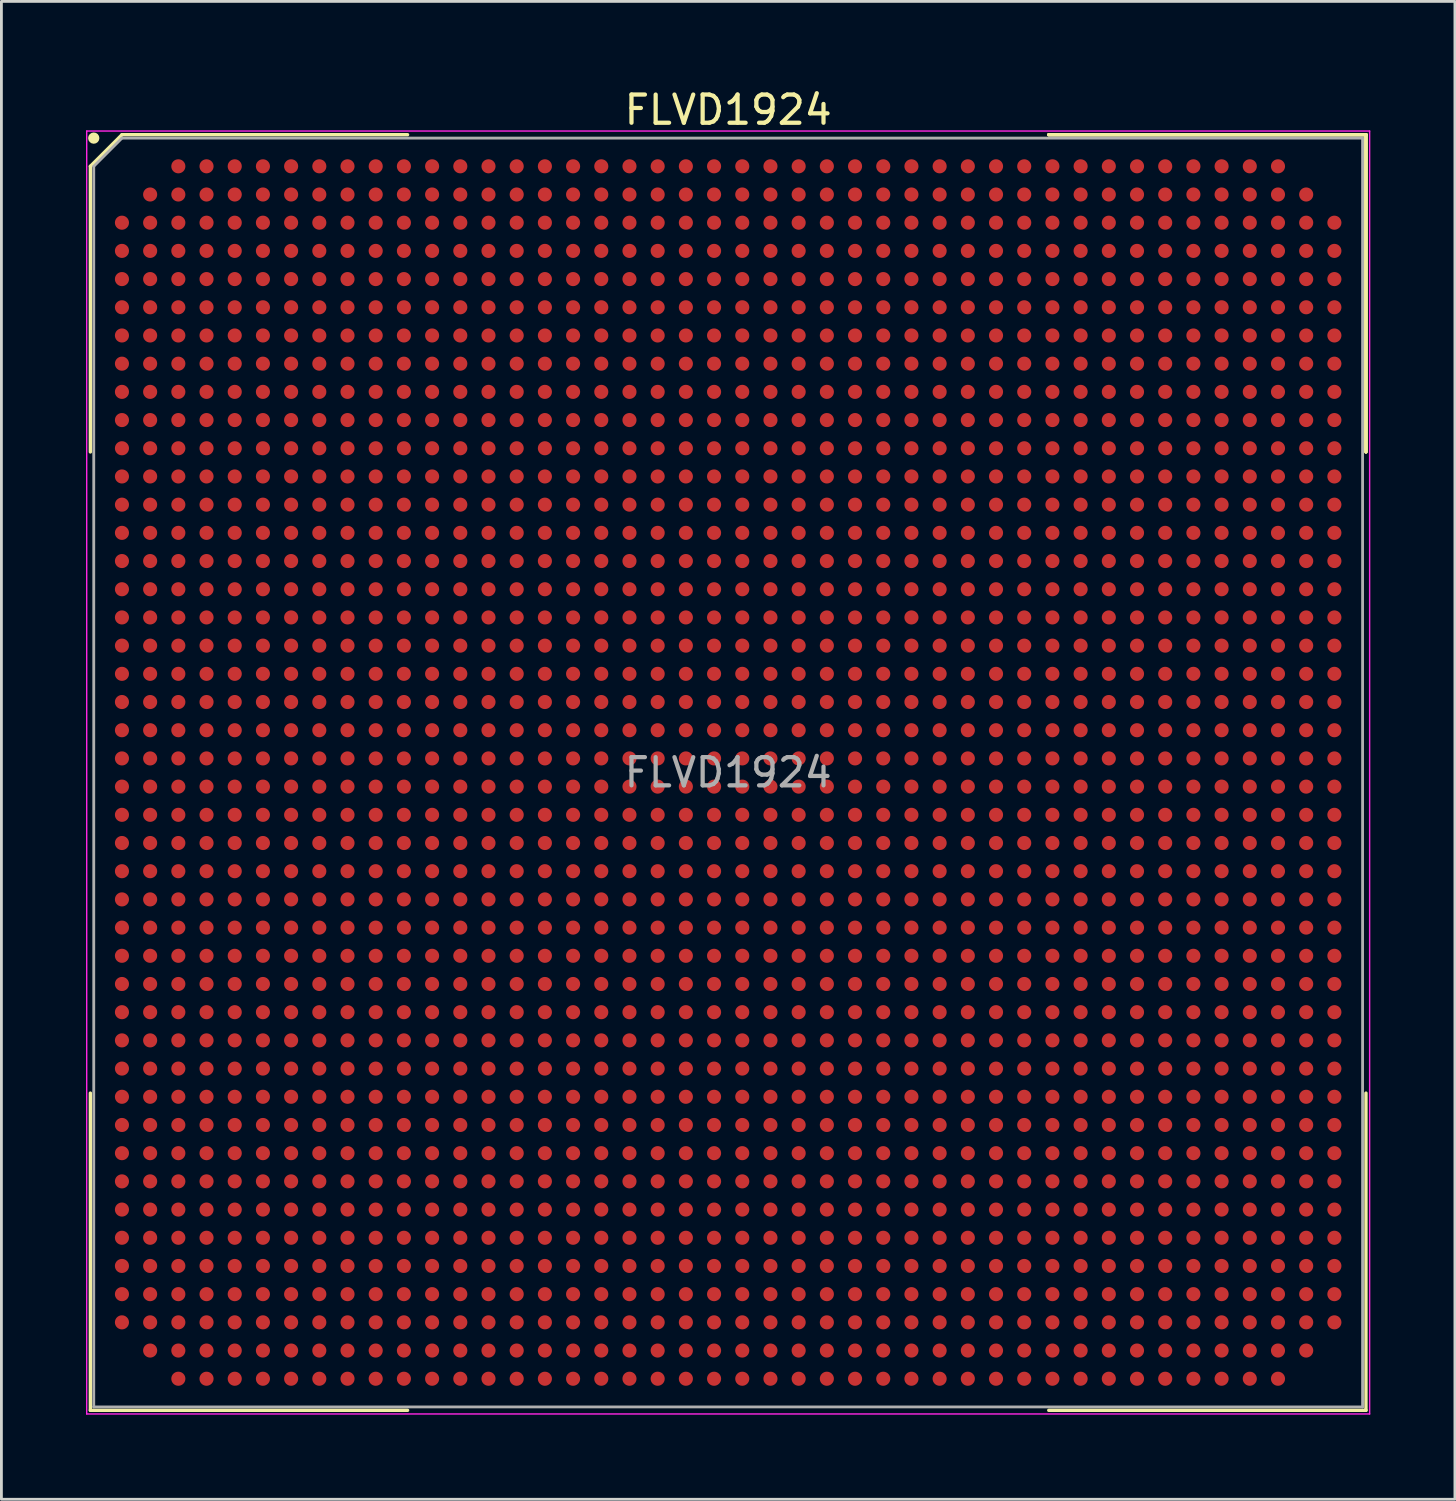
<source format=kicad_pcb>
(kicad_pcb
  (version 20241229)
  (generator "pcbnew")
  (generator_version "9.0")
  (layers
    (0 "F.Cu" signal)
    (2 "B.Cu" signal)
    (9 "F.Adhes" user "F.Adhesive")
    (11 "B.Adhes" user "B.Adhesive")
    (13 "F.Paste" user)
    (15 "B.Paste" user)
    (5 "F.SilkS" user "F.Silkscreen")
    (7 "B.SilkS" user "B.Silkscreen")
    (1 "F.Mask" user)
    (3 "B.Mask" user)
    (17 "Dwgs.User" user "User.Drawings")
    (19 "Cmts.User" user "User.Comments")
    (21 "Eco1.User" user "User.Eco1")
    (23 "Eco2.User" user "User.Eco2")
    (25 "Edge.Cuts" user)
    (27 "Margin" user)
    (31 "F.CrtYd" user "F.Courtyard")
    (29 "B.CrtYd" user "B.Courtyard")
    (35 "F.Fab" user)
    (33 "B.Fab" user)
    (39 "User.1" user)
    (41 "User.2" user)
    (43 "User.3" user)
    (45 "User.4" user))
  (footprint "FLVD1924"
    (layer "F.Cu")
    (at 22.775 24.348)
    (property "Reference" "FLVD1924" (at 0 -23.5 0) (layer "F.SilkS") (effects (font (size 1 1) (thickness 0.15))))
    (attr smd)
    (fp_line (start -22.62 -21.5) (end -22.62 -11.37) (stroke (width 0.12) (type solid)) (layer "F.SilkS"))
    (fp_line (start -22.62 22.62) (end -22.62 11.37) (stroke (width 0.12) (type solid)) (layer "F.SilkS"))
    (fp_line (start -21.5 -22.62) (end -22.62 -21.5) (stroke (width 0.12) (type solid)) (layer "F.SilkS"))
    (fp_line (start -11.37 -22.62) (end -21.5 -22.62) (stroke (width 0.12) (type solid)) (layer "F.SilkS"))
    (fp_line (start -11.37 22.62) (end -22.62 22.62) (stroke (width 0.12) (type solid)) (layer "F.SilkS"))
    (fp_line (start 11.37 -22.62) (end 22.62 -22.62) (stroke (width 0.12) (type solid)) (layer "F.SilkS"))
    (fp_line (start 11.37 -22.62) (end 22.62 -22.62) (stroke (width 0.12) (type solid)) (layer "F.SilkS"))
    (fp_line (start 11.37 -22.62) (end 22.62 -22.62) (stroke (width 0.12) (type solid)) (layer "F.SilkS"))
    (fp_line (start 11.37 22.62) (end 22.62 22.62) (stroke (width 0.12) (type solid)) (layer "F.SilkS"))
    (fp_line (start 22.62 -22.62) (end 22.62 -11.37) (stroke (width 0.12) (type solid)) (layer "F.SilkS"))
    (fp_line (start 22.62 -22.62) (end 22.62 -11.37) (stroke (width 0.12) (type solid)) (layer "F.SilkS"))
    (fp_line (start 22.62 -22.62) (end 22.62 -11.37) (stroke (width 0.12) (type solid)) (layer "F.SilkS"))
    (fp_line (start 22.62 22.62) (end 22.62 11.37) (stroke (width 0.12) (type solid)) (layer "F.SilkS"))
    (fp_circle (center -22.5 -22.5) (end -22.5 -22.4) (stroke (width 0.2) (type solid)) (fill no) (layer "F.SilkS"))
    (fp_line (start -22.75 -22.75) (end 22.75 -22.75) (stroke (width 0.05) (type solid)) (layer "F.CrtYd"))
    (fp_line (start -22.75 22.75) (end -22.75 -22.75) (stroke (width 0.05) (type solid)) (layer "F.CrtYd"))
    (fp_line (start 22.75 -22.75) (end 22.75 22.75) (stroke (width 0.05) (type solid)) (layer "F.CrtYd"))
    (fp_line (start 22.75 22.75) (end -22.75 22.75) (stroke (width 0.05) (type solid)) (layer "F.CrtYd"))
    (fp_line (start -22.5 -21.5) (end -22.5 22.5) (stroke (width 0.1) (type solid)) (layer "F.Fab"))
    (fp_line (start -22.5 22.5) (end 22.5 22.5) (stroke (width 0.1) (type solid)) (layer "F.Fab"))
    (fp_line (start -21.5 -22.5) (end -22.5 -21.5) (stroke (width 0.1) (type solid)) (layer "F.Fab"))
    (fp_line (start 22.5 -22.5) (end -21.5 -22.5) (stroke (width 0.1) (type solid)) (layer "F.Fab"))
    (fp_line (start 22.5 22.5) (end 22.5 -22.5) (stroke (width 0.1) (type solid)) (layer "F.Fab"))
    (fp_text user "${REFERENCE}" (at 0 0 0) (layer "F.Fab") (effects (font (size 1 1) (thickness 0.15))))
    (pad "A3" smd circle (at -19.5 -21.5) (size 0.5 0.5) (layers "F.Cu" "F.Mask" "F.Paste"))
    (pad "A4" smd circle (at -18.5 -21.5) (size 0.5 0.5) (layers "F.Cu" "F.Mask" "F.Paste"))
    (pad "A5" smd circle (at -17.5 -21.5) (size 0.5 0.5) (layers "F.Cu" "F.Mask" "F.Paste"))
    (pad "A6" smd circle (at -16.5 -21.5) (size 0.5 0.5) (layers "F.Cu" "F.Mask" "F.Paste"))
    (pad "A7" smd circle (at -15.5 -21.5) (size 0.5 0.5) (layers "F.Cu" "F.Mask" "F.Paste"))
    (pad "A8" smd circle (at -14.5 -21.5) (size 0.5 0.5) (layers "F.Cu" "F.Mask" "F.Paste"))
    (pad "A9" smd circle (at -13.5 -21.5) (size 0.5 0.5) (layers "F.Cu" "F.Mask" "F.Paste"))
    (pad "A10" smd circle (at -12.5 -21.5) (size 0.5 0.5) (layers "F.Cu" "F.Mask" "F.Paste"))
    (pad "A11" smd circle (at -11.5 -21.5) (size 0.5 0.5) (layers "F.Cu" "F.Mask" "F.Paste"))
    (pad "A12" smd circle (at -10.5 -21.5) (size 0.5 0.5) (layers "F.Cu" "F.Mask" "F.Paste"))
    (pad "A13" smd circle (at -9.5 -21.5) (size 0.5 0.5) (layers "F.Cu" "F.Mask" "F.Paste"))
    (pad "A14" smd circle (at -8.5 -21.5) (size 0.5 0.5) (layers "F.Cu" "F.Mask" "F.Paste"))
    (pad "A15" smd circle (at -7.5 -21.5) (size 0.5 0.5) (layers "F.Cu" "F.Mask" "F.Paste"))
    (pad "A16" smd circle (at -6.5 -21.5) (size 0.5 0.5) (layers "F.Cu" "F.Mask" "F.Paste"))
    (pad "A17" smd circle (at -5.5 -21.5) (size 0.5 0.5) (layers "F.Cu" "F.Mask" "F.Paste"))
    (pad "A18" smd circle (at -4.5 -21.5) (size 0.5 0.5) (layers "F.Cu" "F.Mask" "F.Paste"))
    (pad "A19" smd circle (at -3.5 -21.5) (size 0.5 0.5) (layers "F.Cu" "F.Mask" "F.Paste"))
    (pad "A20" smd circle (at -2.5 -21.5) (size 0.5 0.5) (layers "F.Cu" "F.Mask" "F.Paste"))
    (pad "A21" smd circle (at -1.5 -21.5) (size 0.5 0.5) (layers "F.Cu" "F.Mask" "F.Paste"))
    (pad "A22" smd circle (at -0.5 -21.5) (size 0.5 0.5) (layers "F.Cu" "F.Mask" "F.Paste"))
    (pad "A23" smd circle (at 0.5 -21.5) (size 0.5 0.5) (layers "F.Cu" "F.Mask" "F.Paste"))
    (pad "A24" smd circle (at 1.5 -21.5) (size 0.5 0.5) (layers "F.Cu" "F.Mask" "F.Paste"))
    (pad "A25" smd circle (at 2.5 -21.5) (size 0.5 0.5) (layers "F.Cu" "F.Mask" "F.Paste"))
    (pad "A26" smd circle (at 3.5 -21.5) (size 0.5 0.5) (layers "F.Cu" "F.Mask" "F.Paste"))
    (pad "A27" smd circle (at 4.5 -21.5) (size 0.5 0.5) (layers "F.Cu" "F.Mask" "F.Paste"))
    (pad "A28" smd circle (at 5.5 -21.5) (size 0.5 0.5) (layers "F.Cu" "F.Mask" "F.Paste"))
    (pad "A29" smd circle (at 6.5 -21.5) (size 0.5 0.5) (layers "F.Cu" "F.Mask" "F.Paste"))
    (pad "A30" smd circle (at 7.5 -21.5) (size 0.5 0.5) (layers "F.Cu" "F.Mask" "F.Paste"))
    (pad "A31" smd circle (at 8.5 -21.5) (size 0.5 0.5) (layers "F.Cu" "F.Mask" "F.Paste"))
    (pad "A32" smd circle (at 9.5 -21.5) (size 0.5 0.5) (layers "F.Cu" "F.Mask" "F.Paste"))
    (pad "A33" smd circle (at 10.5 -21.5) (size 0.5 0.5) (layers "F.Cu" "F.Mask" "F.Paste"))
    (pad "A34" smd circle (at 11.5 -21.5) (size 0.5 0.5) (layers "F.Cu" "F.Mask" "F.Paste"))
    (pad "A35" smd circle (at 12.5 -21.5) (size 0.5 0.5) (layers "F.Cu" "F.Mask" "F.Paste"))
    (pad "A36" smd circle (at 13.5 -21.5) (size 0.5 0.5) (layers "F.Cu" "F.Mask" "F.Paste"))
    (pad "A37" smd circle (at 14.5 -21.5) (size 0.5 0.5) (layers "F.Cu" "F.Mask" "F.Paste"))
    (pad "A38" smd circle (at 15.5 -21.5) (size 0.5 0.5) (layers "F.Cu" "F.Mask" "F.Paste"))
    (pad "A39" smd circle (at 16.5 -21.5) (size 0.5 0.5) (layers "F.Cu" "F.Mask" "F.Paste"))
    (pad "A40" smd circle (at 17.5 -21.5) (size 0.5 0.5) (layers "F.Cu" "F.Mask" "F.Paste"))
    (pad "A41" smd circle (at 18.5 -21.5) (size 0.5 0.5) (layers "F.Cu" "F.Mask" "F.Paste"))
    (pad "A42" smd circle (at 19.5 -21.5) (size 0.5 0.5) (layers "F.Cu" "F.Mask" "F.Paste"))
    (pad "AA1" smd circle (at -21.5 -1.5) (size 0.5 0.5) (layers "F.Cu" "F.Mask" "F.Paste"))
    (pad "AA2" smd circle (at -20.5 -1.5) (size 0.5 0.5) (layers "F.Cu" "F.Mask" "F.Paste"))
    (pad "AA3" smd circle (at -19.5 -1.5) (size 0.5 0.5) (layers "F.Cu" "F.Mask" "F.Paste"))
    (pad "AA4" smd circle (at -18.5 -1.5) (size 0.5 0.5) (layers "F.Cu" "F.Mask" "F.Paste"))
    (pad "AA5" smd circle (at -17.5 -1.5) (size 0.5 0.5) (layers "F.Cu" "F.Mask" "F.Paste"))
    (pad "AA6" smd circle (at -16.5 -1.5) (size 0.5 0.5) (layers "F.Cu" "F.Mask" "F.Paste"))
    (pad "AA7" smd circle (at -15.5 -1.5) (size 0.5 0.5) (layers "F.Cu" "F.Mask" "F.Paste"))
    (pad "AA8" smd circle (at -14.5 -1.5) (size 0.5 0.5) (layers "F.Cu" "F.Mask" "F.Paste"))
    (pad "AA9" smd circle (at -13.5 -1.5) (size 0.5 0.5) (layers "F.Cu" "F.Mask" "F.Paste"))
    (pad "AA10" smd circle (at -12.5 -1.5) (size 0.5 0.5) (layers "F.Cu" "F.Mask" "F.Paste"))
    (pad "AA11" smd circle (at -11.5 -1.5) (size 0.5 0.5) (layers "F.Cu" "F.Mask" "F.Paste"))
    (pad "AA12" smd circle (at -10.5 -1.5) (size 0.5 0.5) (layers "F.Cu" "F.Mask" "F.Paste"))
    (pad "AA13" smd circle (at -9.5 -1.5) (size 0.5 0.5) (layers "F.Cu" "F.Mask" "F.Paste"))
    (pad "AA14" smd circle (at -8.5 -1.5) (size 0.5 0.5) (layers "F.Cu" "F.Mask" "F.Paste"))
    (pad "AA15" smd circle (at -7.5 -1.5) (size 0.5 0.5) (layers "F.Cu" "F.Mask" "F.Paste"))
    (pad "AA16" smd circle (at -6.5 -1.5) (size 0.5 0.5) (layers "F.Cu" "F.Mask" "F.Paste"))
    (pad "AA17" smd circle (at -5.5 -1.5) (size 0.5 0.5) (layers "F.Cu" "F.Mask" "F.Paste"))
    (pad "AA18" smd circle (at -4.5 -1.5) (size 0.5 0.5) (layers "F.Cu" "F.Mask" "F.Paste"))
    (pad "AA19" smd circle (at -3.5 -1.5) (size 0.5 0.5) (layers "F.Cu" "F.Mask" "F.Paste"))
    (pad "AA20" smd circle (at -2.5 -1.5) (size 0.5 0.5) (layers "F.Cu" "F.Mask" "F.Paste"))
    (pad "AA21" smd circle (at -1.5 -1.5) (size 0.5 0.5) (layers "F.Cu" "F.Mask" "F.Paste"))
    (pad "AA22" smd circle (at -0.5 -1.5) (size 0.5 0.5) (layers "F.Cu" "F.Mask" "F.Paste"))
    (pad "AA23" smd circle (at 0.5 -1.5) (size 0.5 0.5) (layers "F.Cu" "F.Mask" "F.Paste"))
    (pad "AA24" smd circle (at 1.5 -1.5) (size 0.5 0.5) (layers "F.Cu" "F.Mask" "F.Paste"))
    (pad "AA25" smd circle (at 2.5 -1.5) (size 0.5 0.5) (layers "F.Cu" "F.Mask" "F.Paste"))
    (pad "AA26" smd circle (at 3.5 -1.5) (size 0.5 0.5) (layers "F.Cu" "F.Mask" "F.Paste"))
    (pad "AA27" smd circle (at 4.5 -1.5) (size 0.5 0.5) (layers "F.Cu" "F.Mask" "F.Paste"))
    (pad "AA28" smd circle (at 5.5 -1.5) (size 0.5 0.5) (layers "F.Cu" "F.Mask" "F.Paste"))
    (pad "AA29" smd circle (at 6.5 -1.5) (size 0.5 0.5) (layers "F.Cu" "F.Mask" "F.Paste"))
    (pad "AA30" smd circle (at 7.5 -1.5) (size 0.5 0.5) (layers "F.Cu" "F.Mask" "F.Paste"))
    (pad "AA31" smd circle (at 8.5 -1.5) (size 0.5 0.5) (layers "F.Cu" "F.Mask" "F.Paste"))
    (pad "AA32" smd circle (at 9.5 -1.5) (size 0.5 0.5) (layers "F.Cu" "F.Mask" "F.Paste"))
    (pad "AA33" smd circle (at 10.5 -1.5) (size 0.5 0.5) (layers "F.Cu" "F.Mask" "F.Paste"))
    (pad "AA34" smd circle (at 11.5 -1.5) (size 0.5 0.5) (layers "F.Cu" "F.Mask" "F.Paste"))
    (pad "AA35" smd circle (at 12.5 -1.5) (size 0.5 0.5) (layers "F.Cu" "F.Mask" "F.Paste"))
    (pad "AA36" smd circle (at 13.5 -1.5) (size 0.5 0.5) (layers "F.Cu" "F.Mask" "F.Paste"))
    (pad "AA37" smd circle (at 14.5 -1.5) (size 0.5 0.5) (layers "F.Cu" "F.Mask" "F.Paste"))
    (pad "AA38" smd circle (at 15.5 -1.5) (size 0.5 0.5) (layers "F.Cu" "F.Mask" "F.Paste"))
    (pad "AA39" smd circle (at 16.5 -1.5) (size 0.5 0.5) (layers "F.Cu" "F.Mask" "F.Paste"))
    (pad "AA40" smd circle (at 17.5 -1.5) (size 0.5 0.5) (layers "F.Cu" "F.Mask" "F.Paste"))
    (pad "AA41" smd circle (at 18.5 -1.5) (size 0.5 0.5) (layers "F.Cu" "F.Mask" "F.Paste"))
    (pad "AA42" smd circle (at 19.5 -1.5) (size 0.5 0.5) (layers "F.Cu" "F.Mask" "F.Paste"))
    (pad "AA43" smd circle (at 20.5 -1.5) (size 0.5 0.5) (layers "F.Cu" "F.Mask" "F.Paste"))
    (pad "AA44" smd circle (at 21.5 -1.5) (size 0.5 0.5) (layers "F.Cu" "F.Mask" "F.Paste"))
    (pad "AB1" smd circle (at -21.5 -0.5) (size 0.5 0.5) (layers "F.Cu" "F.Mask" "F.Paste"))
    (pad "AB2" smd circle (at -20.5 -0.5) (size 0.5 0.5) (layers "F.Cu" "F.Mask" "F.Paste"))
    (pad "AB3" smd circle (at -19.5 -0.5) (size 0.5 0.5) (layers "F.Cu" "F.Mask" "F.Paste"))
    (pad "AB4" smd circle (at -18.5 -0.5) (size 0.5 0.5) (layers "F.Cu" "F.Mask" "F.Paste"))
    (pad "AB5" smd circle (at -17.5 -0.5) (size 0.5 0.5) (layers "F.Cu" "F.Mask" "F.Paste"))
    (pad "AB6" smd circle (at -16.5 -0.5) (size 0.5 0.5) (layers "F.Cu" "F.Mask" "F.Paste"))
    (pad "AB7" smd circle (at -15.5 -0.5) (size 0.5 0.5) (layers "F.Cu" "F.Mask" "F.Paste"))
    (pad "AB8" smd circle (at -14.5 -0.5) (size 0.5 0.5) (layers "F.Cu" "F.Mask" "F.Paste"))
    (pad "AB9" smd circle (at -13.5 -0.5) (size 0.5 0.5) (layers "F.Cu" "F.Mask" "F.Paste"))
    (pad "AB10" smd circle (at -12.5 -0.5) (size 0.5 0.5) (layers "F.Cu" "F.Mask" "F.Paste"))
    (pad "AB11" smd circle (at -11.5 -0.5) (size 0.5 0.5) (layers "F.Cu" "F.Mask" "F.Paste"))
    (pad "AB12" smd circle (at -10.5 -0.5) (size 0.5 0.5) (layers "F.Cu" "F.Mask" "F.Paste"))
    (pad "AB13" smd circle (at -9.5 -0.5) (size 0.5 0.5) (layers "F.Cu" "F.Mask" "F.Paste"))
    (pad "AB14" smd circle (at -8.5 -0.5) (size 0.5 0.5) (layers "F.Cu" "F.Mask" "F.Paste"))
    (pad "AB15" smd circle (at -7.5 -0.5) (size 0.5 0.5) (layers "F.Cu" "F.Mask" "F.Paste"))
    (pad "AB16" smd circle (at -6.5 -0.5) (size 0.5 0.5) (layers "F.Cu" "F.Mask" "F.Paste"))
    (pad "AB17" smd circle (at -5.5 -0.5) (size 0.5 0.5) (layers "F.Cu" "F.Mask" "F.Paste"))
    (pad "AB18" smd circle (at -4.5 -0.5) (size 0.5 0.5) (layers "F.Cu" "F.Mask" "F.Paste"))
    (pad "AB19" smd circle (at -3.5 -0.5) (size 0.5 0.5) (layers "F.Cu" "F.Mask" "F.Paste"))
    (pad "AB20" smd circle (at -2.5 -0.5) (size 0.5 0.5) (layers "F.Cu" "F.Mask" "F.Paste"))
    (pad "AB21" smd circle (at -1.5 -0.5) (size 0.5 0.5) (layers "F.Cu" "F.Mask" "F.Paste"))
    (pad "AB22" smd circle (at -0.5 -0.5) (size 0.5 0.5) (layers "F.Cu" "F.Mask" "F.Paste"))
    (pad "AB23" smd circle (at 0.5 -0.5) (size 0.5 0.5) (layers "F.Cu" "F.Mask" "F.Paste"))
    (pad "AB24" smd circle (at 1.5 -0.5) (size 0.5 0.5) (layers "F.Cu" "F.Mask" "F.Paste"))
    (pad "AB25" smd circle (at 2.5 -0.5) (size 0.5 0.5) (layers "F.Cu" "F.Mask" "F.Paste"))
    (pad "AB26" smd circle (at 3.5 -0.5) (size 0.5 0.5) (layers "F.Cu" "F.Mask" "F.Paste"))
    (pad "AB27" smd circle (at 4.5 -0.5) (size 0.5 0.5) (layers "F.Cu" "F.Mask" "F.Paste"))
    (pad "AB28" smd circle (at 5.5 -0.5) (size 0.5 0.5) (layers "F.Cu" "F.Mask" "F.Paste"))
    (pad "AB29" smd circle (at 6.5 -0.5) (size 0.5 0.5) (layers "F.Cu" "F.Mask" "F.Paste"))
    (pad "AB30" smd circle (at 7.5 -0.5) (size 0.5 0.5) (layers "F.Cu" "F.Mask" "F.Paste"))
    (pad "AB31" smd circle (at 8.5 -0.5) (size 0.5 0.5) (layers "F.Cu" "F.Mask" "F.Paste"))
    (pad "AB32" smd circle (at 9.5 -0.5) (size 0.5 0.5) (layers "F.Cu" "F.Mask" "F.Paste"))
    (pad "AB33" smd circle (at 10.5 -0.5) (size 0.5 0.5) (layers "F.Cu" "F.Mask" "F.Paste"))
    (pad "AB34" smd circle (at 11.5 -0.5) (size 0.5 0.5) (layers "F.Cu" "F.Mask" "F.Paste"))
    (pad "AB35" smd circle (at 12.5 -0.5) (size 0.5 0.5) (layers "F.Cu" "F.Mask" "F.Paste"))
    (pad "AB36" smd circle (at 13.5 -0.5) (size 0.5 0.5) (layers "F.Cu" "F.Mask" "F.Paste"))
    (pad "AB37" smd circle (at 14.5 -0.5) (size 0.5 0.5) (layers "F.Cu" "F.Mask" "F.Paste"))
    (pad "AB38" smd circle (at 15.5 -0.5) (size 0.5 0.5) (layers "F.Cu" "F.Mask" "F.Paste"))
    (pad "AB39" smd circle (at 16.5 -0.5) (size 0.5 0.5) (layers "F.Cu" "F.Mask" "F.Paste"))
    (pad "AB40" smd circle (at 17.5 -0.5) (size 0.5 0.5) (layers "F.Cu" "F.Mask" "F.Paste"))
    (pad "AB41" smd circle (at 18.5 -0.5) (size 0.5 0.5) (layers "F.Cu" "F.Mask" "F.Paste"))
    (pad "AB42" smd circle (at 19.5 -0.5) (size 0.5 0.5) (layers "F.Cu" "F.Mask" "F.Paste"))
    (pad "AB43" smd circle (at 20.5 -0.5) (size 0.5 0.5) (layers "F.Cu" "F.Mask" "F.Paste"))
    (pad "AB44" smd circle (at 21.5 -0.5) (size 0.5 0.5) (layers "F.Cu" "F.Mask" "F.Paste"))
    (pad "AC1" smd circle (at -21.5 0.5) (size 0.5 0.5) (layers "F.Cu" "F.Mask" "F.Paste"))
    (pad "AC2" smd circle (at -20.5 0.5) (size 0.5 0.5) (layers "F.Cu" "F.Mask" "F.Paste"))
    (pad "AC3" smd circle (at -19.5 0.5) (size 0.5 0.5) (layers "F.Cu" "F.Mask" "F.Paste"))
    (pad "AC4" smd circle (at -18.5 0.5) (size 0.5 0.5) (layers "F.Cu" "F.Mask" "F.Paste"))
    (pad "AC5" smd circle (at -17.5 0.5) (size 0.5 0.5) (layers "F.Cu" "F.Mask" "F.Paste"))
    (pad "AC6" smd circle (at -16.5 0.5) (size 0.5 0.5) (layers "F.Cu" "F.Mask" "F.Paste"))
    (pad "AC7" smd circle (at -15.5 0.5) (size 0.5 0.5) (layers "F.Cu" "F.Mask" "F.Paste"))
    (pad "AC8" smd circle (at -14.5 0.5) (size 0.5 0.5) (layers "F.Cu" "F.Mask" "F.Paste"))
    (pad "AC9" smd circle (at -13.5 0.5) (size 0.5 0.5) (layers "F.Cu" "F.Mask" "F.Paste"))
    (pad "AC10" smd circle (at -12.5 0.5) (size 0.5 0.5) (layers "F.Cu" "F.Mask" "F.Paste"))
    (pad "AC11" smd circle (at -11.5 0.5) (size 0.5 0.5) (layers "F.Cu" "F.Mask" "F.Paste"))
    (pad "AC12" smd circle (at -10.5 0.5) (size 0.5 0.5) (layers "F.Cu" "F.Mask" "F.Paste"))
    (pad "AC13" smd circle (at -9.5 0.5) (size 0.5 0.5) (layers "F.Cu" "F.Mask" "F.Paste"))
    (pad "AC14" smd circle (at -8.5 0.5) (size 0.5 0.5) (layers "F.Cu" "F.Mask" "F.Paste"))
    (pad "AC15" smd circle (at -7.5 0.5) (size 0.5 0.5) (layers "F.Cu" "F.Mask" "F.Paste"))
    (pad "AC16" smd circle (at -6.5 0.5) (size 0.5 0.5) (layers "F.Cu" "F.Mask" "F.Paste"))
    (pad "AC17" smd circle (at -5.5 0.5) (size 0.5 0.5) (layers "F.Cu" "F.Mask" "F.Paste"))
    (pad "AC18" smd circle (at -4.5 0.5) (size 0.5 0.5) (layers "F.Cu" "F.Mask" "F.Paste"))
    (pad "AC19" smd circle (at -3.5 0.5) (size 0.5 0.5) (layers "F.Cu" "F.Mask" "F.Paste"))
    (pad "AC20" smd circle (at -2.5 0.5) (size 0.5 0.5) (layers "F.Cu" "F.Mask" "F.Paste"))
    (pad "AC21" smd circle (at -1.5 0.5) (size 0.5 0.5) (layers "F.Cu" "F.Mask" "F.Paste"))
    (pad "AC22" smd circle (at -0.5 0.5) (size 0.5 0.5) (layers "F.Cu" "F.Mask" "F.Paste"))
    (pad "AC23" smd circle (at 0.5 0.5) (size 0.5 0.5) (layers "F.Cu" "F.Mask" "F.Paste"))
    (pad "AC24" smd circle (at 1.5 0.5) (size 0.5 0.5) (layers "F.Cu" "F.Mask" "F.Paste"))
    (pad "AC25" smd circle (at 2.5 0.5) (size 0.5 0.5) (layers "F.Cu" "F.Mask" "F.Paste"))
    (pad "AC26" smd circle (at 3.5 0.5) (size 0.5 0.5) (layers "F.Cu" "F.Mask" "F.Paste"))
    (pad "AC27" smd circle (at 4.5 0.5) (size 0.5 0.5) (layers "F.Cu" "F.Mask" "F.Paste"))
    (pad "AC28" smd circle (at 5.5 0.5) (size 0.5 0.5) (layers "F.Cu" "F.Mask" "F.Paste"))
    (pad "AC29" smd circle (at 6.5 0.5) (size 0.5 0.5) (layers "F.Cu" "F.Mask" "F.Paste"))
    (pad "AC30" smd circle (at 7.5 0.5) (size 0.5 0.5) (layers "F.Cu" "F.Mask" "F.Paste"))
    (pad "AC31" smd circle (at 8.5 0.5) (size 0.5 0.5) (layers "F.Cu" "F.Mask" "F.Paste"))
    (pad "AC32" smd circle (at 9.5 0.5) (size 0.5 0.5) (layers "F.Cu" "F.Mask" "F.Paste"))
    (pad "AC33" smd circle (at 10.5 0.5) (size 0.5 0.5) (layers "F.Cu" "F.Mask" "F.Paste"))
    (pad "AC34" smd circle (at 11.5 0.5) (size 0.5 0.5) (layers "F.Cu" "F.Mask" "F.Paste"))
    (pad "AC35" smd circle (at 12.5 0.5) (size 0.5 0.5) (layers "F.Cu" "F.Mask" "F.Paste"))
    (pad "AC36" smd circle (at 13.5 0.5) (size 0.5 0.5) (layers "F.Cu" "F.Mask" "F.Paste"))
    (pad "AC37" smd circle (at 14.5 0.5) (size 0.5 0.5) (layers "F.Cu" "F.Mask" "F.Paste"))
    (pad "AC38" smd circle (at 15.5 0.5) (size 0.5 0.5) (layers "F.Cu" "F.Mask" "F.Paste"))
    (pad "AC39" smd circle (at 16.5 0.5) (size 0.5 0.5) (layers "F.Cu" "F.Mask" "F.Paste"))
    (pad "AC40" smd circle (at 17.5 0.5) (size 0.5 0.5) (layers "F.Cu" "F.Mask" "F.Paste"))
    (pad "AC41" smd circle (at 18.5 0.5) (size 0.5 0.5) (layers "F.Cu" "F.Mask" "F.Paste"))
    (pad "AC42" smd circle (at 19.5 0.5) (size 0.5 0.5) (layers "F.Cu" "F.Mask" "F.Paste"))
    (pad "AC43" smd circle (at 20.5 0.5) (size 0.5 0.5) (layers "F.Cu" "F.Mask" "F.Paste"))
    (pad "AC44" smd circle (at 21.5 0.5) (size 0.5 0.5) (layers "F.Cu" "F.Mask" "F.Paste"))
    (pad "AD1" smd circle (at -21.5 1.5) (size 0.5 0.5) (layers "F.Cu" "F.Mask" "F.Paste"))
    (pad "AD2" smd circle (at -20.5 1.5) (size 0.5 0.5) (layers "F.Cu" "F.Mask" "F.Paste"))
    (pad "AD3" smd circle (at -19.5 1.5) (size 0.5 0.5) (layers "F.Cu" "F.Mask" "F.Paste"))
    (pad "AD4" smd circle (at -18.5 1.5) (size 0.5 0.5) (layers "F.Cu" "F.Mask" "F.Paste"))
    (pad "AD5" smd circle (at -17.5 1.5) (size 0.5 0.5) (layers "F.Cu" "F.Mask" "F.Paste"))
    (pad "AD6" smd circle (at -16.5 1.5) (size 0.5 0.5) (layers "F.Cu" "F.Mask" "F.Paste"))
    (pad "AD7" smd circle (at -15.5 1.5) (size 0.5 0.5) (layers "F.Cu" "F.Mask" "F.Paste"))
    (pad "AD8" smd circle (at -14.5 1.5) (size 0.5 0.5) (layers "F.Cu" "F.Mask" "F.Paste"))
    (pad "AD9" smd circle (at -13.5 1.5) (size 0.5 0.5) (layers "F.Cu" "F.Mask" "F.Paste"))
    (pad "AD10" smd circle (at -12.5 1.5) (size 0.5 0.5) (layers "F.Cu" "F.Mask" "F.Paste"))
    (pad "AD11" smd circle (at -11.5 1.5) (size 0.5 0.5) (layers "F.Cu" "F.Mask" "F.Paste"))
    (pad "AD12" smd circle (at -10.5 1.5) (size 0.5 0.5) (layers "F.Cu" "F.Mask" "F.Paste"))
    (pad "AD13" smd circle (at -9.5 1.5) (size 0.5 0.5) (layers "F.Cu" "F.Mask" "F.Paste"))
    (pad "AD14" smd circle (at -8.5 1.5) (size 0.5 0.5) (layers "F.Cu" "F.Mask" "F.Paste"))
    (pad "AD15" smd circle (at -7.5 1.5) (size 0.5 0.5) (layers "F.Cu" "F.Mask" "F.Paste"))
    (pad "AD16" smd circle (at -6.5 1.5) (size 0.5 0.5) (layers "F.Cu" "F.Mask" "F.Paste"))
    (pad "AD17" smd circle (at -5.5 1.5) (size 0.5 0.5) (layers "F.Cu" "F.Mask" "F.Paste"))
    (pad "AD18" smd circle (at -4.5 1.5) (size 0.5 0.5) (layers "F.Cu" "F.Mask" "F.Paste"))
    (pad "AD19" smd circle (at -3.5 1.5) (size 0.5 0.5) (layers "F.Cu" "F.Mask" "F.Paste"))
    (pad "AD20" smd circle (at -2.5 1.5) (size 0.5 0.5) (layers "F.Cu" "F.Mask" "F.Paste"))
    (pad "AD21" smd circle (at -1.5 1.5) (size 0.5 0.5) (layers "F.Cu" "F.Mask" "F.Paste"))
    (pad "AD22" smd circle (at -0.5 1.5) (size 0.5 0.5) (layers "F.Cu" "F.Mask" "F.Paste"))
    (pad "AD23" smd circle (at 0.5 1.5) (size 0.5 0.5) (layers "F.Cu" "F.Mask" "F.Paste"))
    (pad "AD24" smd circle (at 1.5 1.5) (size 0.5 0.5) (layers "F.Cu" "F.Mask" "F.Paste"))
    (pad "AD25" smd circle (at 2.5 1.5) (size 0.5 0.5) (layers "F.Cu" "F.Mask" "F.Paste"))
    (pad "AD26" smd circle (at 3.5 1.5) (size 0.5 0.5) (layers "F.Cu" "F.Mask" "F.Paste"))
    (pad "AD27" smd circle (at 4.5 1.5) (size 0.5 0.5) (layers "F.Cu" "F.Mask" "F.Paste"))
    (pad "AD28" smd circle (at 5.5 1.5) (size 0.5 0.5) (layers "F.Cu" "F.Mask" "F.Paste"))
    (pad "AD29" smd circle (at 6.5 1.5) (size 0.5 0.5) (layers "F.Cu" "F.Mask" "F.Paste"))
    (pad "AD30" smd circle (at 7.5 1.5) (size 0.5 0.5) (layers "F.Cu" "F.Mask" "F.Paste"))
    (pad "AD31" smd circle (at 8.5 1.5) (size 0.5 0.5) (layers "F.Cu" "F.Mask" "F.Paste"))
    (pad "AD32" smd circle (at 9.5 1.5) (size 0.5 0.5) (layers "F.Cu" "F.Mask" "F.Paste"))
    (pad "AD33" smd circle (at 10.5 1.5) (size 0.5 0.5) (layers "F.Cu" "F.Mask" "F.Paste"))
    (pad "AD34" smd circle (at 11.5 1.5) (size 0.5 0.5) (layers "F.Cu" "F.Mask" "F.Paste"))
    (pad "AD35" smd circle (at 12.5 1.5) (size 0.5 0.5) (layers "F.Cu" "F.Mask" "F.Paste"))
    (pad "AD36" smd circle (at 13.5 1.5) (size 0.5 0.5) (layers "F.Cu" "F.Mask" "F.Paste"))
    (pad "AD37" smd circle (at 14.5 1.5) (size 0.5 0.5) (layers "F.Cu" "F.Mask" "F.Paste"))
    (pad "AD38" smd circle (at 15.5 1.5) (size 0.5 0.5) (layers "F.Cu" "F.Mask" "F.Paste"))
    (pad "AD39" smd circle (at 16.5 1.5) (size 0.5 0.5) (layers "F.Cu" "F.Mask" "F.Paste"))
    (pad "AD40" smd circle (at 17.5 1.5) (size 0.5 0.5) (layers "F.Cu" "F.Mask" "F.Paste"))
    (pad "AD41" smd circle (at 18.5 1.5) (size 0.5 0.5) (layers "F.Cu" "F.Mask" "F.Paste"))
    (pad "AD42" smd circle (at 19.5 1.5) (size 0.5 0.5) (layers "F.Cu" "F.Mask" "F.Paste"))
    (pad "AD43" smd circle (at 20.5 1.5) (size 0.5 0.5) (layers "F.Cu" "F.Mask" "F.Paste"))
    (pad "AD44" smd circle (at 21.5 1.5) (size 0.5 0.5) (layers "F.Cu" "F.Mask" "F.Paste"))
    (pad "AE1" smd circle (at -21.5 2.5) (size 0.5 0.5) (layers "F.Cu" "F.Mask" "F.Paste"))
    (pad "AE2" smd circle (at -20.5 2.5) (size 0.5 0.5) (layers "F.Cu" "F.Mask" "F.Paste"))
    (pad "AE3" smd circle (at -19.5 2.5) (size 0.5 0.5) (layers "F.Cu" "F.Mask" "F.Paste"))
    (pad "AE4" smd circle (at -18.5 2.5) (size 0.5 0.5) (layers "F.Cu" "F.Mask" "F.Paste"))
    (pad "AE5" smd circle (at -17.5 2.5) (size 0.5 0.5) (layers "F.Cu" "F.Mask" "F.Paste"))
    (pad "AE6" smd circle (at -16.5 2.5) (size 0.5 0.5) (layers "F.Cu" "F.Mask" "F.Paste"))
    (pad "AE7" smd circle (at -15.5 2.5) (size 0.5 0.5) (layers "F.Cu" "F.Mask" "F.Paste"))
    (pad "AE8" smd circle (at -14.5 2.5) (size 0.5 0.5) (layers "F.Cu" "F.Mask" "F.Paste"))
    (pad "AE9" smd circle (at -13.5 2.5) (size 0.5 0.5) (layers "F.Cu" "F.Mask" "F.Paste"))
    (pad "AE10" smd circle (at -12.5 2.5) (size 0.5 0.5) (layers "F.Cu" "F.Mask" "F.Paste"))
    (pad "AE11" smd circle (at -11.5 2.5) (size 0.5 0.5) (layers "F.Cu" "F.Mask" "F.Paste"))
    (pad "AE12" smd circle (at -10.5 2.5) (size 0.5 0.5) (layers "F.Cu" "F.Mask" "F.Paste"))
    (pad "AE13" smd circle (at -9.5 2.5) (size 0.5 0.5) (layers "F.Cu" "F.Mask" "F.Paste"))
    (pad "AE14" smd circle (at -8.5 2.5) (size 0.5 0.5) (layers "F.Cu" "F.Mask" "F.Paste"))
    (pad "AE15" smd circle (at -7.5 2.5) (size 0.5 0.5) (layers "F.Cu" "F.Mask" "F.Paste"))
    (pad "AE16" smd circle (at -6.5 2.5) (size 0.5 0.5) (layers "F.Cu" "F.Mask" "F.Paste"))
    (pad "AE17" smd circle (at -5.5 2.5) (size 0.5 0.5) (layers "F.Cu" "F.Mask" "F.Paste"))
    (pad "AE18" smd circle (at -4.5 2.5) (size 0.5 0.5) (layers "F.Cu" "F.Mask" "F.Paste"))
    (pad "AE19" smd circle (at -3.5 2.5) (size 0.5 0.5) (layers "F.Cu" "F.Mask" "F.Paste"))
    (pad "AE20" smd circle (at -2.5 2.5) (size 0.5 0.5) (layers "F.Cu" "F.Mask" "F.Paste"))
    (pad "AE21" smd circle (at -1.5 2.5) (size 0.5 0.5) (layers "F.Cu" "F.Mask" "F.Paste"))
    (pad "AE22" smd circle (at -0.5 2.5) (size 0.5 0.5) (layers "F.Cu" "F.Mask" "F.Paste"))
    (pad "AE23" smd circle (at 0.5 2.5) (size 0.5 0.5) (layers "F.Cu" "F.Mask" "F.Paste"))
    (pad "AE24" smd circle (at 1.5 2.5) (size 0.5 0.5) (layers "F.Cu" "F.Mask" "F.Paste"))
    (pad "AE25" smd circle (at 2.5 2.5) (size 0.5 0.5) (layers "F.Cu" "F.Mask" "F.Paste"))
    (pad "AE26" smd circle (at 3.5 2.5) (size 0.5 0.5) (layers "F.Cu" "F.Mask" "F.Paste"))
    (pad "AE27" smd circle (at 4.5 2.5) (size 0.5 0.5) (layers "F.Cu" "F.Mask" "F.Paste"))
    (pad "AE28" smd circle (at 5.5 2.5) (size 0.5 0.5) (layers "F.Cu" "F.Mask" "F.Paste"))
    (pad "AE29" smd circle (at 6.5 2.5) (size 0.5 0.5) (layers "F.Cu" "F.Mask" "F.Paste"))
    (pad "AE30" smd circle (at 7.5 2.5) (size 0.5 0.5) (layers "F.Cu" "F.Mask" "F.Paste"))
    (pad "AE31" smd circle (at 8.5 2.5) (size 0.5 0.5) (layers "F.Cu" "F.Mask" "F.Paste"))
    (pad "AE32" smd circle (at 9.5 2.5) (size 0.5 0.5) (layers "F.Cu" "F.Mask" "F.Paste"))
    (pad "AE33" smd circle (at 10.5 2.5) (size 0.5 0.5) (layers "F.Cu" "F.Mask" "F.Paste"))
    (pad "AE34" smd circle (at 11.5 2.5) (size 0.5 0.5) (layers "F.Cu" "F.Mask" "F.Paste"))
    (pad "AE35" smd circle (at 12.5 2.5) (size 0.5 0.5) (layers "F.Cu" "F.Mask" "F.Paste"))
    (pad "AE36" smd circle (at 13.5 2.5) (size 0.5 0.5) (layers "F.Cu" "F.Mask" "F.Paste"))
    (pad "AE37" smd circle (at 14.5 2.5) (size 0.5 0.5) (layers "F.Cu" "F.Mask" "F.Paste"))
    (pad "AE38" smd circle (at 15.5 2.5) (size 0.5 0.5) (layers "F.Cu" "F.Mask" "F.Paste"))
    (pad "AE39" smd circle (at 16.5 2.5) (size 0.5 0.5) (layers "F.Cu" "F.Mask" "F.Paste"))
    (pad "AE40" smd circle (at 17.5 2.5) (size 0.5 0.5) (layers "F.Cu" "F.Mask" "F.Paste"))
    (pad "AE41" smd circle (at 18.5 2.5) (size 0.5 0.5) (layers "F.Cu" "F.Mask" "F.Paste"))
    (pad "AE42" smd circle (at 19.5 2.5) (size 0.5 0.5) (layers "F.Cu" "F.Mask" "F.Paste"))
    (pad "AE43" smd circle (at 20.5 2.5) (size 0.5 0.5) (layers "F.Cu" "F.Mask" "F.Paste"))
    (pad "AE44" smd circle (at 21.5 2.5) (size 0.5 0.5) (layers "F.Cu" "F.Mask" "F.Paste"))
    (pad "AF1" smd circle (at -21.5 3.5) (size 0.5 0.5) (layers "F.Cu" "F.Mask" "F.Paste"))
    (pad "AF2" smd circle (at -20.5 3.5) (size 0.5 0.5) (layers "F.Cu" "F.Mask" "F.Paste"))
    (pad "AF3" smd circle (at -19.5 3.5) (size 0.5 0.5) (layers "F.Cu" "F.Mask" "F.Paste"))
    (pad "AF4" smd circle (at -18.5 3.5) (size 0.5 0.5) (layers "F.Cu" "F.Mask" "F.Paste"))
    (pad "AF5" smd circle (at -17.5 3.5) (size 0.5 0.5) (layers "F.Cu" "F.Mask" "F.Paste"))
    (pad "AF6" smd circle (at -16.5 3.5) (size 0.5 0.5) (layers "F.Cu" "F.Mask" "F.Paste"))
    (pad "AF7" smd circle (at -15.5 3.5) (size 0.5 0.5) (layers "F.Cu" "F.Mask" "F.Paste"))
    (pad "AF8" smd circle (at -14.5 3.5) (size 0.5 0.5) (layers "F.Cu" "F.Mask" "F.Paste"))
    (pad "AF9" smd circle (at -13.5 3.5) (size 0.5 0.5) (layers "F.Cu" "F.Mask" "F.Paste"))
    (pad "AF10" smd circle (at -12.5 3.5) (size 0.5 0.5) (layers "F.Cu" "F.Mask" "F.Paste"))
    (pad "AF11" smd circle (at -11.5 3.5) (size 0.5 0.5) (layers "F.Cu" "F.Mask" "F.Paste"))
    (pad "AF12" smd circle (at -10.5 3.5) (size 0.5 0.5) (layers "F.Cu" "F.Mask" "F.Paste"))
    (pad "AF13" smd circle (at -9.5 3.5) (size 0.5 0.5) (layers "F.Cu" "F.Mask" "F.Paste"))
    (pad "AF14" smd circle (at -8.5 3.5) (size 0.5 0.5) (layers "F.Cu" "F.Mask" "F.Paste"))
    (pad "AF15" smd circle (at -7.5 3.5) (size 0.5 0.5) (layers "F.Cu" "F.Mask" "F.Paste"))
    (pad "AF16" smd circle (at -6.5 3.5) (size 0.5 0.5) (layers "F.Cu" "F.Mask" "F.Paste"))
    (pad "AF17" smd circle (at -5.5 3.5) (size 0.5 0.5) (layers "F.Cu" "F.Mask" "F.Paste"))
    (pad "AF18" smd circle (at -4.5 3.5) (size 0.5 0.5) (layers "F.Cu" "F.Mask" "F.Paste"))
    (pad "AF19" smd circle (at -3.5 3.5) (size 0.5 0.5) (layers "F.Cu" "F.Mask" "F.Paste"))
    (pad "AF20" smd circle (at -2.5 3.5) (size 0.5 0.5) (layers "F.Cu" "F.Mask" "F.Paste"))
    (pad "AF21" smd circle (at -1.5 3.5) (size 0.5 0.5) (layers "F.Cu" "F.Mask" "F.Paste"))
    (pad "AF22" smd circle (at -0.5 3.5) (size 0.5 0.5) (layers "F.Cu" "F.Mask" "F.Paste"))
    (pad "AF23" smd circle (at 0.5 3.5) (size 0.5 0.5) (layers "F.Cu" "F.Mask" "F.Paste"))
    (pad "AF24" smd circle (at 1.5 3.5) (size 0.5 0.5) (layers "F.Cu" "F.Mask" "F.Paste"))
    (pad "AF25" smd circle (at 2.5 3.5) (size 0.5 0.5) (layers "F.Cu" "F.Mask" "F.Paste"))
    (pad "AF26" smd circle (at 3.5 3.5) (size 0.5 0.5) (layers "F.Cu" "F.Mask" "F.Paste"))
    (pad "AF27" smd circle (at 4.5 3.5) (size 0.5 0.5) (layers "F.Cu" "F.Mask" "F.Paste"))
    (pad "AF28" smd circle (at 5.5 3.5) (size 0.5 0.5) (layers "F.Cu" "F.Mask" "F.Paste"))
    (pad "AF29" smd circle (at 6.5 3.5) (size 0.5 0.5) (layers "F.Cu" "F.Mask" "F.Paste"))
    (pad "AF30" smd circle (at 7.5 3.5) (size 0.5 0.5) (layers "F.Cu" "F.Mask" "F.Paste"))
    (pad "AF31" smd circle (at 8.5 3.5) (size 0.5 0.5) (layers "F.Cu" "F.Mask" "F.Paste"))
    (pad "AF32" smd circle (at 9.5 3.5) (size 0.5 0.5) (layers "F.Cu" "F.Mask" "F.Paste"))
    (pad "AF33" smd circle (at 10.5 3.5) (size 0.5 0.5) (layers "F.Cu" "F.Mask" "F.Paste"))
    (pad "AF34" smd circle (at 11.5 3.5) (size 0.5 0.5) (layers "F.Cu" "F.Mask" "F.Paste"))
    (pad "AF35" smd circle (at 12.5 3.5) (size 0.5 0.5) (layers "F.Cu" "F.Mask" "F.Paste"))
    (pad "AF36" smd circle (at 13.5 3.5) (size 0.5 0.5) (layers "F.Cu" "F.Mask" "F.Paste"))
    (pad "AF37" smd circle (at 14.5 3.5) (size 0.5 0.5) (layers "F.Cu" "F.Mask" "F.Paste"))
    (pad "AF38" smd circle (at 15.5 3.5) (size 0.5 0.5) (layers "F.Cu" "F.Mask" "F.Paste"))
    (pad "AF39" smd circle (at 16.5 3.5) (size 0.5 0.5) (layers "F.Cu" "F.Mask" "F.Paste"))
    (pad "AF40" smd circle (at 17.5 3.5) (size 0.5 0.5) (layers "F.Cu" "F.Mask" "F.Paste"))
    (pad "AF41" smd circle (at 18.5 3.5) (size 0.5 0.5) (layers "F.Cu" "F.Mask" "F.Paste"))
    (pad "AF42" smd circle (at 19.5 3.5) (size 0.5 0.5) (layers "F.Cu" "F.Mask" "F.Paste"))
    (pad "AF43" smd circle (at 20.5 3.5) (size 0.5 0.5) (layers "F.Cu" "F.Mask" "F.Paste"))
    (pad "AF44" smd circle (at 21.5 3.5) (size 0.5 0.5) (layers "F.Cu" "F.Mask" "F.Paste"))
    (pad "AG1" smd circle (at -21.5 4.5) (size 0.5 0.5) (layers "F.Cu" "F.Mask" "F.Paste"))
    (pad "AG2" smd circle (at -20.5 4.5) (size 0.5 0.5) (layers "F.Cu" "F.Mask" "F.Paste"))
    (pad "AG3" smd circle (at -19.5 4.5) (size 0.5 0.5) (layers "F.Cu" "F.Mask" "F.Paste"))
    (pad "AG4" smd circle (at -18.5 4.5) (size 0.5 0.5) (layers "F.Cu" "F.Mask" "F.Paste"))
    (pad "AG5" smd circle (at -17.5 4.5) (size 0.5 0.5) (layers "F.Cu" "F.Mask" "F.Paste"))
    (pad "AG6" smd circle (at -16.5 4.5) (size 0.5 0.5) (layers "F.Cu" "F.Mask" "F.Paste"))
    (pad "AG7" smd circle (at -15.5 4.5) (size 0.5 0.5) (layers "F.Cu" "F.Mask" "F.Paste"))
    (pad "AG8" smd circle (at -14.5 4.5) (size 0.5 0.5) (layers "F.Cu" "F.Mask" "F.Paste"))
    (pad "AG9" smd circle (at -13.5 4.5) (size 0.5 0.5) (layers "F.Cu" "F.Mask" "F.Paste"))
    (pad "AG10" smd circle (at -12.5 4.5) (size 0.5 0.5) (layers "F.Cu" "F.Mask" "F.Paste"))
    (pad "AG11" smd circle (at -11.5 4.5) (size 0.5 0.5) (layers "F.Cu" "F.Mask" "F.Paste"))
    (pad "AG12" smd circle (at -10.5 4.5) (size 0.5 0.5) (layers "F.Cu" "F.Mask" "F.Paste"))
    (pad "AG13" smd circle (at -9.5 4.5) (size 0.5 0.5) (layers "F.Cu" "F.Mask" "F.Paste"))
    (pad "AG14" smd circle (at -8.5 4.5) (size 0.5 0.5) (layers "F.Cu" "F.Mask" "F.Paste"))
    (pad "AG15" smd circle (at -7.5 4.5) (size 0.5 0.5) (layers "F.Cu" "F.Mask" "F.Paste"))
    (pad "AG16" smd circle (at -6.5 4.5) (size 0.5 0.5) (layers "F.Cu" "F.Mask" "F.Paste"))
    (pad "AG17" smd circle (at -5.5 4.5) (size 0.5 0.5) (layers "F.Cu" "F.Mask" "F.Paste"))
    (pad "AG18" smd circle (at -4.5 4.5) (size 0.5 0.5) (layers "F.Cu" "F.Mask" "F.Paste"))
    (pad "AG19" smd circle (at -3.5 4.5) (size 0.5 0.5) (layers "F.Cu" "F.Mask" "F.Paste"))
    (pad "AG20" smd circle (at -2.5 4.5) (size 0.5 0.5) (layers "F.Cu" "F.Mask" "F.Paste"))
    (pad "AG21" smd circle (at -1.5 4.5) (size 0.5 0.5) (layers "F.Cu" "F.Mask" "F.Paste"))
    (pad "AG22" smd circle (at -0.5 4.5) (size 0.5 0.5) (layers "F.Cu" "F.Mask" "F.Paste"))
    (pad "AG23" smd circle (at 0.5 4.5) (size 0.5 0.5) (layers "F.Cu" "F.Mask" "F.Paste"))
    (pad "AG24" smd circle (at 1.5 4.5) (size 0.5 0.5) (layers "F.Cu" "F.Mask" "F.Paste"))
    (pad "AG25" smd circle (at 2.5 4.5) (size 0.5 0.5) (layers "F.Cu" "F.Mask" "F.Paste"))
    (pad "AG26" smd circle (at 3.5 4.5) (size 0.5 0.5) (layers "F.Cu" "F.Mask" "F.Paste"))
    (pad "AG27" smd circle (at 4.5 4.5) (size 0.5 0.5) (layers "F.Cu" "F.Mask" "F.Paste"))
    (pad "AG28" smd circle (at 5.5 4.5) (size 0.5 0.5) (layers "F.Cu" "F.Mask" "F.Paste"))
    (pad "AG29" smd circle (at 6.5 4.5) (size 0.5 0.5) (layers "F.Cu" "F.Mask" "F.Paste"))
    (pad "AG30" smd circle (at 7.5 4.5) (size 0.5 0.5) (layers "F.Cu" "F.Mask" "F.Paste"))
    (pad "AG31" smd circle (at 8.5 4.5) (size 0.5 0.5) (layers "F.Cu" "F.Mask" "F.Paste"))
    (pad "AG32" smd circle (at 9.5 4.5) (size 0.5 0.5) (layers "F.Cu" "F.Mask" "F.Paste"))
    (pad "AG33" smd circle (at 10.5 4.5) (size 0.5 0.5) (layers "F.Cu" "F.Mask" "F.Paste"))
    (pad "AG34" smd circle (at 11.5 4.5) (size 0.5 0.5) (layers "F.Cu" "F.Mask" "F.Paste"))
    (pad "AG35" smd circle (at 12.5 4.5) (size 0.5 0.5) (layers "F.Cu" "F.Mask" "F.Paste"))
    (pad "AG36" smd circle (at 13.5 4.5) (size 0.5 0.5) (layers "F.Cu" "F.Mask" "F.Paste"))
    (pad "AG37" smd circle (at 14.5 4.5) (size 0.5 0.5) (layers "F.Cu" "F.Mask" "F.Paste"))
    (pad "AG38" smd circle (at 15.5 4.5) (size 0.5 0.5) (layers "F.Cu" "F.Mask" "F.Paste"))
    (pad "AG39" smd circle (at 16.5 4.5) (size 0.5 0.5) (layers "F.Cu" "F.Mask" "F.Paste"))
    (pad "AG40" smd circle (at 17.5 4.5) (size 0.5 0.5) (layers "F.Cu" "F.Mask" "F.Paste"))
    (pad "AG41" smd circle (at 18.5 4.5) (size 0.5 0.5) (layers "F.Cu" "F.Mask" "F.Paste"))
    (pad "AG42" smd circle (at 19.5 4.5) (size 0.5 0.5) (layers "F.Cu" "F.Mask" "F.Paste"))
    (pad "AG43" smd circle (at 20.5 4.5) (size 0.5 0.5) (layers "F.Cu" "F.Mask" "F.Paste"))
    (pad "AG44" smd circle (at 21.5 4.5) (size 0.5 0.5) (layers "F.Cu" "F.Mask" "F.Paste"))
    (pad "AH1" smd circle (at -21.5 5.5) (size 0.5 0.5) (layers "F.Cu" "F.Mask" "F.Paste"))
    (pad "AH2" smd circle (at -20.5 5.5) (size 0.5 0.5) (layers "F.Cu" "F.Mask" "F.Paste"))
    (pad "AH3" smd circle (at -19.5 5.5) (size 0.5 0.5) (layers "F.Cu" "F.Mask" "F.Paste"))
    (pad "AH4" smd circle (at -18.5 5.5) (size 0.5 0.5) (layers "F.Cu" "F.Mask" "F.Paste"))
    (pad "AH5" smd circle (at -17.5 5.5) (size 0.5 0.5) (layers "F.Cu" "F.Mask" "F.Paste"))
    (pad "AH6" smd circle (at -16.5 5.5) (size 0.5 0.5) (layers "F.Cu" "F.Mask" "F.Paste"))
    (pad "AH7" smd circle (at -15.5 5.5) (size 0.5 0.5) (layers "F.Cu" "F.Mask" "F.Paste"))
    (pad "AH8" smd circle (at -14.5 5.5) (size 0.5 0.5) (layers "F.Cu" "F.Mask" "F.Paste"))
    (pad "AH9" smd circle (at -13.5 5.5) (size 0.5 0.5) (layers "F.Cu" "F.Mask" "F.Paste"))
    (pad "AH10" smd circle (at -12.5 5.5) (size 0.5 0.5) (layers "F.Cu" "F.Mask" "F.Paste"))
    (pad "AH11" smd circle (at -11.5 5.5) (size 0.5 0.5) (layers "F.Cu" "F.Mask" "F.Paste"))
    (pad "AH12" smd circle (at -10.5 5.5) (size 0.5 0.5) (layers "F.Cu" "F.Mask" "F.Paste"))
    (pad "AH13" smd circle (at -9.5 5.5) (size 0.5 0.5) (layers "F.Cu" "F.Mask" "F.Paste"))
    (pad "AH14" smd circle (at -8.5 5.5) (size 0.5 0.5) (layers "F.Cu" "F.Mask" "F.Paste"))
    (pad "AH15" smd circle (at -7.5 5.5) (size 0.5 0.5) (layers "F.Cu" "F.Mask" "F.Paste"))
    (pad "AH16" smd circle (at -6.5 5.5) (size 0.5 0.5) (layers "F.Cu" "F.Mask" "F.Paste"))
    (pad "AH17" smd circle (at -5.5 5.5) (size 0.5 0.5) (layers "F.Cu" "F.Mask" "F.Paste"))
    (pad "AH18" smd circle (at -4.5 5.5) (size 0.5 0.5) (layers "F.Cu" "F.Mask" "F.Paste"))
    (pad "AH19" smd circle (at -3.5 5.5) (size 0.5 0.5) (layers "F.Cu" "F.Mask" "F.Paste"))
    (pad "AH20" smd circle (at -2.5 5.5) (size 0.5 0.5) (layers "F.Cu" "F.Mask" "F.Paste"))
    (pad "AH21" smd circle (at -1.5 5.5) (size 0.5 0.5) (layers "F.Cu" "F.Mask" "F.Paste"))
    (pad "AH22" smd circle (at -0.5 5.5) (size 0.5 0.5) (layers "F.Cu" "F.Mask" "F.Paste"))
    (pad "AH23" smd circle (at 0.5 5.5) (size 0.5 0.5) (layers "F.Cu" "F.Mask" "F.Paste"))
    (pad "AH24" smd circle (at 1.5 5.5) (size 0.5 0.5) (layers "F.Cu" "F.Mask" "F.Paste"))
    (pad "AH25" smd circle (at 2.5 5.5) (size 0.5 0.5) (layers "F.Cu" "F.Mask" "F.Paste"))
    (pad "AH26" smd circle (at 3.5 5.5) (size 0.5 0.5) (layers "F.Cu" "F.Mask" "F.Paste"))
    (pad "AH27" smd circle (at 4.5 5.5) (size 0.5 0.5) (layers "F.Cu" "F.Mask" "F.Paste"))
    (pad "AH28" smd circle (at 5.5 5.5) (size 0.5 0.5) (layers "F.Cu" "F.Mask" "F.Paste"))
    (pad "AH29" smd circle (at 6.5 5.5) (size 0.5 0.5) (layers "F.Cu" "F.Mask" "F.Paste"))
    (pad "AH30" smd circle (at 7.5 5.5) (size 0.5 0.5) (layers "F.Cu" "F.Mask" "F.Paste"))
    (pad "AH31" smd circle (at 8.5 5.5) (size 0.5 0.5) (layers "F.Cu" "F.Mask" "F.Paste"))
    (pad "AH32" smd circle (at 9.5 5.5) (size 0.5 0.5) (layers "F.Cu" "F.Mask" "F.Paste"))
    (pad "AH33" smd circle (at 10.5 5.5) (size 0.5 0.5) (layers "F.Cu" "F.Mask" "F.Paste"))
    (pad "AH34" smd circle (at 11.5 5.5) (size 0.5 0.5) (layers "F.Cu" "F.Mask" "F.Paste"))
    (pad "AH35" smd circle (at 12.5 5.5) (size 0.5 0.5) (layers "F.Cu" "F.Mask" "F.Paste"))
    (pad "AH36" smd circle (at 13.5 5.5) (size 0.5 0.5) (layers "F.Cu" "F.Mask" "F.Paste"))
    (pad "AH37" smd circle (at 14.5 5.5) (size 0.5 0.5) (layers "F.Cu" "F.Mask" "F.Paste"))
    (pad "AH38" smd circle (at 15.5 5.5) (size 0.5 0.5) (layers "F.Cu" "F.Mask" "F.Paste"))
    (pad "AH39" smd circle (at 16.5 5.5) (size 0.5 0.5) (layers "F.Cu" "F.Mask" "F.Paste"))
    (pad "AH40" smd circle (at 17.5 5.5) (size 0.5 0.5) (layers "F.Cu" "F.Mask" "F.Paste"))
    (pad "AH41" smd circle (at 18.5 5.5) (size 0.5 0.5) (layers "F.Cu" "F.Mask" "F.Paste"))
    (pad "AH42" smd circle (at 19.5 5.5) (size 0.5 0.5) (layers "F.Cu" "F.Mask" "F.Paste"))
    (pad "AH43" smd circle (at 20.5 5.5) (size 0.5 0.5) (layers "F.Cu" "F.Mask" "F.Paste"))
    (pad "AH44" smd circle (at 21.5 5.5) (size 0.5 0.5) (layers "F.Cu" "F.Mask" "F.Paste"))
    (pad "AJ1" smd circle (at -21.5 6.5) (size 0.5 0.5) (layers "F.Cu" "F.Mask" "F.Paste"))
    (pad "AJ2" smd circle (at -20.5 6.5) (size 0.5 0.5) (layers "F.Cu" "F.Mask" "F.Paste"))
    (pad "AJ3" smd circle (at -19.5 6.5) (size 0.5 0.5) (layers "F.Cu" "F.Mask" "F.Paste"))
    (pad "AJ4" smd circle (at -18.5 6.5) (size 0.5 0.5) (layers "F.Cu" "F.Mask" "F.Paste"))
    (pad "AJ5" smd circle (at -17.5 6.5) (size 0.5 0.5) (layers "F.Cu" "F.Mask" "F.Paste"))
    (pad "AJ6" smd circle (at -16.5 6.5) (size 0.5 0.5) (layers "F.Cu" "F.Mask" "F.Paste"))
    (pad "AJ7" smd circle (at -15.5 6.5) (size 0.5 0.5) (layers "F.Cu" "F.Mask" "F.Paste"))
    (pad "AJ8" smd circle (at -14.5 6.5) (size 0.5 0.5) (layers "F.Cu" "F.Mask" "F.Paste"))
    (pad "AJ9" smd circle (at -13.5 6.5) (size 0.5 0.5) (layers "F.Cu" "F.Mask" "F.Paste"))
    (pad "AJ10" smd circle (at -12.5 6.5) (size 0.5 0.5) (layers "F.Cu" "F.Mask" "F.Paste"))
    (pad "AJ11" smd circle (at -11.5 6.5) (size 0.5 0.5) (layers "F.Cu" "F.Mask" "F.Paste"))
    (pad "AJ12" smd circle (at -10.5 6.5) (size 0.5 0.5) (layers "F.Cu" "F.Mask" "F.Paste"))
    (pad "AJ13" smd circle (at -9.5 6.5) (size 0.5 0.5) (layers "F.Cu" "F.Mask" "F.Paste"))
    (pad "AJ14" smd circle (at -8.5 6.5) (size 0.5 0.5) (layers "F.Cu" "F.Mask" "F.Paste"))
    (pad "AJ15" smd circle (at -7.5 6.5) (size 0.5 0.5) (layers "F.Cu" "F.Mask" "F.Paste"))
    (pad "AJ16" smd circle (at -6.5 6.5) (size 0.5 0.5) (layers "F.Cu" "F.Mask" "F.Paste"))
    (pad "AJ17" smd circle (at -5.5 6.5) (size 0.5 0.5) (layers "F.Cu" "F.Mask" "F.Paste"))
    (pad "AJ18" smd circle (at -4.5 6.5) (size 0.5 0.5) (layers "F.Cu" "F.Mask" "F.Paste"))
    (pad "AJ19" smd circle (at -3.5 6.5) (size 0.5 0.5) (layers "F.Cu" "F.Mask" "F.Paste"))
    (pad "AJ20" smd circle (at -2.5 6.5) (size 0.5 0.5) (layers "F.Cu" "F.Mask" "F.Paste"))
    (pad "AJ21" smd circle (at -1.5 6.5) (size 0.5 0.5) (layers "F.Cu" "F.Mask" "F.Paste"))
    (pad "AJ22" smd circle (at -0.5 6.5) (size 0.5 0.5) (layers "F.Cu" "F.Mask" "F.Paste"))
    (pad "AJ23" smd circle (at 0.5 6.5) (size 0.5 0.5) (layers "F.Cu" "F.Mask" "F.Paste"))
    (pad "AJ24" smd circle (at 1.5 6.5) (size 0.5 0.5) (layers "F.Cu" "F.Mask" "F.Paste"))
    (pad "AJ25" smd circle (at 2.5 6.5) (size 0.5 0.5) (layers "F.Cu" "F.Mask" "F.Paste"))
    (pad "AJ26" smd circle (at 3.5 6.5) (size 0.5 0.5) (layers "F.Cu" "F.Mask" "F.Paste"))
    (pad "AJ27" smd circle (at 4.5 6.5) (size 0.5 0.5) (layers "F.Cu" "F.Mask" "F.Paste"))
    (pad "AJ28" smd circle (at 5.5 6.5) (size 0.5 0.5) (layers "F.Cu" "F.Mask" "F.Paste"))
    (pad "AJ29" smd circle (at 6.5 6.5) (size 0.5 0.5) (layers "F.Cu" "F.Mask" "F.Paste"))
    (pad "AJ30" smd circle (at 7.5 6.5) (size 0.5 0.5) (layers "F.Cu" "F.Mask" "F.Paste"))
    (pad "AJ31" smd circle (at 8.5 6.5) (size 0.5 0.5) (layers "F.Cu" "F.Mask" "F.Paste"))
    (pad "AJ32" smd circle (at 9.5 6.5) (size 0.5 0.5) (layers "F.Cu" "F.Mask" "F.Paste"))
    (pad "AJ33" smd circle (at 10.5 6.5) (size 0.5 0.5) (layers "F.Cu" "F.Mask" "F.Paste"))
    (pad "AJ34" smd circle (at 11.5 6.5) (size 0.5 0.5) (layers "F.Cu" "F.Mask" "F.Paste"))
    (pad "AJ35" smd circle (at 12.5 6.5) (size 0.5 0.5) (layers "F.Cu" "F.Mask" "F.Paste"))
    (pad "AJ36" smd circle (at 13.5 6.5) (size 0.5 0.5) (layers "F.Cu" "F.Mask" "F.Paste"))
    (pad "AJ37" smd circle (at 14.5 6.5) (size 0.5 0.5) (layers "F.Cu" "F.Mask" "F.Paste"))
    (pad "AJ38" smd circle (at 15.5 6.5) (size 0.5 0.5) (layers "F.Cu" "F.Mask" "F.Paste"))
    (pad "AJ39" smd circle (at 16.5 6.5) (size 0.5 0.5) (layers "F.Cu" "F.Mask" "F.Paste"))
    (pad "AJ40" smd circle (at 17.5 6.5) (size 0.5 0.5) (layers "F.Cu" "F.Mask" "F.Paste"))
    (pad "AJ41" smd circle (at 18.5 6.5) (size 0.5 0.5) (layers "F.Cu" "F.Mask" "F.Paste"))
    (pad "AJ42" smd circle (at 19.5 6.5) (size 0.5 0.5) (layers "F.Cu" "F.Mask" "F.Paste"))
    (pad "AJ43" smd circle (at 20.5 6.5) (size 0.5 0.5) (layers "F.Cu" "F.Mask" "F.Paste"))
    (pad "AJ44" smd circle (at 21.5 6.5) (size 0.5 0.5) (layers "F.Cu" "F.Mask" "F.Paste"))
    (pad "AK1" smd circle (at -21.5 7.5) (size 0.5 0.5) (layers "F.Cu" "F.Mask" "F.Paste"))
    (pad "AK2" smd circle (at -20.5 7.5) (size 0.5 0.5) (layers "F.Cu" "F.Mask" "F.Paste"))
    (pad "AK3" smd circle (at -19.5 7.5) (size 0.5 0.5) (layers "F.Cu" "F.Mask" "F.Paste"))
    (pad "AK4" smd circle (at -18.5 7.5) (size 0.5 0.5) (layers "F.Cu" "F.Mask" "F.Paste"))
    (pad "AK5" smd circle (at -17.5 7.5) (size 0.5 0.5) (layers "F.Cu" "F.Mask" "F.Paste"))
    (pad "AK6" smd circle (at -16.5 7.5) (size 0.5 0.5) (layers "F.Cu" "F.Mask" "F.Paste"))
    (pad "AK7" smd circle (at -15.5 7.5) (size 0.5 0.5) (layers "F.Cu" "F.Mask" "F.Paste"))
    (pad "AK8" smd circle (at -14.5 7.5) (size 0.5 0.5) (layers "F.Cu" "F.Mask" "F.Paste"))
    (pad "AK9" smd circle (at -13.5 7.5) (size 0.5 0.5) (layers "F.Cu" "F.Mask" "F.Paste"))
    (pad "AK10" smd circle (at -12.5 7.5) (size 0.5 0.5) (layers "F.Cu" "F.Mask" "F.Paste"))
    (pad "AK11" smd circle (at -11.5 7.5) (size 0.5 0.5) (layers "F.Cu" "F.Mask" "F.Paste"))
    (pad "AK12" smd circle (at -10.5 7.5) (size 0.5 0.5) (layers "F.Cu" "F.Mask" "F.Paste"))
    (pad "AK13" smd circle (at -9.5 7.5) (size 0.5 0.5) (layers "F.Cu" "F.Mask" "F.Paste"))
    (pad "AK14" smd circle (at -8.5 7.5) (size 0.5 0.5) (layers "F.Cu" "F.Mask" "F.Paste"))
    (pad "AK15" smd circle (at -7.5 7.5) (size 0.5 0.5) (layers "F.Cu" "F.Mask" "F.Paste"))
    (pad "AK16" smd circle (at -6.5 7.5) (size 0.5 0.5) (layers "F.Cu" "F.Mask" "F.Paste"))
    (pad "AK17" smd circle (at -5.5 7.5) (size 0.5 0.5) (layers "F.Cu" "F.Mask" "F.Paste"))
    (pad "AK18" smd circle (at -4.5 7.5) (size 0.5 0.5) (layers "F.Cu" "F.Mask" "F.Paste"))
    (pad "AK19" smd circle (at -3.5 7.5) (size 0.5 0.5) (layers "F.Cu" "F.Mask" "F.Paste"))
    (pad "AK20" smd circle (at -2.5 7.5) (size 0.5 0.5) (layers "F.Cu" "F.Mask" "F.Paste"))
    (pad "AK21" smd circle (at -1.5 7.5) (size 0.5 0.5) (layers "F.Cu" "F.Mask" "F.Paste"))
    (pad "AK22" smd circle (at -0.5 7.5) (size 0.5 0.5) (layers "F.Cu" "F.Mask" "F.Paste"))
    (pad "AK23" smd circle (at 0.5 7.5) (size 0.5 0.5) (layers "F.Cu" "F.Mask" "F.Paste"))
    (pad "AK24" smd circle (at 1.5 7.5) (size 0.5 0.5) (layers "F.Cu" "F.Mask" "F.Paste"))
    (pad "AK25" smd circle (at 2.5 7.5) (size 0.5 0.5) (layers "F.Cu" "F.Mask" "F.Paste"))
    (pad "AK26" smd circle (at 3.5 7.5) (size 0.5 0.5) (layers "F.Cu" "F.Mask" "F.Paste"))
    (pad "AK27" smd circle (at 4.5 7.5) (size 0.5 0.5) (layers "F.Cu" "F.Mask" "F.Paste"))
    (pad "AK28" smd circle (at 5.5 7.5) (size 0.5 0.5) (layers "F.Cu" "F.Mask" "F.Paste"))
    (pad "AK29" smd circle (at 6.5 7.5) (size 0.5 0.5) (layers "F.Cu" "F.Mask" "F.Paste"))
    (pad "AK30" smd circle (at 7.5 7.5) (size 0.5 0.5) (layers "F.Cu" "F.Mask" "F.Paste"))
    (pad "AK31" smd circle (at 8.5 7.5) (size 0.5 0.5) (layers "F.Cu" "F.Mask" "F.Paste"))
    (pad "AK32" smd circle (at 9.5 7.5) (size 0.5 0.5) (layers "F.Cu" "F.Mask" "F.Paste"))
    (pad "AK33" smd circle (at 10.5 7.5) (size 0.5 0.5) (layers "F.Cu" "F.Mask" "F.Paste"))
    (pad "AK34" smd circle (at 11.5 7.5) (size 0.5 0.5) (layers "F.Cu" "F.Mask" "F.Paste"))
    (pad "AK35" smd circle (at 12.5 7.5) (size 0.5 0.5) (layers "F.Cu" "F.Mask" "F.Paste"))
    (pad "AK36" smd circle (at 13.5 7.5) (size 0.5 0.5) (layers "F.Cu" "F.Mask" "F.Paste"))
    (pad "AK37" smd circle (at 14.5 7.5) (size 0.5 0.5) (layers "F.Cu" "F.Mask" "F.Paste"))
    (pad "AK38" smd circle (at 15.5 7.5) (size 0.5 0.5) (layers "F.Cu" "F.Mask" "F.Paste"))
    (pad "AK39" smd circle (at 16.5 7.5) (size 0.5 0.5) (layers "F.Cu" "F.Mask" "F.Paste"))
    (pad "AK40" smd circle (at 17.5 7.5) (size 0.5 0.5) (layers "F.Cu" "F.Mask" "F.Paste"))
    (pad "AK41" smd circle (at 18.5 7.5) (size 0.5 0.5) (layers "F.Cu" "F.Mask" "F.Paste"))
    (pad "AK42" smd circle (at 19.5 7.5) (size 0.5 0.5) (layers "F.Cu" "F.Mask" "F.Paste"))
    (pad "AK43" smd circle (at 20.5 7.5) (size 0.5 0.5) (layers "F.Cu" "F.Mask" "F.Paste"))
    (pad "AK44" smd circle (at 21.5 7.5) (size 0.5 0.5) (layers "F.Cu" "F.Mask" "F.Paste"))
    (pad "AL1" smd circle (at -21.5 8.5) (size 0.5 0.5) (layers "F.Cu" "F.Mask" "F.Paste"))
    (pad "AL2" smd circle (at -20.5 8.5) (size 0.5 0.5) (layers "F.Cu" "F.Mask" "F.Paste"))
    (pad "AL3" smd circle (at -19.5 8.5) (size 0.5 0.5) (layers "F.Cu" "F.Mask" "F.Paste"))
    (pad "AL4" smd circle (at -18.5 8.5) (size 0.5 0.5) (layers "F.Cu" "F.Mask" "F.Paste"))
    (pad "AL5" smd circle (at -17.5 8.5) (size 0.5 0.5) (layers "F.Cu" "F.Mask" "F.Paste"))
    (pad "AL6" smd circle (at -16.5 8.5) (size 0.5 0.5) (layers "F.Cu" "F.Mask" "F.Paste"))
    (pad "AL7" smd circle (at -15.5 8.5) (size 0.5 0.5) (layers "F.Cu" "F.Mask" "F.Paste"))
    (pad "AL8" smd circle (at -14.5 8.5) (size 0.5 0.5) (layers "F.Cu" "F.Mask" "F.Paste"))
    (pad "AL9" smd circle (at -13.5 8.5) (size 0.5 0.5) (layers "F.Cu" "F.Mask" "F.Paste"))
    (pad "AL10" smd circle (at -12.5 8.5) (size 0.5 0.5) (layers "F.Cu" "F.Mask" "F.Paste"))
    (pad "AL11" smd circle (at -11.5 8.5) (size 0.5 0.5) (layers "F.Cu" "F.Mask" "F.Paste"))
    (pad "AL12" smd circle (at -10.5 8.5) (size 0.5 0.5) (layers "F.Cu" "F.Mask" "F.Paste"))
    (pad "AL13" smd circle (at -9.5 8.5) (size 0.5 0.5) (layers "F.Cu" "F.Mask" "F.Paste"))
    (pad "AL14" smd circle (at -8.5 8.5) (size 0.5 0.5) (layers "F.Cu" "F.Mask" "F.Paste"))
    (pad "AL15" smd circle (at -7.5 8.5) (size 0.5 0.5) (layers "F.Cu" "F.Mask" "F.Paste"))
    (pad "AL16" smd circle (at -6.5 8.5) (size 0.5 0.5) (layers "F.Cu" "F.Mask" "F.Paste"))
    (pad "AL17" smd circle (at -5.5 8.5) (size 0.5 0.5) (layers "F.Cu" "F.Mask" "F.Paste"))
    (pad "AL18" smd circle (at -4.5 8.5) (size 0.5 0.5) (layers "F.Cu" "F.Mask" "F.Paste"))
    (pad "AL19" smd circle (at -3.5 8.5) (size 0.5 0.5) (layers "F.Cu" "F.Mask" "F.Paste"))
    (pad "AL20" smd circle (at -2.5 8.5) (size 0.5 0.5) (layers "F.Cu" "F.Mask" "F.Paste"))
    (pad "AL21" smd circle (at -1.5 8.5) (size 0.5 0.5) (layers "F.Cu" "F.Mask" "F.Paste"))
    (pad "AL22" smd circle (at -0.5 8.5) (size 0.5 0.5) (layers "F.Cu" "F.Mask" "F.Paste"))
    (pad "AL23" smd circle (at 0.5 8.5) (size 0.5 0.5) (layers "F.Cu" "F.Mask" "F.Paste"))
    (pad "AL24" smd circle (at 1.5 8.5) (size 0.5 0.5) (layers "F.Cu" "F.Mask" "F.Paste"))
    (pad "AL25" smd circle (at 2.5 8.5) (size 0.5 0.5) (layers "F.Cu" "F.Mask" "F.Paste"))
    (pad "AL26" smd circle (at 3.5 8.5) (size 0.5 0.5) (layers "F.Cu" "F.Mask" "F.Paste"))
    (pad "AL27" smd circle (at 4.5 8.5) (size 0.5 0.5) (layers "F.Cu" "F.Mask" "F.Paste"))
    (pad "AL28" smd circle (at 5.5 8.5) (size 0.5 0.5) (layers "F.Cu" "F.Mask" "F.Paste"))
    (pad "AL29" smd circle (at 6.5 8.5) (size 0.5 0.5) (layers "F.Cu" "F.Mask" "F.Paste"))
    (pad "AL30" smd circle (at 7.5 8.5) (size 0.5 0.5) (layers "F.Cu" "F.Mask" "F.Paste"))
    (pad "AL31" smd circle (at 8.5 8.5) (size 0.5 0.5) (layers "F.Cu" "F.Mask" "F.Paste"))
    (pad "AL32" smd circle (at 9.5 8.5) (size 0.5 0.5) (layers "F.Cu" "F.Mask" "F.Paste"))
    (pad "AL33" smd circle (at 10.5 8.5) (size 0.5 0.5) (layers "F.Cu" "F.Mask" "F.Paste"))
    (pad "AL34" smd circle (at 11.5 8.5) (size 0.5 0.5) (layers "F.Cu" "F.Mask" "F.Paste"))
    (pad "AL35" smd circle (at 12.5 8.5) (size 0.5 0.5) (layers "F.Cu" "F.Mask" "F.Paste"))
    (pad "AL36" smd circle (at 13.5 8.5) (size 0.5 0.5) (layers "F.Cu" "F.Mask" "F.Paste"))
    (pad "AL37" smd circle (at 14.5 8.5) (size 0.5 0.5) (layers "F.Cu" "F.Mask" "F.Paste"))
    (pad "AL38" smd circle (at 15.5 8.5) (size 0.5 0.5) (layers "F.Cu" "F.Mask" "F.Paste"))
    (pad "AL39" smd circle (at 16.5 8.5) (size 0.5 0.5) (layers "F.Cu" "F.Mask" "F.Paste"))
    (pad "AL40" smd circle (at 17.5 8.5) (size 0.5 0.5) (layers "F.Cu" "F.Mask" "F.Paste"))
    (pad "AL41" smd circle (at 18.5 8.5) (size 0.5 0.5) (layers "F.Cu" "F.Mask" "F.Paste"))
    (pad "AL42" smd circle (at 19.5 8.5) (size 0.5 0.5) (layers "F.Cu" "F.Mask" "F.Paste"))
    (pad "AL43" smd circle (at 20.5 8.5) (size 0.5 0.5) (layers "F.Cu" "F.Mask" "F.Paste"))
    (pad "AL44" smd circle (at 21.5 8.5) (size 0.5 0.5) (layers "F.Cu" "F.Mask" "F.Paste"))
    (pad "AM1" smd circle (at -21.5 9.5) (size 0.5 0.5) (layers "F.Cu" "F.Mask" "F.Paste"))
    (pad "AM2" smd circle (at -20.5 9.5) (size 0.5 0.5) (layers "F.Cu" "F.Mask" "F.Paste"))
    (pad "AM3" smd circle (at -19.5 9.5) (size 0.5 0.5) (layers "F.Cu" "F.Mask" "F.Paste"))
    (pad "AM4" smd circle (at -18.5 9.5) (size 0.5 0.5) (layers "F.Cu" "F.Mask" "F.Paste"))
    (pad "AM5" smd circle (at -17.5 9.5) (size 0.5 0.5) (layers "F.Cu" "F.Mask" "F.Paste"))
    (pad "AM6" smd circle (at -16.5 9.5) (size 0.5 0.5) (layers "F.Cu" "F.Mask" "F.Paste"))
    (pad "AM7" smd circle (at -15.5 9.5) (size 0.5 0.5) (layers "F.Cu" "F.Mask" "F.Paste"))
    (pad "AM8" smd circle (at -14.5 9.5) (size 0.5 0.5) (layers "F.Cu" "F.Mask" "F.Paste"))
    (pad "AM9" smd circle (at -13.5 9.5) (size 0.5 0.5) (layers "F.Cu" "F.Mask" "F.Paste"))
    (pad "AM10" smd circle (at -12.5 9.5) (size 0.5 0.5) (layers "F.Cu" "F.Mask" "F.Paste"))
    (pad "AM11" smd circle (at -11.5 9.5) (size 0.5 0.5) (layers "F.Cu" "F.Mask" "F.Paste"))
    (pad "AM12" smd circle (at -10.5 9.5) (size 0.5 0.5) (layers "F.Cu" "F.Mask" "F.Paste"))
    (pad "AM13" smd circle (at -9.5 9.5) (size 0.5 0.5) (layers "F.Cu" "F.Mask" "F.Paste"))
    (pad "AM14" smd circle (at -8.5 9.5) (size 0.5 0.5) (layers "F.Cu" "F.Mask" "F.Paste"))
    (pad "AM15" smd circle (at -7.5 9.5) (size 0.5 0.5) (layers "F.Cu" "F.Mask" "F.Paste"))
    (pad "AM16" smd circle (at -6.5 9.5) (size 0.5 0.5) (layers "F.Cu" "F.Mask" "F.Paste"))
    (pad "AM17" smd circle (at -5.5 9.5) (size 0.5 0.5) (layers "F.Cu" "F.Mask" "F.Paste"))
    (pad "AM18" smd circle (at -4.5 9.5) (size 0.5 0.5) (layers "F.Cu" "F.Mask" "F.Paste"))
    (pad "AM19" smd circle (at -3.5 9.5) (size 0.5 0.5) (layers "F.Cu" "F.Mask" "F.Paste"))
    (pad "AM20" smd circle (at -2.5 9.5) (size 0.5 0.5) (layers "F.Cu" "F.Mask" "F.Paste"))
    (pad "AM21" smd circle (at -1.5 9.5) (size 0.5 0.5) (layers "F.Cu" "F.Mask" "F.Paste"))
    (pad "AM22" smd circle (at -0.5 9.5) (size 0.5 0.5) (layers "F.Cu" "F.Mask" "F.Paste"))
    (pad "AM23" smd circle (at 0.5 9.5) (size 0.5 0.5) (layers "F.Cu" "F.Mask" "F.Paste"))
    (pad "AM24" smd circle (at 1.5 9.5) (size 0.5 0.5) (layers "F.Cu" "F.Mask" "F.Paste"))
    (pad "AM25" smd circle (at 2.5 9.5) (size 0.5 0.5) (layers "F.Cu" "F.Mask" "F.Paste"))
    (pad "AM26" smd circle (at 3.5 9.5) (size 0.5 0.5) (layers "F.Cu" "F.Mask" "F.Paste"))
    (pad "AM27" smd circle (at 4.5 9.5) (size 0.5 0.5) (layers "F.Cu" "F.Mask" "F.Paste"))
    (pad "AM28" smd circle (at 5.5 9.5) (size 0.5 0.5) (layers "F.Cu" "F.Mask" "F.Paste"))
    (pad "AM29" smd circle (at 6.5 9.5) (size 0.5 0.5) (layers "F.Cu" "F.Mask" "F.Paste"))
    (pad "AM30" smd circle (at 7.5 9.5) (size 0.5 0.5) (layers "F.Cu" "F.Mask" "F.Paste"))
    (pad "AM31" smd circle (at 8.5 9.5) (size 0.5 0.5) (layers "F.Cu" "F.Mask" "F.Paste"))
    (pad "AM32" smd circle (at 9.5 9.5) (size 0.5 0.5) (layers "F.Cu" "F.Mask" "F.Paste"))
    (pad "AM33" smd circle (at 10.5 9.5) (size 0.5 0.5) (layers "F.Cu" "F.Mask" "F.Paste"))
    (pad "AM34" smd circle (at 11.5 9.5) (size 0.5 0.5) (layers "F.Cu" "F.Mask" "F.Paste"))
    (pad "AM35" smd circle (at 12.5 9.5) (size 0.5 0.5) (layers "F.Cu" "F.Mask" "F.Paste"))
    (pad "AM36" smd circle (at 13.5 9.5) (size 0.5 0.5) (layers "F.Cu" "F.Mask" "F.Paste"))
    (pad "AM37" smd circle (at 14.5 9.5) (size 0.5 0.5) (layers "F.Cu" "F.Mask" "F.Paste"))
    (pad "AM38" smd circle (at 15.5 9.5) (size 0.5 0.5) (layers "F.Cu" "F.Mask" "F.Paste"))
    (pad "AM39" smd circle (at 16.5 9.5) (size 0.5 0.5) (layers "F.Cu" "F.Mask" "F.Paste"))
    (pad "AM40" smd circle (at 17.5 9.5) (size 0.5 0.5) (layers "F.Cu" "F.Mask" "F.Paste"))
    (pad "AM41" smd circle (at 18.5 9.5) (size 0.5 0.5) (layers "F.Cu" "F.Mask" "F.Paste"))
    (pad "AM42" smd circle (at 19.5 9.5) (size 0.5 0.5) (layers "F.Cu" "F.Mask" "F.Paste"))
    (pad "AM43" smd circle (at 20.5 9.5) (size 0.5 0.5) (layers "F.Cu" "F.Mask" "F.Paste"))
    (pad "AM44" smd circle (at 21.5 9.5) (size 0.5 0.5) (layers "F.Cu" "F.Mask" "F.Paste"))
    (pad "AN1" smd circle (at -21.5 10.5) (size 0.5 0.5) (layers "F.Cu" "F.Mask" "F.Paste"))
    (pad "AN2" smd circle (at -20.5 10.5) (size 0.5 0.5) (layers "F.Cu" "F.Mask" "F.Paste"))
    (pad "AN3" smd circle (at -19.5 10.5) (size 0.5 0.5) (layers "F.Cu" "F.Mask" "F.Paste"))
    (pad "AN4" smd circle (at -18.5 10.5) (size 0.5 0.5) (layers "F.Cu" "F.Mask" "F.Paste"))
    (pad "AN5" smd circle (at -17.5 10.5) (size 0.5 0.5) (layers "F.Cu" "F.Mask" "F.Paste"))
    (pad "AN6" smd circle (at -16.5 10.5) (size 0.5 0.5) (layers "F.Cu" "F.Mask" "F.Paste"))
    (pad "AN7" smd circle (at -15.5 10.5) (size 0.5 0.5) (layers "F.Cu" "F.Mask" "F.Paste"))
    (pad "AN8" smd circle (at -14.5 10.5) (size 0.5 0.5) (layers "F.Cu" "F.Mask" "F.Paste"))
    (pad "AN9" smd circle (at -13.5 10.5) (size 0.5 0.5) (layers "F.Cu" "F.Mask" "F.Paste"))
    (pad "AN10" smd circle (at -12.5 10.5) (size 0.5 0.5) (layers "F.Cu" "F.Mask" "F.Paste"))
    (pad "AN11" smd circle (at -11.5 10.5) (size 0.5 0.5) (layers "F.Cu" "F.Mask" "F.Paste"))
    (pad "AN12" smd circle (at -10.5 10.5) (size 0.5 0.5) (layers "F.Cu" "F.Mask" "F.Paste"))
    (pad "AN13" smd circle (at -9.5 10.5) (size 0.5 0.5) (layers "F.Cu" "F.Mask" "F.Paste"))
    (pad "AN14" smd circle (at -8.5 10.5) (size 0.5 0.5) (layers "F.Cu" "F.Mask" "F.Paste"))
    (pad "AN15" smd circle (at -7.5 10.5) (size 0.5 0.5) (layers "F.Cu" "F.Mask" "F.Paste"))
    (pad "AN16" smd circle (at -6.5 10.5) (size 0.5 0.5) (layers "F.Cu" "F.Mask" "F.Paste"))
    (pad "AN17" smd circle (at -5.5 10.5) (size 0.5 0.5) (layers "F.Cu" "F.Mask" "F.Paste"))
    (pad "AN18" smd circle (at -4.5 10.5) (size 0.5 0.5) (layers "F.Cu" "F.Mask" "F.Paste"))
    (pad "AN19" smd circle (at -3.5 10.5) (size 0.5 0.5) (layers "F.Cu" "F.Mask" "F.Paste"))
    (pad "AN20" smd circle (at -2.5 10.5) (size 0.5 0.5) (layers "F.Cu" "F.Mask" "F.Paste"))
    (pad "AN21" smd circle (at -1.5 10.5) (size 0.5 0.5) (layers "F.Cu" "F.Mask" "F.Paste"))
    (pad "AN22" smd circle (at -0.5 10.5) (size 0.5 0.5) (layers "F.Cu" "F.Mask" "F.Paste"))
    (pad "AN23" smd circle (at 0.5 10.5) (size 0.5 0.5) (layers "F.Cu" "F.Mask" "F.Paste"))
    (pad "AN24" smd circle (at 1.5 10.5) (size 0.5 0.5) (layers "F.Cu" "F.Mask" "F.Paste"))
    (pad "AN25" smd circle (at 2.5 10.5) (size 0.5 0.5) (layers "F.Cu" "F.Mask" "F.Paste"))
    (pad "AN26" smd circle (at 3.5 10.5) (size 0.5 0.5) (layers "F.Cu" "F.Mask" "F.Paste"))
    (pad "AN27" smd circle (at 4.5 10.5) (size 0.5 0.5) (layers "F.Cu" "F.Mask" "F.Paste"))
    (pad "AN28" smd circle (at 5.5 10.5) (size 0.5 0.5) (layers "F.Cu" "F.Mask" "F.Paste"))
    (pad "AN29" smd circle (at 6.5 10.5) (size 0.5 0.5) (layers "F.Cu" "F.Mask" "F.Paste"))
    (pad "AN30" smd circle (at 7.5 10.5) (size 0.5 0.5) (layers "F.Cu" "F.Mask" "F.Paste"))
    (pad "AN31" smd circle (at 8.5 10.5) (size 0.5 0.5) (layers "F.Cu" "F.Mask" "F.Paste"))
    (pad "AN32" smd circle (at 9.5 10.5) (size 0.5 0.5) (layers "F.Cu" "F.Mask" "F.Paste"))
    (pad "AN33" smd circle (at 10.5 10.5) (size 0.5 0.5) (layers "F.Cu" "F.Mask" "F.Paste"))
    (pad "AN34" smd circle (at 11.5 10.5) (size 0.5 0.5) (layers "F.Cu" "F.Mask" "F.Paste"))
    (pad "AN35" smd circle (at 12.5 10.5) (size 0.5 0.5) (layers "F.Cu" "F.Mask" "F.Paste"))
    (pad "AN36" smd circle (at 13.5 10.5) (size 0.5 0.5) (layers "F.Cu" "F.Mask" "F.Paste"))
    (pad "AN37" smd circle (at 14.5 10.5) (size 0.5 0.5) (layers "F.Cu" "F.Mask" "F.Paste"))
    (pad "AN38" smd circle (at 15.5 10.5) (size 0.5 0.5) (layers "F.Cu" "F.Mask" "F.Paste"))
    (pad "AN39" smd circle (at 16.5 10.5) (size 0.5 0.5) (layers "F.Cu" "F.Mask" "F.Paste"))
    (pad "AN40" smd circle (at 17.5 10.5) (size 0.5 0.5) (layers "F.Cu" "F.Mask" "F.Paste"))
    (pad "AN41" smd circle (at 18.5 10.5) (size 0.5 0.5) (layers "F.Cu" "F.Mask" "F.Paste"))
    (pad "AN42" smd circle (at 19.5 10.5) (size 0.5 0.5) (layers "F.Cu" "F.Mask" "F.Paste"))
    (pad "AN43" smd circle (at 20.5 10.5) (size 0.5 0.5) (layers "F.Cu" "F.Mask" "F.Paste"))
    (pad "AN44" smd circle (at 21.5 10.5) (size 0.5 0.5) (layers "F.Cu" "F.Mask" "F.Paste"))
    (pad "AP1" smd circle (at -21.5 11.5) (size 0.5 0.5) (layers "F.Cu" "F.Mask" "F.Paste"))
    (pad "AP2" smd circle (at -20.5 11.5) (size 0.5 0.5) (layers "F.Cu" "F.Mask" "F.Paste"))
    (pad "AP3" smd circle (at -19.5 11.5) (size 0.5 0.5) (layers "F.Cu" "F.Mask" "F.Paste"))
    (pad "AP4" smd circle (at -18.5 11.5) (size 0.5 0.5) (layers "F.Cu" "F.Mask" "F.Paste"))
    (pad "AP5" smd circle (at -17.5 11.5) (size 0.5 0.5) (layers "F.Cu" "F.Mask" "F.Paste"))
    (pad "AP6" smd circle (at -16.5 11.5) (size 0.5 0.5) (layers "F.Cu" "F.Mask" "F.Paste"))
    (pad "AP7" smd circle (at -15.5 11.5) (size 0.5 0.5) (layers "F.Cu" "F.Mask" "F.Paste"))
    (pad "AP8" smd circle (at -14.5 11.5) (size 0.5 0.5) (layers "F.Cu" "F.Mask" "F.Paste"))
    (pad "AP9" smd circle (at -13.5 11.5) (size 0.5 0.5) (layers "F.Cu" "F.Mask" "F.Paste"))
    (pad "AP10" smd circle (at -12.5 11.5) (size 0.5 0.5) (layers "F.Cu" "F.Mask" "F.Paste"))
    (pad "AP11" smd circle (at -11.5 11.5) (size 0.5 0.5) (layers "F.Cu" "F.Mask" "F.Paste"))
    (pad "AP12" smd circle (at -10.5 11.5) (size 0.5 0.5) (layers "F.Cu" "F.Mask" "F.Paste"))
    (pad "AP13" smd circle (at -9.5 11.5) (size 0.5 0.5) (layers "F.Cu" "F.Mask" "F.Paste"))
    (pad "AP14" smd circle (at -8.5 11.5) (size 0.5 0.5) (layers "F.Cu" "F.Mask" "F.Paste"))
    (pad "AP15" smd circle (at -7.5 11.5) (size 0.5 0.5) (layers "F.Cu" "F.Mask" "F.Paste"))
    (pad "AP16" smd circle (at -6.5 11.5) (size 0.5 0.5) (layers "F.Cu" "F.Mask" "F.Paste"))
    (pad "AP17" smd circle (at -5.5 11.5) (size 0.5 0.5) (layers "F.Cu" "F.Mask" "F.Paste"))
    (pad "AP18" smd circle (at -4.5 11.5) (size 0.5 0.5) (layers "F.Cu" "F.Mask" "F.Paste"))
    (pad "AP19" smd circle (at -3.5 11.5) (size 0.5 0.5) (layers "F.Cu" "F.Mask" "F.Paste"))
    (pad "AP20" smd circle (at -2.5 11.5) (size 0.5 0.5) (layers "F.Cu" "F.Mask" "F.Paste"))
    (pad "AP21" smd circle (at -1.5 11.5) (size 0.5 0.5) (layers "F.Cu" "F.Mask" "F.Paste"))
    (pad "AP22" smd circle (at -0.5 11.5) (size 0.5 0.5) (layers "F.Cu" "F.Mask" "F.Paste"))
    (pad "AP23" smd circle (at 0.5 11.5) (size 0.5 0.5) (layers "F.Cu" "F.Mask" "F.Paste"))
    (pad "AP24" smd circle (at 1.5 11.5) (size 0.5 0.5) (layers "F.Cu" "F.Mask" "F.Paste"))
    (pad "AP25" smd circle (at 2.5 11.5) (size 0.5 0.5) (layers "F.Cu" "F.Mask" "F.Paste"))
    (pad "AP26" smd circle (at 3.5 11.5) (size 0.5 0.5) (layers "F.Cu" "F.Mask" "F.Paste"))
    (pad "AP27" smd circle (at 4.5 11.5) (size 0.5 0.5) (layers "F.Cu" "F.Mask" "F.Paste"))
    (pad "AP28" smd circle (at 5.5 11.5) (size 0.5 0.5) (layers "F.Cu" "F.Mask" "F.Paste"))
    (pad "AP29" smd circle (at 6.5 11.5) (size 0.5 0.5) (layers "F.Cu" "F.Mask" "F.Paste"))
    (pad "AP30" smd circle (at 7.5 11.5) (size 0.5 0.5) (layers "F.Cu" "F.Mask" "F.Paste"))
    (pad "AP31" smd circle (at 8.5 11.5) (size 0.5 0.5) (layers "F.Cu" "F.Mask" "F.Paste"))
    (pad "AP32" smd circle (at 9.5 11.5) (size 0.5 0.5) (layers "F.Cu" "F.Mask" "F.Paste"))
    (pad "AP33" smd circle (at 10.5 11.5) (size 0.5 0.5) (layers "F.Cu" "F.Mask" "F.Paste"))
    (pad "AP34" smd circle (at 11.5 11.5) (size 0.5 0.5) (layers "F.Cu" "F.Mask" "F.Paste"))
    (pad "AP35" smd circle (at 12.5 11.5) (size 0.5 0.5) (layers "F.Cu" "F.Mask" "F.Paste"))
    (pad "AP36" smd circle (at 13.5 11.5) (size 0.5 0.5) (layers "F.Cu" "F.Mask" "F.Paste"))
    (pad "AP37" smd circle (at 14.5 11.5) (size 0.5 0.5) (layers "F.Cu" "F.Mask" "F.Paste"))
    (pad "AP38" smd circle (at 15.5 11.5) (size 0.5 0.5) (layers "F.Cu" "F.Mask" "F.Paste"))
    (pad "AP39" smd circle (at 16.5 11.5) (size 0.5 0.5) (layers "F.Cu" "F.Mask" "F.Paste"))
    (pad "AP40" smd circle (at 17.5 11.5) (size 0.5 0.5) (layers "F.Cu" "F.Mask" "F.Paste"))
    (pad "AP41" smd circle (at 18.5 11.5) (size 0.5 0.5) (layers "F.Cu" "F.Mask" "F.Paste"))
    (pad "AP42" smd circle (at 19.5 11.5) (size 0.5 0.5) (layers "F.Cu" "F.Mask" "F.Paste"))
    (pad "AP43" smd circle (at 20.5 11.5) (size 0.5 0.5) (layers "F.Cu" "F.Mask" "F.Paste"))
    (pad "AP44" smd circle (at 21.5 11.5) (size 0.5 0.5) (layers "F.Cu" "F.Mask" "F.Paste"))
    (pad "AR1" smd circle (at -21.5 12.5) (size 0.5 0.5) (layers "F.Cu" "F.Mask" "F.Paste"))
    (pad "AR2" smd circle (at -20.5 12.5) (size 0.5 0.5) (layers "F.Cu" "F.Mask" "F.Paste"))
    (pad "AR3" smd circle (at -19.5 12.5) (size 0.5 0.5) (layers "F.Cu" "F.Mask" "F.Paste"))
    (pad "AR4" smd circle (at -18.5 12.5) (size 0.5 0.5) (layers "F.Cu" "F.Mask" "F.Paste"))
    (pad "AR5" smd circle (at -17.5 12.5) (size 0.5 0.5) (layers "F.Cu" "F.Mask" "F.Paste"))
    (pad "AR6" smd circle (at -16.5 12.5) (size 0.5 0.5) (layers "F.Cu" "F.Mask" "F.Paste"))
    (pad "AR7" smd circle (at -15.5 12.5) (size 0.5 0.5) (layers "F.Cu" "F.Mask" "F.Paste"))
    (pad "AR8" smd circle (at -14.5 12.5) (size 0.5 0.5) (layers "F.Cu" "F.Mask" "F.Paste"))
    (pad "AR9" smd circle (at -13.5 12.5) (size 0.5 0.5) (layers "F.Cu" "F.Mask" "F.Paste"))
    (pad "AR10" smd circle (at -12.5 12.5) (size 0.5 0.5) (layers "F.Cu" "F.Mask" "F.Paste"))
    (pad "AR11" smd circle (at -11.5 12.5) (size 0.5 0.5) (layers "F.Cu" "F.Mask" "F.Paste"))
    (pad "AR12" smd circle (at -10.5 12.5) (size 0.5 0.5) (layers "F.Cu" "F.Mask" "F.Paste"))
    (pad "AR13" smd circle (at -9.5 12.5) (size 0.5 0.5) (layers "F.Cu" "F.Mask" "F.Paste"))
    (pad "AR14" smd circle (at -8.5 12.5) (size 0.5 0.5) (layers "F.Cu" "F.Mask" "F.Paste"))
    (pad "AR15" smd circle (at -7.5 12.5) (size 0.5 0.5) (layers "F.Cu" "F.Mask" "F.Paste"))
    (pad "AR16" smd circle (at -6.5 12.5) (size 0.5 0.5) (layers "F.Cu" "F.Mask" "F.Paste"))
    (pad "AR17" smd circle (at -5.5 12.5) (size 0.5 0.5) (layers "F.Cu" "F.Mask" "F.Paste"))
    (pad "AR18" smd circle (at -4.5 12.5) (size 0.5 0.5) (layers "F.Cu" "F.Mask" "F.Paste"))
    (pad "AR19" smd circle (at -3.5 12.5) (size 0.5 0.5) (layers "F.Cu" "F.Mask" "F.Paste"))
    (pad "AR20" smd circle (at -2.5 12.5) (size 0.5 0.5) (layers "F.Cu" "F.Mask" "F.Paste"))
    (pad "AR21" smd circle (at -1.5 12.5) (size 0.5 0.5) (layers "F.Cu" "F.Mask" "F.Paste"))
    (pad "AR22" smd circle (at -0.5 12.5) (size 0.5 0.5) (layers "F.Cu" "F.Mask" "F.Paste"))
    (pad "AR23" smd circle (at 0.5 12.5) (size 0.5 0.5) (layers "F.Cu" "F.Mask" "F.Paste"))
    (pad "AR24" smd circle (at 1.5 12.5) (size 0.5 0.5) (layers "F.Cu" "F.Mask" "F.Paste"))
    (pad "AR25" smd circle (at 2.5 12.5) (size 0.5 0.5) (layers "F.Cu" "F.Mask" "F.Paste"))
    (pad "AR26" smd circle (at 3.5 12.5) (size 0.5 0.5) (layers "F.Cu" "F.Mask" "F.Paste"))
    (pad "AR27" smd circle (at 4.5 12.5) (size 0.5 0.5) (layers "F.Cu" "F.Mask" "F.Paste"))
    (pad "AR28" smd circle (at 5.5 12.5) (size 0.5 0.5) (layers "F.Cu" "F.Mask" "F.Paste"))
    (pad "AR29" smd circle (at 6.5 12.5) (size 0.5 0.5) (layers "F.Cu" "F.Mask" "F.Paste"))
    (pad "AR30" smd circle (at 7.5 12.5) (size 0.5 0.5) (layers "F.Cu" "F.Mask" "F.Paste"))
    (pad "AR31" smd circle (at 8.5 12.5) (size 0.5 0.5) (layers "F.Cu" "F.Mask" "F.Paste"))
    (pad "AR32" smd circle (at 9.5 12.5) (size 0.5 0.5) (layers "F.Cu" "F.Mask" "F.Paste"))
    (pad "AR33" smd circle (at 10.5 12.5) (size 0.5 0.5) (layers "F.Cu" "F.Mask" "F.Paste"))
    (pad "AR34" smd circle (at 11.5 12.5) (size 0.5 0.5) (layers "F.Cu" "F.Mask" "F.Paste"))
    (pad "AR35" smd circle (at 12.5 12.5) (size 0.5 0.5) (layers "F.Cu" "F.Mask" "F.Paste"))
    (pad "AR36" smd circle (at 13.5 12.5) (size 0.5 0.5) (layers "F.Cu" "F.Mask" "F.Paste"))
    (pad "AR37" smd circle (at 14.5 12.5) (size 0.5 0.5) (layers "F.Cu" "F.Mask" "F.Paste"))
    (pad "AR38" smd circle (at 15.5 12.5) (size 0.5 0.5) (layers "F.Cu" "F.Mask" "F.Paste"))
    (pad "AR39" smd circle (at 16.5 12.5) (size 0.5 0.5) (layers "F.Cu" "F.Mask" "F.Paste"))
    (pad "AR40" smd circle (at 17.5 12.5) (size 0.5 0.5) (layers "F.Cu" "F.Mask" "F.Paste"))
    (pad "AR41" smd circle (at 18.5 12.5) (size 0.5 0.5) (layers "F.Cu" "F.Mask" "F.Paste"))
    (pad "AR42" smd circle (at 19.5 12.5) (size 0.5 0.5) (layers "F.Cu" "F.Mask" "F.Paste"))
    (pad "AR43" smd circle (at 20.5 12.5) (size 0.5 0.5) (layers "F.Cu" "F.Mask" "F.Paste"))
    (pad "AR44" smd circle (at 21.5 12.5) (size 0.5 0.5) (layers "F.Cu" "F.Mask" "F.Paste"))
    (pad "AT1" smd circle (at -21.5 13.5) (size 0.5 0.5) (layers "F.Cu" "F.Mask" "F.Paste"))
    (pad "AT2" smd circle (at -20.5 13.5) (size 0.5 0.5) (layers "F.Cu" "F.Mask" "F.Paste"))
    (pad "AT3" smd circle (at -19.5 13.5) (size 0.5 0.5) (layers "F.Cu" "F.Mask" "F.Paste"))
    (pad "AT4" smd circle (at -18.5 13.5) (size 0.5 0.5) (layers "F.Cu" "F.Mask" "F.Paste"))
    (pad "AT5" smd circle (at -17.5 13.5) (size 0.5 0.5) (layers "F.Cu" "F.Mask" "F.Paste"))
    (pad "AT6" smd circle (at -16.5 13.5) (size 0.5 0.5) (layers "F.Cu" "F.Mask" "F.Paste"))
    (pad "AT7" smd circle (at -15.5 13.5) (size 0.5 0.5) (layers "F.Cu" "F.Mask" "F.Paste"))
    (pad "AT8" smd circle (at -14.5 13.5) (size 0.5 0.5) (layers "F.Cu" "F.Mask" "F.Paste"))
    (pad "AT9" smd circle (at -13.5 13.5) (size 0.5 0.5) (layers "F.Cu" "F.Mask" "F.Paste"))
    (pad "AT10" smd circle (at -12.5 13.5) (size 0.5 0.5) (layers "F.Cu" "F.Mask" "F.Paste"))
    (pad "AT11" smd circle (at -11.5 13.5) (size 0.5 0.5) (layers "F.Cu" "F.Mask" "F.Paste"))
    (pad "AT12" smd circle (at -10.5 13.5) (size 0.5 0.5) (layers "F.Cu" "F.Mask" "F.Paste"))
    (pad "AT13" smd circle (at -9.5 13.5) (size 0.5 0.5) (layers "F.Cu" "F.Mask" "F.Paste"))
    (pad "AT14" smd circle (at -8.5 13.5) (size 0.5 0.5) (layers "F.Cu" "F.Mask" "F.Paste"))
    (pad "AT15" smd circle (at -7.5 13.5) (size 0.5 0.5) (layers "F.Cu" "F.Mask" "F.Paste"))
    (pad "AT16" smd circle (at -6.5 13.5) (size 0.5 0.5) (layers "F.Cu" "F.Mask" "F.Paste"))
    (pad "AT17" smd circle (at -5.5 13.5) (size 0.5 0.5) (layers "F.Cu" "F.Mask" "F.Paste"))
    (pad "AT18" smd circle (at -4.5 13.5) (size 0.5 0.5) (layers "F.Cu" "F.Mask" "F.Paste"))
    (pad "AT19" smd circle (at -3.5 13.5) (size 0.5 0.5) (layers "F.Cu" "F.Mask" "F.Paste"))
    (pad "AT20" smd circle (at -2.5 13.5) (size 0.5 0.5) (layers "F.Cu" "F.Mask" "F.Paste"))
    (pad "AT21" smd circle (at -1.5 13.5) (size 0.5 0.5) (layers "F.Cu" "F.Mask" "F.Paste"))
    (pad "AT22" smd circle (at -0.5 13.5) (size 0.5 0.5) (layers "F.Cu" "F.Mask" "F.Paste"))
    (pad "AT23" smd circle (at 0.5 13.5) (size 0.5 0.5) (layers "F.Cu" "F.Mask" "F.Paste"))
    (pad "AT24" smd circle (at 1.5 13.5) (size 0.5 0.5) (layers "F.Cu" "F.Mask" "F.Paste"))
    (pad "AT25" smd circle (at 2.5 13.5) (size 0.5 0.5) (layers "F.Cu" "F.Mask" "F.Paste"))
    (pad "AT26" smd circle (at 3.5 13.5) (size 0.5 0.5) (layers "F.Cu" "F.Mask" "F.Paste"))
    (pad "AT27" smd circle (at 4.5 13.5) (size 0.5 0.5) (layers "F.Cu" "F.Mask" "F.Paste"))
    (pad "AT28" smd circle (at 5.5 13.5) (size 0.5 0.5) (layers "F.Cu" "F.Mask" "F.Paste"))
    (pad "AT29" smd circle (at 6.5 13.5) (size 0.5 0.5) (layers "F.Cu" "F.Mask" "F.Paste"))
    (pad "AT30" smd circle (at 7.5 13.5) (size 0.5 0.5) (layers "F.Cu" "F.Mask" "F.Paste"))
    (pad "AT31" smd circle (at 8.5 13.5) (size 0.5 0.5) (layers "F.Cu" "F.Mask" "F.Paste"))
    (pad "AT32" smd circle (at 9.5 13.5) (size 0.5 0.5) (layers "F.Cu" "F.Mask" "F.Paste"))
    (pad "AT33" smd circle (at 10.5 13.5) (size 0.5 0.5) (layers "F.Cu" "F.Mask" "F.Paste"))
    (pad "AT34" smd circle (at 11.5 13.5) (size 0.5 0.5) (layers "F.Cu" "F.Mask" "F.Paste"))
    (pad "AT35" smd circle (at 12.5 13.5) (size 0.5 0.5) (layers "F.Cu" "F.Mask" "F.Paste"))
    (pad "AT36" smd circle (at 13.5 13.5) (size 0.5 0.5) (layers "F.Cu" "F.Mask" "F.Paste"))
    (pad "AT37" smd circle (at 14.5 13.5) (size 0.5 0.5) (layers "F.Cu" "F.Mask" "F.Paste"))
    (pad "AT38" smd circle (at 15.5 13.5) (size 0.5 0.5) (layers "F.Cu" "F.Mask" "F.Paste"))
    (pad "AT39" smd circle (at 16.5 13.5) (size 0.5 0.5) (layers "F.Cu" "F.Mask" "F.Paste"))
    (pad "AT40" smd circle (at 17.5 13.5) (size 0.5 0.5) (layers "F.Cu" "F.Mask" "F.Paste"))
    (pad "AT41" smd circle (at 18.5 13.5) (size 0.5 0.5) (layers "F.Cu" "F.Mask" "F.Paste"))
    (pad "AT42" smd circle (at 19.5 13.5) (size 0.5 0.5) (layers "F.Cu" "F.Mask" "F.Paste"))
    (pad "AT43" smd circle (at 20.5 13.5) (size 0.5 0.5) (layers "F.Cu" "F.Mask" "F.Paste"))
    (pad "AT44" smd circle (at 21.5 13.5) (size 0.5 0.5) (layers "F.Cu" "F.Mask" "F.Paste"))
    (pad "AU1" smd circle (at -21.5 14.5) (size 0.5 0.5) (layers "F.Cu" "F.Mask" "F.Paste"))
    (pad "AU2" smd circle (at -20.5 14.5) (size 0.5 0.5) (layers "F.Cu" "F.Mask" "F.Paste"))
    (pad "AU3" smd circle (at -19.5 14.5) (size 0.5 0.5) (layers "F.Cu" "F.Mask" "F.Paste"))
    (pad "AU4" smd circle (at -18.5 14.5) (size 0.5 0.5) (layers "F.Cu" "F.Mask" "F.Paste"))
    (pad "AU5" smd circle (at -17.5 14.5) (size 0.5 0.5) (layers "F.Cu" "F.Mask" "F.Paste"))
    (pad "AU6" smd circle (at -16.5 14.5) (size 0.5 0.5) (layers "F.Cu" "F.Mask" "F.Paste"))
    (pad "AU7" smd circle (at -15.5 14.5) (size 0.5 0.5) (layers "F.Cu" "F.Mask" "F.Paste"))
    (pad "AU8" smd circle (at -14.5 14.5) (size 0.5 0.5) (layers "F.Cu" "F.Mask" "F.Paste"))
    (pad "AU9" smd circle (at -13.5 14.5) (size 0.5 0.5) (layers "F.Cu" "F.Mask" "F.Paste"))
    (pad "AU10" smd circle (at -12.5 14.5) (size 0.5 0.5) (layers "F.Cu" "F.Mask" "F.Paste"))
    (pad "AU11" smd circle (at -11.5 14.5) (size 0.5 0.5) (layers "F.Cu" "F.Mask" "F.Paste"))
    (pad "AU12" smd circle (at -10.5 14.5) (size 0.5 0.5) (layers "F.Cu" "F.Mask" "F.Paste"))
    (pad "AU13" smd circle (at -9.5 14.5) (size 0.5 0.5) (layers "F.Cu" "F.Mask" "F.Paste"))
    (pad "AU14" smd circle (at -8.5 14.5) (size 0.5 0.5) (layers "F.Cu" "F.Mask" "F.Paste"))
    (pad "AU15" smd circle (at -7.5 14.5) (size 0.5 0.5) (layers "F.Cu" "F.Mask" "F.Paste"))
    (pad "AU16" smd circle (at -6.5 14.5) (size 0.5 0.5) (layers "F.Cu" "F.Mask" "F.Paste"))
    (pad "AU17" smd circle (at -5.5 14.5) (size 0.5 0.5) (layers "F.Cu" "F.Mask" "F.Paste"))
    (pad "AU18" smd circle (at -4.5 14.5) (size 0.5 0.5) (layers "F.Cu" "F.Mask" "F.Paste"))
    (pad "AU19" smd circle (at -3.5 14.5) (size 0.5 0.5) (layers "F.Cu" "F.Mask" "F.Paste"))
    (pad "AU20" smd circle (at -2.5 14.5) (size 0.5 0.5) (layers "F.Cu" "F.Mask" "F.Paste"))
    (pad "AU21" smd circle (at -1.5 14.5) (size 0.5 0.5) (layers "F.Cu" "F.Mask" "F.Paste"))
    (pad "AU22" smd circle (at -0.5 14.5) (size 0.5 0.5) (layers "F.Cu" "F.Mask" "F.Paste"))
    (pad "AU23" smd circle (at 0.5 14.5) (size 0.5 0.5) (layers "F.Cu" "F.Mask" "F.Paste"))
    (pad "AU24" smd circle (at 1.5 14.5) (size 0.5 0.5) (layers "F.Cu" "F.Mask" "F.Paste"))
    (pad "AU25" smd circle (at 2.5 14.5) (size 0.5 0.5) (layers "F.Cu" "F.Mask" "F.Paste"))
    (pad "AU26" smd circle (at 3.5 14.5) (size 0.5 0.5) (layers "F.Cu" "F.Mask" "F.Paste"))
    (pad "AU27" smd circle (at 4.5 14.5) (size 0.5 0.5) (layers "F.Cu" "F.Mask" "F.Paste"))
    (pad "AU28" smd circle (at 5.5 14.5) (size 0.5 0.5) (layers "F.Cu" "F.Mask" "F.Paste"))
    (pad "AU29" smd circle (at 6.5 14.5) (size 0.5 0.5) (layers "F.Cu" "F.Mask" "F.Paste"))
    (pad "AU30" smd circle (at 7.5 14.5) (size 0.5 0.5) (layers "F.Cu" "F.Mask" "F.Paste"))
    (pad "AU31" smd circle (at 8.5 14.5) (size 0.5 0.5) (layers "F.Cu" "F.Mask" "F.Paste"))
    (pad "AU32" smd circle (at 9.5 14.5) (size 0.5 0.5) (layers "F.Cu" "F.Mask" "F.Paste"))
    (pad "AU33" smd circle (at 10.5 14.5) (size 0.5 0.5) (layers "F.Cu" "F.Mask" "F.Paste"))
    (pad "AU34" smd circle (at 11.5 14.5) (size 0.5 0.5) (layers "F.Cu" "F.Mask" "F.Paste"))
    (pad "AU35" smd circle (at 12.5 14.5) (size 0.5 0.5) (layers "F.Cu" "F.Mask" "F.Paste"))
    (pad "AU36" smd circle (at 13.5 14.5) (size 0.5 0.5) (layers "F.Cu" "F.Mask" "F.Paste"))
    (pad "AU37" smd circle (at 14.5 14.5) (size 0.5 0.5) (layers "F.Cu" "F.Mask" "F.Paste"))
    (pad "AU38" smd circle (at 15.5 14.5) (size 0.5 0.5) (layers "F.Cu" "F.Mask" "F.Paste"))
    (pad "AU39" smd circle (at 16.5 14.5) (size 0.5 0.5) (layers "F.Cu" "F.Mask" "F.Paste"))
    (pad "AU40" smd circle (at 17.5 14.5) (size 0.5 0.5) (layers "F.Cu" "F.Mask" "F.Paste"))
    (pad "AU41" smd circle (at 18.5 14.5) (size 0.5 0.5) (layers "F.Cu" "F.Mask" "F.Paste"))
    (pad "AU42" smd circle (at 19.5 14.5) (size 0.5 0.5) (layers "F.Cu" "F.Mask" "F.Paste"))
    (pad "AU43" smd circle (at 20.5 14.5) (size 0.5 0.5) (layers "F.Cu" "F.Mask" "F.Paste"))
    (pad "AU44" smd circle (at 21.5 14.5) (size 0.5 0.5) (layers "F.Cu" "F.Mask" "F.Paste"))
    (pad "AV1" smd circle (at -21.5 15.5) (size 0.5 0.5) (layers "F.Cu" "F.Mask" "F.Paste"))
    (pad "AV2" smd circle (at -20.5 15.5) (size 0.5 0.5) (layers "F.Cu" "F.Mask" "F.Paste"))
    (pad "AV3" smd circle (at -19.5 15.5) (size 0.5 0.5) (layers "F.Cu" "F.Mask" "F.Paste"))
    (pad "AV4" smd circle (at -18.5 15.5) (size 0.5 0.5) (layers "F.Cu" "F.Mask" "F.Paste"))
    (pad "AV5" smd circle (at -17.5 15.5) (size 0.5 0.5) (layers "F.Cu" "F.Mask" "F.Paste"))
    (pad "AV6" smd circle (at -16.5 15.5) (size 0.5 0.5) (layers "F.Cu" "F.Mask" "F.Paste"))
    (pad "AV7" smd circle (at -15.5 15.5) (size 0.5 0.5) (layers "F.Cu" "F.Mask" "F.Paste"))
    (pad "AV8" smd circle (at -14.5 15.5) (size 0.5 0.5) (layers "F.Cu" "F.Mask" "F.Paste"))
    (pad "AV9" smd circle (at -13.5 15.5) (size 0.5 0.5) (layers "F.Cu" "F.Mask" "F.Paste"))
    (pad "AV10" smd circle (at -12.5 15.5) (size 0.5 0.5) (layers "F.Cu" "F.Mask" "F.Paste"))
    (pad "AV11" smd circle (at -11.5 15.5) (size 0.5 0.5) (layers "F.Cu" "F.Mask" "F.Paste"))
    (pad "AV12" smd circle (at -10.5 15.5) (size 0.5 0.5) (layers "F.Cu" "F.Mask" "F.Paste"))
    (pad "AV13" smd circle (at -9.5 15.5) (size 0.5 0.5) (layers "F.Cu" "F.Mask" "F.Paste"))
    (pad "AV14" smd circle (at -8.5 15.5) (size 0.5 0.5) (layers "F.Cu" "F.Mask" "F.Paste"))
    (pad "AV15" smd circle (at -7.5 15.5) (size 0.5 0.5) (layers "F.Cu" "F.Mask" "F.Paste"))
    (pad "AV16" smd circle (at -6.5 15.5) (size 0.5 0.5) (layers "F.Cu" "F.Mask" "F.Paste"))
    (pad "AV17" smd circle (at -5.5 15.5) (size 0.5 0.5) (layers "F.Cu" "F.Mask" "F.Paste"))
    (pad "AV18" smd circle (at -4.5 15.5) (size 0.5 0.5) (layers "F.Cu" "F.Mask" "F.Paste"))
    (pad "AV19" smd circle (at -3.5 15.5) (size 0.5 0.5) (layers "F.Cu" "F.Mask" "F.Paste"))
    (pad "AV20" smd circle (at -2.5 15.5) (size 0.5 0.5) (layers "F.Cu" "F.Mask" "F.Paste"))
    (pad "AV21" smd circle (at -1.5 15.5) (size 0.5 0.5) (layers "F.Cu" "F.Mask" "F.Paste"))
    (pad "AV22" smd circle (at -0.5 15.5) (size 0.5 0.5) (layers "F.Cu" "F.Mask" "F.Paste"))
    (pad "AV23" smd circle (at 0.5 15.5) (size 0.5 0.5) (layers "F.Cu" "F.Mask" "F.Paste"))
    (pad "AV24" smd circle (at 1.5 15.5) (size 0.5 0.5) (layers "F.Cu" "F.Mask" "F.Paste"))
    (pad "AV25" smd circle (at 2.5 15.5) (size 0.5 0.5) (layers "F.Cu" "F.Mask" "F.Paste"))
    (pad "AV26" smd circle (at 3.5 15.5) (size 0.5 0.5) (layers "F.Cu" "F.Mask" "F.Paste"))
    (pad "AV27" smd circle (at 4.5 15.5) (size 0.5 0.5) (layers "F.Cu" "F.Mask" "F.Paste"))
    (pad "AV28" smd circle (at 5.5 15.5) (size 0.5 0.5) (layers "F.Cu" "F.Mask" "F.Paste"))
    (pad "AV29" smd circle (at 6.5 15.5) (size 0.5 0.5) (layers "F.Cu" "F.Mask" "F.Paste"))
    (pad "AV30" smd circle (at 7.5 15.5) (size 0.5 0.5) (layers "F.Cu" "F.Mask" "F.Paste"))
    (pad "AV31" smd circle (at 8.5 15.5) (size 0.5 0.5) (layers "F.Cu" "F.Mask" "F.Paste"))
    (pad "AV32" smd circle (at 9.5 15.5) (size 0.5 0.5) (layers "F.Cu" "F.Mask" "F.Paste"))
    (pad "AV33" smd circle (at 10.5 15.5) (size 0.5 0.5) (layers "F.Cu" "F.Mask" "F.Paste"))
    (pad "AV34" smd circle (at 11.5 15.5) (size 0.5 0.5) (layers "F.Cu" "F.Mask" "F.Paste"))
    (pad "AV35" smd circle (at 12.5 15.5) (size 0.5 0.5) (layers "F.Cu" "F.Mask" "F.Paste"))
    (pad "AV36" smd circle (at 13.5 15.5) (size 0.5 0.5) (layers "F.Cu" "F.Mask" "F.Paste"))
    (pad "AV37" smd circle (at 14.5 15.5) (size 0.5 0.5) (layers "F.Cu" "F.Mask" "F.Paste"))
    (pad "AV38" smd circle (at 15.5 15.5) (size 0.5 0.5) (layers "F.Cu" "F.Mask" "F.Paste"))
    (pad "AV39" smd circle (at 16.5 15.5) (size 0.5 0.5) (layers "F.Cu" "F.Mask" "F.Paste"))
    (pad "AV40" smd circle (at 17.5 15.5) (size 0.5 0.5) (layers "F.Cu" "F.Mask" "F.Paste"))
    (pad "AV41" smd circle (at 18.5 15.5) (size 0.5 0.5) (layers "F.Cu" "F.Mask" "F.Paste"))
    (pad "AV42" smd circle (at 19.5 15.5) (size 0.5 0.5) (layers "F.Cu" "F.Mask" "F.Paste"))
    (pad "AV43" smd circle (at 20.5 15.5) (size 0.5 0.5) (layers "F.Cu" "F.Mask" "F.Paste"))
    (pad "AV44" smd circle (at 21.5 15.5) (size 0.5 0.5) (layers "F.Cu" "F.Mask" "F.Paste"))
    (pad "AW1" smd circle (at -21.5 16.5) (size 0.5 0.5) (layers "F.Cu" "F.Mask" "F.Paste"))
    (pad "AW2" smd circle (at -20.5 16.5) (size 0.5 0.5) (layers "F.Cu" "F.Mask" "F.Paste"))
    (pad "AW3" smd circle (at -19.5 16.5) (size 0.5 0.5) (layers "F.Cu" "F.Mask" "F.Paste"))
    (pad "AW4" smd circle (at -18.5 16.5) (size 0.5 0.5) (layers "F.Cu" "F.Mask" "F.Paste"))
    (pad "AW5" smd circle (at -17.5 16.5) (size 0.5 0.5) (layers "F.Cu" "F.Mask" "F.Paste"))
    (pad "AW6" smd circle (at -16.5 16.5) (size 0.5 0.5) (layers "F.Cu" "F.Mask" "F.Paste"))
    (pad "AW7" smd circle (at -15.5 16.5) (size 0.5 0.5) (layers "F.Cu" "F.Mask" "F.Paste"))
    (pad "AW8" smd circle (at -14.5 16.5) (size 0.5 0.5) (layers "F.Cu" "F.Mask" "F.Paste"))
    (pad "AW9" smd circle (at -13.5 16.5) (size 0.5 0.5) (layers "F.Cu" "F.Mask" "F.Paste"))
    (pad "AW10" smd circle (at -12.5 16.5) (size 0.5 0.5) (layers "F.Cu" "F.Mask" "F.Paste"))
    (pad "AW11" smd circle (at -11.5 16.5) (size 0.5 0.5) (layers "F.Cu" "F.Mask" "F.Paste"))
    (pad "AW12" smd circle (at -10.5 16.5) (size 0.5 0.5) (layers "F.Cu" "F.Mask" "F.Paste"))
    (pad "AW13" smd circle (at -9.5 16.5) (size 0.5 0.5) (layers "F.Cu" "F.Mask" "F.Paste"))
    (pad "AW14" smd circle (at -8.5 16.5) (size 0.5 0.5) (layers "F.Cu" "F.Mask" "F.Paste"))
    (pad "AW15" smd circle (at -7.5 16.5) (size 0.5 0.5) (layers "F.Cu" "F.Mask" "F.Paste"))
    (pad "AW16" smd circle (at -6.5 16.5) (size 0.5 0.5) (layers "F.Cu" "F.Mask" "F.Paste"))
    (pad "AW17" smd circle (at -5.5 16.5) (size 0.5 0.5) (layers "F.Cu" "F.Mask" "F.Paste"))
    (pad "AW18" smd circle (at -4.5 16.5) (size 0.5 0.5) (layers "F.Cu" "F.Mask" "F.Paste"))
    (pad "AW19" smd circle (at -3.5 16.5) (size 0.5 0.5) (layers "F.Cu" "F.Mask" "F.Paste"))
    (pad "AW20" smd circle (at -2.5 16.5) (size 0.5 0.5) (layers "F.Cu" "F.Mask" "F.Paste"))
    (pad "AW21" smd circle (at -1.5 16.5) (size 0.5 0.5) (layers "F.Cu" "F.Mask" "F.Paste"))
    (pad "AW22" smd circle (at -0.5 16.5) (size 0.5 0.5) (layers "F.Cu" "F.Mask" "F.Paste"))
    (pad "AW23" smd circle (at 0.5 16.5) (size 0.5 0.5) (layers "F.Cu" "F.Mask" "F.Paste"))
    (pad "AW24" smd circle (at 1.5 16.5) (size 0.5 0.5) (layers "F.Cu" "F.Mask" "F.Paste"))
    (pad "AW25" smd circle (at 2.5 16.5) (size 0.5 0.5) (layers "F.Cu" "F.Mask" "F.Paste"))
    (pad "AW26" smd circle (at 3.5 16.5) (size 0.5 0.5) (layers "F.Cu" "F.Mask" "F.Paste"))
    (pad "AW27" smd circle (at 4.5 16.5) (size 0.5 0.5) (layers "F.Cu" "F.Mask" "F.Paste"))
    (pad "AW28" smd circle (at 5.5 16.5) (size 0.5 0.5) (layers "F.Cu" "F.Mask" "F.Paste"))
    (pad "AW29" smd circle (at 6.5 16.5) (size 0.5 0.5) (layers "F.Cu" "F.Mask" "F.Paste"))
    (pad "AW30" smd circle (at 7.5 16.5) (size 0.5 0.5) (layers "F.Cu" "F.Mask" "F.Paste"))
    (pad "AW31" smd circle (at 8.5 16.5) (size 0.5 0.5) (layers "F.Cu" "F.Mask" "F.Paste"))
    (pad "AW32" smd circle (at 9.5 16.5) (size 0.5 0.5) (layers "F.Cu" "F.Mask" "F.Paste"))
    (pad "AW33" smd circle (at 10.5 16.5) (size 0.5 0.5) (layers "F.Cu" "F.Mask" "F.Paste"))
    (pad "AW34" smd circle (at 11.5 16.5) (size 0.5 0.5) (layers "F.Cu" "F.Mask" "F.Paste"))
    (pad "AW35" smd circle (at 12.5 16.5) (size 0.5 0.5) (layers "F.Cu" "F.Mask" "F.Paste"))
    (pad "AW36" smd circle (at 13.5 16.5) (size 0.5 0.5) (layers "F.Cu" "F.Mask" "F.Paste"))
    (pad "AW37" smd circle (at 14.5 16.5) (size 0.5 0.5) (layers "F.Cu" "F.Mask" "F.Paste"))
    (pad "AW38" smd circle (at 15.5 16.5) (size 0.5 0.5) (layers "F.Cu" "F.Mask" "F.Paste"))
    (pad "AW39" smd circle (at 16.5 16.5) (size 0.5 0.5) (layers "F.Cu" "F.Mask" "F.Paste"))
    (pad "AW40" smd circle (at 17.5 16.5) (size 0.5 0.5) (layers "F.Cu" "F.Mask" "F.Paste"))
    (pad "AW41" smd circle (at 18.5 16.5) (size 0.5 0.5) (layers "F.Cu" "F.Mask" "F.Paste"))
    (pad "AW42" smd circle (at 19.5 16.5) (size 0.5 0.5) (layers "F.Cu" "F.Mask" "F.Paste"))
    (pad "AW43" smd circle (at 20.5 16.5) (size 0.5 0.5) (layers "F.Cu" "F.Mask" "F.Paste"))
    (pad "AW44" smd circle (at 21.5 16.5) (size 0.5 0.5) (layers "F.Cu" "F.Mask" "F.Paste"))
    (pad "AY1" smd circle (at -21.5 17.5) (size 0.5 0.5) (layers "F.Cu" "F.Mask" "F.Paste"))
    (pad "AY2" smd circle (at -20.5 17.5) (size 0.5 0.5) (layers "F.Cu" "F.Mask" "F.Paste"))
    (pad "AY3" smd circle (at -19.5 17.5) (size 0.5 0.5) (layers "F.Cu" "F.Mask" "F.Paste"))
    (pad "AY4" smd circle (at -18.5 17.5) (size 0.5 0.5) (layers "F.Cu" "F.Mask" "F.Paste"))
    (pad "AY5" smd circle (at -17.5 17.5) (size 0.5 0.5) (layers "F.Cu" "F.Mask" "F.Paste"))
    (pad "AY6" smd circle (at -16.5 17.5) (size 0.5 0.5) (layers "F.Cu" "F.Mask" "F.Paste"))
    (pad "AY7" smd circle (at -15.5 17.5) (size 0.5 0.5) (layers "F.Cu" "F.Mask" "F.Paste"))
    (pad "AY8" smd circle (at -14.5 17.5) (size 0.5 0.5) (layers "F.Cu" "F.Mask" "F.Paste"))
    (pad "AY9" smd circle (at -13.5 17.5) (size 0.5 0.5) (layers "F.Cu" "F.Mask" "F.Paste"))
    (pad "AY10" smd circle (at -12.5 17.5) (size 0.5 0.5) (layers "F.Cu" "F.Mask" "F.Paste"))
    (pad "AY11" smd circle (at -11.5 17.5) (size 0.5 0.5) (layers "F.Cu" "F.Mask" "F.Paste"))
    (pad "AY12" smd circle (at -10.5 17.5) (size 0.5 0.5) (layers "F.Cu" "F.Mask" "F.Paste"))
    (pad "AY13" smd circle (at -9.5 17.5) (size 0.5 0.5) (layers "F.Cu" "F.Mask" "F.Paste"))
    (pad "AY14" smd circle (at -8.5 17.5) (size 0.5 0.5) (layers "F.Cu" "F.Mask" "F.Paste"))
    (pad "AY15" smd circle (at -7.5 17.5) (size 0.5 0.5) (layers "F.Cu" "F.Mask" "F.Paste"))
    (pad "AY16" smd circle (at -6.5 17.5) (size 0.5 0.5) (layers "F.Cu" "F.Mask" "F.Paste"))
    (pad "AY17" smd circle (at -5.5 17.5) (size 0.5 0.5) (layers "F.Cu" "F.Mask" "F.Paste"))
    (pad "AY18" smd circle (at -4.5 17.5) (size 0.5 0.5) (layers "F.Cu" "F.Mask" "F.Paste"))
    (pad "AY19" smd circle (at -3.5 17.5) (size 0.5 0.5) (layers "F.Cu" "F.Mask" "F.Paste"))
    (pad "AY20" smd circle (at -2.5 17.5) (size 0.5 0.5) (layers "F.Cu" "F.Mask" "F.Paste"))
    (pad "AY21" smd circle (at -1.5 17.5) (size 0.5 0.5) (layers "F.Cu" "F.Mask" "F.Paste"))
    (pad "AY22" smd circle (at -0.5 17.5) (size 0.5 0.5) (layers "F.Cu" "F.Mask" "F.Paste"))
    (pad "AY23" smd circle (at 0.5 17.5) (size 0.5 0.5) (layers "F.Cu" "F.Mask" "F.Paste"))
    (pad "AY24" smd circle (at 1.5 17.5) (size 0.5 0.5) (layers "F.Cu" "F.Mask" "F.Paste"))
    (pad "AY25" smd circle (at 2.5 17.5) (size 0.5 0.5) (layers "F.Cu" "F.Mask" "F.Paste"))
    (pad "AY26" smd circle (at 3.5 17.5) (size 0.5 0.5) (layers "F.Cu" "F.Mask" "F.Paste"))
    (pad "AY27" smd circle (at 4.5 17.5) (size 0.5 0.5) (layers "F.Cu" "F.Mask" "F.Paste"))
    (pad "AY28" smd circle (at 5.5 17.5) (size 0.5 0.5) (layers "F.Cu" "F.Mask" "F.Paste"))
    (pad "AY29" smd circle (at 6.5 17.5) (size 0.5 0.5) (layers "F.Cu" "F.Mask" "F.Paste"))
    (pad "AY30" smd circle (at 7.5 17.5) (size 0.5 0.5) (layers "F.Cu" "F.Mask" "F.Paste"))
    (pad "AY31" smd circle (at 8.5 17.5) (size 0.5 0.5) (layers "F.Cu" "F.Mask" "F.Paste"))
    (pad "AY32" smd circle (at 9.5 17.5) (size 0.5 0.5) (layers "F.Cu" "F.Mask" "F.Paste"))
    (pad "AY33" smd circle (at 10.5 17.5) (size 0.5 0.5) (layers "F.Cu" "F.Mask" "F.Paste"))
    (pad "AY34" smd circle (at 11.5 17.5) (size 0.5 0.5) (layers "F.Cu" "F.Mask" "F.Paste"))
    (pad "AY35" smd circle (at 12.5 17.5) (size 0.5 0.5) (layers "F.Cu" "F.Mask" "F.Paste"))
    (pad "AY36" smd circle (at 13.5 17.5) (size 0.5 0.5) (layers "F.Cu" "F.Mask" "F.Paste"))
    (pad "AY37" smd circle (at 14.5 17.5) (size 0.5 0.5) (layers "F.Cu" "F.Mask" "F.Paste"))
    (pad "AY38" smd circle (at 15.5 17.5) (size 0.5 0.5) (layers "F.Cu" "F.Mask" "F.Paste"))
    (pad "AY39" smd circle (at 16.5 17.5) (size 0.5 0.5) (layers "F.Cu" "F.Mask" "F.Paste"))
    (pad "AY40" smd circle (at 17.5 17.5) (size 0.5 0.5) (layers "F.Cu" "F.Mask" "F.Paste"))
    (pad "AY41" smd circle (at 18.5 17.5) (size 0.5 0.5) (layers "F.Cu" "F.Mask" "F.Paste"))
    (pad "AY42" smd circle (at 19.5 17.5) (size 0.5 0.5) (layers "F.Cu" "F.Mask" "F.Paste"))
    (pad "AY43" smd circle (at 20.5 17.5) (size 0.5 0.5) (layers "F.Cu" "F.Mask" "F.Paste"))
    (pad "AY44" smd circle (at 21.5 17.5) (size 0.5 0.5) (layers "F.Cu" "F.Mask" "F.Paste"))
    (pad "B2" smd circle (at -20.5 -20.5) (size 0.5 0.5) (layers "F.Cu" "F.Mask" "F.Paste"))
    (pad "B3" smd circle (at -19.5 -20.5) (size 0.5 0.5) (layers "F.Cu" "F.Mask" "F.Paste"))
    (pad "B4" smd circle (at -18.5 -20.5) (size 0.5 0.5) (layers "F.Cu" "F.Mask" "F.Paste"))
    (pad "B5" smd circle (at -17.5 -20.5) (size 0.5 0.5) (layers "F.Cu" "F.Mask" "F.Paste"))
    (pad "B6" smd circle (at -16.5 -20.5) (size 0.5 0.5) (layers "F.Cu" "F.Mask" "F.Paste"))
    (pad "B7" smd circle (at -15.5 -20.5) (size 0.5 0.5) (layers "F.Cu" "F.Mask" "F.Paste"))
    (pad "B8" smd circle (at -14.5 -20.5) (size 0.5 0.5) (layers "F.Cu" "F.Mask" "F.Paste"))
    (pad "B9" smd circle (at -13.5 -20.5) (size 0.5 0.5) (layers "F.Cu" "F.Mask" "F.Paste"))
    (pad "B10" smd circle (at -12.5 -20.5) (size 0.5 0.5) (layers "F.Cu" "F.Mask" "F.Paste"))
    (pad "B11" smd circle (at -11.5 -20.5) (size 0.5 0.5) (layers "F.Cu" "F.Mask" "F.Paste"))
    (pad "B12" smd circle (at -10.5 -20.5) (size 0.5 0.5) (layers "F.Cu" "F.Mask" "F.Paste"))
    (pad "B13" smd circle (at -9.5 -20.5) (size 0.5 0.5) (layers "F.Cu" "F.Mask" "F.Paste"))
    (pad "B14" smd circle (at -8.5 -20.5) (size 0.5 0.5) (layers "F.Cu" "F.Mask" "F.Paste"))
    (pad "B15" smd circle (at -7.5 -20.5) (size 0.5 0.5) (layers "F.Cu" "F.Mask" "F.Paste"))
    (pad "B16" smd circle (at -6.5 -20.5) (size 0.5 0.5) (layers "F.Cu" "F.Mask" "F.Paste"))
    (pad "B17" smd circle (at -5.5 -20.5) (size 0.5 0.5) (layers "F.Cu" "F.Mask" "F.Paste"))
    (pad "B18" smd circle (at -4.5 -20.5) (size 0.5 0.5) (layers "F.Cu" "F.Mask" "F.Paste"))
    (pad "B19" smd circle (at -3.5 -20.5) (size 0.5 0.5) (layers "F.Cu" "F.Mask" "F.Paste"))
    (pad "B20" smd circle (at -2.5 -20.5) (size 0.5 0.5) (layers "F.Cu" "F.Mask" "F.Paste"))
    (pad "B21" smd circle (at -1.5 -20.5) (size 0.5 0.5) (layers "F.Cu" "F.Mask" "F.Paste"))
    (pad "B22" smd circle (at -0.5 -20.5) (size 0.5 0.5) (layers "F.Cu" "F.Mask" "F.Paste"))
    (pad "B23" smd circle (at 0.5 -20.5) (size 0.5 0.5) (layers "F.Cu" "F.Mask" "F.Paste"))
    (pad "B24" smd circle (at 1.5 -20.5) (size 0.5 0.5) (layers "F.Cu" "F.Mask" "F.Paste"))
    (pad "B25" smd circle (at 2.5 -20.5) (size 0.5 0.5) (layers "F.Cu" "F.Mask" "F.Paste"))
    (pad "B26" smd circle (at 3.5 -20.5) (size 0.5 0.5) (layers "F.Cu" "F.Mask" "F.Paste"))
    (pad "B27" smd circle (at 4.5 -20.5) (size 0.5 0.5) (layers "F.Cu" "F.Mask" "F.Paste"))
    (pad "B28" smd circle (at 5.5 -20.5) (size 0.5 0.5) (layers "F.Cu" "F.Mask" "F.Paste"))
    (pad "B29" smd circle (at 6.5 -20.5) (size 0.5 0.5) (layers "F.Cu" "F.Mask" "F.Paste"))
    (pad "B30" smd circle (at 7.5 -20.5) (size 0.5 0.5) (layers "F.Cu" "F.Mask" "F.Paste"))
    (pad "B31" smd circle (at 8.5 -20.5) (size 0.5 0.5) (layers "F.Cu" "F.Mask" "F.Paste"))
    (pad "B32" smd circle (at 9.5 -20.5) (size 0.5 0.5) (layers "F.Cu" "F.Mask" "F.Paste"))
    (pad "B33" smd circle (at 10.5 -20.5) (size 0.5 0.5) (layers "F.Cu" "F.Mask" "F.Paste"))
    (pad "B34" smd circle (at 11.5 -20.5) (size 0.5 0.5) (layers "F.Cu" "F.Mask" "F.Paste"))
    (pad "B35" smd circle (at 12.5 -20.5) (size 0.5 0.5) (layers "F.Cu" "F.Mask" "F.Paste"))
    (pad "B36" smd circle (at 13.5 -20.5) (size 0.5 0.5) (layers "F.Cu" "F.Mask" "F.Paste"))
    (pad "B37" smd circle (at 14.5 -20.5) (size 0.5 0.5) (layers "F.Cu" "F.Mask" "F.Paste"))
    (pad "B38" smd circle (at 15.5 -20.5) (size 0.5 0.5) (layers "F.Cu" "F.Mask" "F.Paste"))
    (pad "B39" smd circle (at 16.5 -20.5) (size 0.5 0.5) (layers "F.Cu" "F.Mask" "F.Paste"))
    (pad "B40" smd circle (at 17.5 -20.5) (size 0.5 0.5) (layers "F.Cu" "F.Mask" "F.Paste"))
    (pad "B41" smd circle (at 18.5 -20.5) (size 0.5 0.5) (layers "F.Cu" "F.Mask" "F.Paste"))
    (pad "B42" smd circle (at 19.5 -20.5) (size 0.5 0.5) (layers "F.Cu" "F.Mask" "F.Paste"))
    (pad "B43" smd circle (at 20.5 -20.5) (size 0.5 0.5) (layers "F.Cu" "F.Mask" "F.Paste"))
    (pad "BA1" smd circle (at -21.5 18.5) (size 0.5 0.5) (layers "F.Cu" "F.Mask" "F.Paste"))
    (pad "BA2" smd circle (at -20.5 18.5) (size 0.5 0.5) (layers "F.Cu" "F.Mask" "F.Paste"))
    (pad "BA3" smd circle (at -19.5 18.5) (size 0.5 0.5) (layers "F.Cu" "F.Mask" "F.Paste"))
    (pad "BA4" smd circle (at -18.5 18.5) (size 0.5 0.5) (layers "F.Cu" "F.Mask" "F.Paste"))
    (pad "BA5" smd circle (at -17.5 18.5) (size 0.5 0.5) (layers "F.Cu" "F.Mask" "F.Paste"))
    (pad "BA6" smd circle (at -16.5 18.5) (size 0.5 0.5) (layers "F.Cu" "F.Mask" "F.Paste"))
    (pad "BA7" smd circle (at -15.5 18.5) (size 0.5 0.5) (layers "F.Cu" "F.Mask" "F.Paste"))
    (pad "BA8" smd circle (at -14.5 18.5) (size 0.5 0.5) (layers "F.Cu" "F.Mask" "F.Paste"))
    (pad "BA9" smd circle (at -13.5 18.5) (size 0.5 0.5) (layers "F.Cu" "F.Mask" "F.Paste"))
    (pad "BA10" smd circle (at -12.5 18.5) (size 0.5 0.5) (layers "F.Cu" "F.Mask" "F.Paste"))
    (pad "BA11" smd circle (at -11.5 18.5) (size 0.5 0.5) (layers "F.Cu" "F.Mask" "F.Paste"))
    (pad "BA12" smd circle (at -10.5 18.5) (size 0.5 0.5) (layers "F.Cu" "F.Mask" "F.Paste"))
    (pad "BA13" smd circle (at -9.5 18.5) (size 0.5 0.5) (layers "F.Cu" "F.Mask" "F.Paste"))
    (pad "BA14" smd circle (at -8.5 18.5) (size 0.5 0.5) (layers "F.Cu" "F.Mask" "F.Paste"))
    (pad "BA15" smd circle (at -7.5 18.5) (size 0.5 0.5) (layers "F.Cu" "F.Mask" "F.Paste"))
    (pad "BA16" smd circle (at -6.5 18.5) (size 0.5 0.5) (layers "F.Cu" "F.Mask" "F.Paste"))
    (pad "BA17" smd circle (at -5.5 18.5) (size 0.5 0.5) (layers "F.Cu" "F.Mask" "F.Paste"))
    (pad "BA18" smd circle (at -4.5 18.5) (size 0.5 0.5) (layers "F.Cu" "F.Mask" "F.Paste"))
    (pad "BA19" smd circle (at -3.5 18.5) (size 0.5 0.5) (layers "F.Cu" "F.Mask" "F.Paste"))
    (pad "BA20" smd circle (at -2.5 18.5) (size 0.5 0.5) (layers "F.Cu" "F.Mask" "F.Paste"))
    (pad "BA21" smd circle (at -1.5 18.5) (size 0.5 0.5) (layers "F.Cu" "F.Mask" "F.Paste"))
    (pad "BA22" smd circle (at -0.5 18.5) (size 0.5 0.5) (layers "F.Cu" "F.Mask" "F.Paste"))
    (pad "BA23" smd circle (at 0.5 18.5) (size 0.5 0.5) (layers "F.Cu" "F.Mask" "F.Paste"))
    (pad "BA24" smd circle (at 1.5 18.5) (size 0.5 0.5) (layers "F.Cu" "F.Mask" "F.Paste"))
    (pad "BA25" smd circle (at 2.5 18.5) (size 0.5 0.5) (layers "F.Cu" "F.Mask" "F.Paste"))
    (pad "BA26" smd circle (at 3.5 18.5) (size 0.5 0.5) (layers "F.Cu" "F.Mask" "F.Paste"))
    (pad "BA27" smd circle (at 4.5 18.5) (size 0.5 0.5) (layers "F.Cu" "F.Mask" "F.Paste"))
    (pad "BA28" smd circle (at 5.5 18.5) (size 0.5 0.5) (layers "F.Cu" "F.Mask" "F.Paste"))
    (pad "BA29" smd circle (at 6.5 18.5) (size 0.5 0.5) (layers "F.Cu" "F.Mask" "F.Paste"))
    (pad "BA30" smd circle (at 7.5 18.5) (size 0.5 0.5) (layers "F.Cu" "F.Mask" "F.Paste"))
    (pad "BA31" smd circle (at 8.5 18.5) (size 0.5 0.5) (layers "F.Cu" "F.Mask" "F.Paste"))
    (pad "BA32" smd circle (at 9.5 18.5) (size 0.5 0.5) (layers "F.Cu" "F.Mask" "F.Paste"))
    (pad "BA33" smd circle (at 10.5 18.5) (size 0.5 0.5) (layers "F.Cu" "F.Mask" "F.Paste"))
    (pad "BA34" smd circle (at 11.5 18.5) (size 0.5 0.5) (layers "F.Cu" "F.Mask" "F.Paste"))
    (pad "BA35" smd circle (at 12.5 18.5) (size 0.5 0.5) (layers "F.Cu" "F.Mask" "F.Paste"))
    (pad "BA36" smd circle (at 13.5 18.5) (size 0.5 0.5) (layers "F.Cu" "F.Mask" "F.Paste"))
    (pad "BA37" smd circle (at 14.5 18.5) (size 0.5 0.5) (layers "F.Cu" "F.Mask" "F.Paste"))
    (pad "BA38" smd circle (at 15.5 18.5) (size 0.5 0.5) (layers "F.Cu" "F.Mask" "F.Paste"))
    (pad "BA39" smd circle (at 16.5 18.5) (size 0.5 0.5) (layers "F.Cu" "F.Mask" "F.Paste"))
    (pad "BA40" smd circle (at 17.5 18.5) (size 0.5 0.5) (layers "F.Cu" "F.Mask" "F.Paste"))
    (pad "BA41" smd circle (at 18.5 18.5) (size 0.5 0.5) (layers "F.Cu" "F.Mask" "F.Paste"))
    (pad "BA42" smd circle (at 19.5 18.5) (size 0.5 0.5) (layers "F.Cu" "F.Mask" "F.Paste"))
    (pad "BA43" smd circle (at 20.5 18.5) (size 0.5 0.5) (layers "F.Cu" "F.Mask" "F.Paste"))
    (pad "BA44" smd circle (at 21.5 18.5) (size 0.5 0.5) (layers "F.Cu" "F.Mask" "F.Paste"))
    (pad "BB1" smd circle (at -21.5 19.5) (size 0.5 0.5) (layers "F.Cu" "F.Mask" "F.Paste"))
    (pad "BB2" smd circle (at -20.5 19.5) (size 0.5 0.5) (layers "F.Cu" "F.Mask" "F.Paste"))
    (pad "BB3" smd circle (at -19.5 19.5) (size 0.5 0.5) (layers "F.Cu" "F.Mask" "F.Paste"))
    (pad "BB4" smd circle (at -18.5 19.5) (size 0.5 0.5) (layers "F.Cu" "F.Mask" "F.Paste"))
    (pad "BB5" smd circle (at -17.5 19.5) (size 0.5 0.5) (layers "F.Cu" "F.Mask" "F.Paste"))
    (pad "BB6" smd circle (at -16.5 19.5) (size 0.5 0.5) (layers "F.Cu" "F.Mask" "F.Paste"))
    (pad "BB7" smd circle (at -15.5 19.5) (size 0.5 0.5) (layers "F.Cu" "F.Mask" "F.Paste"))
    (pad "BB8" smd circle (at -14.5 19.5) (size 0.5 0.5) (layers "F.Cu" "F.Mask" "F.Paste"))
    (pad "BB9" smd circle (at -13.5 19.5) (size 0.5 0.5) (layers "F.Cu" "F.Mask" "F.Paste"))
    (pad "BB10" smd circle (at -12.5 19.5) (size 0.5 0.5) (layers "F.Cu" "F.Mask" "F.Paste"))
    (pad "BB11" smd circle (at -11.5 19.5) (size 0.5 0.5) (layers "F.Cu" "F.Mask" "F.Paste"))
    (pad "BB12" smd circle (at -10.5 19.5) (size 0.5 0.5) (layers "F.Cu" "F.Mask" "F.Paste"))
    (pad "BB13" smd circle (at -9.5 19.5) (size 0.5 0.5) (layers "F.Cu" "F.Mask" "F.Paste"))
    (pad "BB14" smd circle (at -8.5 19.5) (size 0.5 0.5) (layers "F.Cu" "F.Mask" "F.Paste"))
    (pad "BB15" smd circle (at -7.5 19.5) (size 0.5 0.5) (layers "F.Cu" "F.Mask" "F.Paste"))
    (pad "BB16" smd circle (at -6.5 19.5) (size 0.5 0.5) (layers "F.Cu" "F.Mask" "F.Paste"))
    (pad "BB17" smd circle (at -5.5 19.5) (size 0.5 0.5) (layers "F.Cu" "F.Mask" "F.Paste"))
    (pad "BB18" smd circle (at -4.5 19.5) (size 0.5 0.5) (layers "F.Cu" "F.Mask" "F.Paste"))
    (pad "BB19" smd circle (at -3.5 19.5) (size 0.5 0.5) (layers "F.Cu" "F.Mask" "F.Paste"))
    (pad "BB20" smd circle (at -2.5 19.5) (size 0.5 0.5) (layers "F.Cu" "F.Mask" "F.Paste"))
    (pad "BB21" smd circle (at -1.5 19.5) (size 0.5 0.5) (layers "F.Cu" "F.Mask" "F.Paste"))
    (pad "BB22" smd circle (at -0.5 19.5) (size 0.5 0.5) (layers "F.Cu" "F.Mask" "F.Paste"))
    (pad "BB23" smd circle (at 0.5 19.5) (size 0.5 0.5) (layers "F.Cu" "F.Mask" "F.Paste"))
    (pad "BB24" smd circle (at 1.5 19.5) (size 0.5 0.5) (layers "F.Cu" "F.Mask" "F.Paste"))
    (pad "BB25" smd circle (at 2.5 19.5) (size 0.5 0.5) (layers "F.Cu" "F.Mask" "F.Paste"))
    (pad "BB26" smd circle (at 3.5 19.5) (size 0.5 0.5) (layers "F.Cu" "F.Mask" "F.Paste"))
    (pad "BB27" smd circle (at 4.5 19.5) (size 0.5 0.5) (layers "F.Cu" "F.Mask" "F.Paste"))
    (pad "BB28" smd circle (at 5.5 19.5) (size 0.5 0.5) (layers "F.Cu" "F.Mask" "F.Paste"))
    (pad "BB29" smd circle (at 6.5 19.5) (size 0.5 0.5) (layers "F.Cu" "F.Mask" "F.Paste"))
    (pad "BB30" smd circle (at 7.5 19.5) (size 0.5 0.5) (layers "F.Cu" "F.Mask" "F.Paste"))
    (pad "BB31" smd circle (at 8.5 19.5) (size 0.5 0.5) (layers "F.Cu" "F.Mask" "F.Paste"))
    (pad "BB32" smd circle (at 9.5 19.5) (size 0.5 0.5) (layers "F.Cu" "F.Mask" "F.Paste"))
    (pad "BB33" smd circle (at 10.5 19.5) (size 0.5 0.5) (layers "F.Cu" "F.Mask" "F.Paste"))
    (pad "BB34" smd circle (at 11.5 19.5) (size 0.5 0.5) (layers "F.Cu" "F.Mask" "F.Paste"))
    (pad "BB35" smd circle (at 12.5 19.5) (size 0.5 0.5) (layers "F.Cu" "F.Mask" "F.Paste"))
    (pad "BB36" smd circle (at 13.5 19.5) (size 0.5 0.5) (layers "F.Cu" "F.Mask" "F.Paste"))
    (pad "BB37" smd circle (at 14.5 19.5) (size 0.5 0.5) (layers "F.Cu" "F.Mask" "F.Paste"))
    (pad "BB38" smd circle (at 15.5 19.5) (size 0.5 0.5) (layers "F.Cu" "F.Mask" "F.Paste"))
    (pad "BB39" smd circle (at 16.5 19.5) (size 0.5 0.5) (layers "F.Cu" "F.Mask" "F.Paste"))
    (pad "BB40" smd circle (at 17.5 19.5) (size 0.5 0.5) (layers "F.Cu" "F.Mask" "F.Paste"))
    (pad "BB41" smd circle (at 18.5 19.5) (size 0.5 0.5) (layers "F.Cu" "F.Mask" "F.Paste"))
    (pad "BB42" smd circle (at 19.5 19.5) (size 0.5 0.5) (layers "F.Cu" "F.Mask" "F.Paste"))
    (pad "BB43" smd circle (at 20.5 19.5) (size 0.5 0.5) (layers "F.Cu" "F.Mask" "F.Paste"))
    (pad "BB44" smd circle (at 21.5 19.5) (size 0.5 0.5) (layers "F.Cu" "F.Mask" "F.Paste"))
    (pad "BC2" smd circle (at -20.5 20.5) (size 0.5 0.5) (layers "F.Cu" "F.Mask" "F.Paste"))
    (pad "BC3" smd circle (at -19.5 20.5) (size 0.5 0.5) (layers "F.Cu" "F.Mask" "F.Paste"))
    (pad "BC4" smd circle (at -18.5 20.5) (size 0.5 0.5) (layers "F.Cu" "F.Mask" "F.Paste"))
    (pad "BC5" smd circle (at -17.5 20.5) (size 0.5 0.5) (layers "F.Cu" "F.Mask" "F.Paste"))
    (pad "BC6" smd circle (at -16.5 20.5) (size 0.5 0.5) (layers "F.Cu" "F.Mask" "F.Paste"))
    (pad "BC7" smd circle (at -15.5 20.5) (size 0.5 0.5) (layers "F.Cu" "F.Mask" "F.Paste"))
    (pad "BC8" smd circle (at -14.5 20.5) (size 0.5 0.5) (layers "F.Cu" "F.Mask" "F.Paste"))
    (pad "BC9" smd circle (at -13.5 20.5) (size 0.5 0.5) (layers "F.Cu" "F.Mask" "F.Paste"))
    (pad "BC10" smd circle (at -12.5 20.5) (size 0.5 0.5) (layers "F.Cu" "F.Mask" "F.Paste"))
    (pad "BC11" smd circle (at -11.5 20.5) (size 0.5 0.5) (layers "F.Cu" "F.Mask" "F.Paste"))
    (pad "BC12" smd circle (at -10.5 20.5) (size 0.5 0.5) (layers "F.Cu" "F.Mask" "F.Paste"))
    (pad "BC13" smd circle (at -9.5 20.5) (size 0.5 0.5) (layers "F.Cu" "F.Mask" "F.Paste"))
    (pad "BC14" smd circle (at -8.5 20.5) (size 0.5 0.5) (layers "F.Cu" "F.Mask" "F.Paste"))
    (pad "BC15" smd circle (at -7.5 20.5) (size 0.5 0.5) (layers "F.Cu" "F.Mask" "F.Paste"))
    (pad "BC16" smd circle (at -6.5 20.5) (size 0.5 0.5) (layers "F.Cu" "F.Mask" "F.Paste"))
    (pad "BC17" smd circle (at -5.5 20.5) (size 0.5 0.5) (layers "F.Cu" "F.Mask" "F.Paste"))
    (pad "BC18" smd circle (at -4.5 20.5) (size 0.5 0.5) (layers "F.Cu" "F.Mask" "F.Paste"))
    (pad "BC19" smd circle (at -3.5 20.5) (size 0.5 0.5) (layers "F.Cu" "F.Mask" "F.Paste"))
    (pad "BC20" smd circle (at -2.5 20.5) (size 0.5 0.5) (layers "F.Cu" "F.Mask" "F.Paste"))
    (pad "BC21" smd circle (at -1.5 20.5) (size 0.5 0.5) (layers "F.Cu" "F.Mask" "F.Paste"))
    (pad "BC22" smd circle (at -0.5 20.5) (size 0.5 0.5) (layers "F.Cu" "F.Mask" "F.Paste"))
    (pad "BC23" smd circle (at 0.5 20.5) (size 0.5 0.5) (layers "F.Cu" "F.Mask" "F.Paste"))
    (pad "BC24" smd circle (at 1.5 20.5) (size 0.5 0.5) (layers "F.Cu" "F.Mask" "F.Paste"))
    (pad "BC25" smd circle (at 2.5 20.5) (size 0.5 0.5) (layers "F.Cu" "F.Mask" "F.Paste"))
    (pad "BC26" smd circle (at 3.5 20.5) (size 0.5 0.5) (layers "F.Cu" "F.Mask" "F.Paste"))
    (pad "BC27" smd circle (at 4.5 20.5) (size 0.5 0.5) (layers "F.Cu" "F.Mask" "F.Paste"))
    (pad "BC28" smd circle (at 5.5 20.5) (size 0.5 0.5) (layers "F.Cu" "F.Mask" "F.Paste"))
    (pad "BC29" smd circle (at 6.5 20.5) (size 0.5 0.5) (layers "F.Cu" "F.Mask" "F.Paste"))
    (pad "BC30" smd circle (at 7.5 20.5) (size 0.5 0.5) (layers "F.Cu" "F.Mask" "F.Paste"))
    (pad "BC31" smd circle (at 8.5 20.5) (size 0.5 0.5) (layers "F.Cu" "F.Mask" "F.Paste"))
    (pad "BC32" smd circle (at 9.5 20.5) (size 0.5 0.5) (layers "F.Cu" "F.Mask" "F.Paste"))
    (pad "BC33" smd circle (at 10.5 20.5) (size 0.5 0.5) (layers "F.Cu" "F.Mask" "F.Paste"))
    (pad "BC34" smd circle (at 11.5 20.5) (size 0.5 0.5) (layers "F.Cu" "F.Mask" "F.Paste"))
    (pad "BC35" smd circle (at 12.5 20.5) (size 0.5 0.5) (layers "F.Cu" "F.Mask" "F.Paste"))
    (pad "BC36" smd circle (at 13.5 20.5) (size 0.5 0.5) (layers "F.Cu" "F.Mask" "F.Paste"))
    (pad "BC37" smd circle (at 14.5 20.5) (size 0.5 0.5) (layers "F.Cu" "F.Mask" "F.Paste"))
    (pad "BC38" smd circle (at 15.5 20.5) (size 0.5 0.5) (layers "F.Cu" "F.Mask" "F.Paste"))
    (pad "BC39" smd circle (at 16.5 20.5) (size 0.5 0.5) (layers "F.Cu" "F.Mask" "F.Paste"))
    (pad "BC40" smd circle (at 17.5 20.5) (size 0.5 0.5) (layers "F.Cu" "F.Mask" "F.Paste"))
    (pad "BC41" smd circle (at 18.5 20.5) (size 0.5 0.5) (layers "F.Cu" "F.Mask" "F.Paste"))
    (pad "BC42" smd circle (at 19.5 20.5) (size 0.5 0.5) (layers "F.Cu" "F.Mask" "F.Paste"))
    (pad "BC43" smd circle (at 20.5 20.5) (size 0.5 0.5) (layers "F.Cu" "F.Mask" "F.Paste"))
    (pad "BD3" smd circle (at -19.5 21.5) (size 0.5 0.5) (layers "F.Cu" "F.Mask" "F.Paste"))
    (pad "BD4" smd circle (at -18.5 21.5) (size 0.5 0.5) (layers "F.Cu" "F.Mask" "F.Paste"))
    (pad "BD5" smd circle (at -17.5 21.5) (size 0.5 0.5) (layers "F.Cu" "F.Mask" "F.Paste"))
    (pad "BD6" smd circle (at -16.5 21.5) (size 0.5 0.5) (layers "F.Cu" "F.Mask" "F.Paste"))
    (pad "BD7" smd circle (at -15.5 21.5) (size 0.5 0.5) (layers "F.Cu" "F.Mask" "F.Paste"))
    (pad "BD8" smd circle (at -14.5 21.5) (size 0.5 0.5) (layers "F.Cu" "F.Mask" "F.Paste"))
    (pad "BD9" smd circle (at -13.5 21.5) (size 0.5 0.5) (layers "F.Cu" "F.Mask" "F.Paste"))
    (pad "BD10" smd circle (at -12.5 21.5) (size 0.5 0.5) (layers "F.Cu" "F.Mask" "F.Paste"))
    (pad "BD11" smd circle (at -11.5 21.5) (size 0.5 0.5) (layers "F.Cu" "F.Mask" "F.Paste"))
    (pad "BD12" smd circle (at -10.5 21.5) (size 0.5 0.5) (layers "F.Cu" "F.Mask" "F.Paste"))
    (pad "BD13" smd circle (at -9.5 21.5) (size 0.5 0.5) (layers "F.Cu" "F.Mask" "F.Paste"))
    (pad "BD14" smd circle (at -8.5 21.5) (size 0.5 0.5) (layers "F.Cu" "F.Mask" "F.Paste"))
    (pad "BD15" smd circle (at -7.5 21.5) (size 0.5 0.5) (layers "F.Cu" "F.Mask" "F.Paste"))
    (pad "BD16" smd circle (at -6.5 21.5) (size 0.5 0.5) (layers "F.Cu" "F.Mask" "F.Paste"))
    (pad "BD17" smd circle (at -5.5 21.5) (size 0.5 0.5) (layers "F.Cu" "F.Mask" "F.Paste"))
    (pad "BD18" smd circle (at -4.5 21.5) (size 0.5 0.5) (layers "F.Cu" "F.Mask" "F.Paste"))
    (pad "BD19" smd circle (at -3.5 21.5) (size 0.5 0.5) (layers "F.Cu" "F.Mask" "F.Paste"))
    (pad "BD20" smd circle (at -2.5 21.5) (size 0.5 0.5) (layers "F.Cu" "F.Mask" "F.Paste"))
    (pad "BD21" smd circle (at -1.5 21.5) (size 0.5 0.5) (layers "F.Cu" "F.Mask" "F.Paste"))
    (pad "BD22" smd circle (at -0.5 21.5) (size 0.5 0.5) (layers "F.Cu" "F.Mask" "F.Paste"))
    (pad "BD23" smd circle (at 0.5 21.5) (size 0.5 0.5) (layers "F.Cu" "F.Mask" "F.Paste"))
    (pad "BD24" smd circle (at 1.5 21.5) (size 0.5 0.5) (layers "F.Cu" "F.Mask" "F.Paste"))
    (pad "BD25" smd circle (at 2.5 21.5) (size 0.5 0.5) (layers "F.Cu" "F.Mask" "F.Paste"))
    (pad "BD26" smd circle (at 3.5 21.5) (size 0.5 0.5) (layers "F.Cu" "F.Mask" "F.Paste"))
    (pad "BD27" smd circle (at 4.5 21.5) (size 0.5 0.5) (layers "F.Cu" "F.Mask" "F.Paste"))
    (pad "BD28" smd circle (at 5.5 21.5) (size 0.5 0.5) (layers "F.Cu" "F.Mask" "F.Paste"))
    (pad "BD29" smd circle (at 6.5 21.5) (size 0.5 0.5) (layers "F.Cu" "F.Mask" "F.Paste"))
    (pad "BD30" smd circle (at 7.5 21.5) (size 0.5 0.5) (layers "F.Cu" "F.Mask" "F.Paste"))
    (pad "BD31" smd circle (at 8.5 21.5) (size 0.5 0.5) (layers "F.Cu" "F.Mask" "F.Paste"))
    (pad "BD32" smd circle (at 9.5 21.5) (size 0.5 0.5) (layers "F.Cu" "F.Mask" "F.Paste"))
    (pad "BD33" smd circle (at 10.5 21.5) (size 0.5 0.5) (layers "F.Cu" "F.Mask" "F.Paste"))
    (pad "BD34" smd circle (at 11.5 21.5) (size 0.5 0.5) (layers "F.Cu" "F.Mask" "F.Paste"))
    (pad "BD35" smd circle (at 12.5 21.5) (size 0.5 0.5) (layers "F.Cu" "F.Mask" "F.Paste"))
    (pad "BD36" smd circle (at 13.5 21.5) (size 0.5 0.5) (layers "F.Cu" "F.Mask" "F.Paste"))
    (pad "BD37" smd circle (at 14.5 21.5) (size 0.5 0.5) (layers "F.Cu" "F.Mask" "F.Paste"))
    (pad "BD38" smd circle (at 15.5 21.5) (size 0.5 0.5) (layers "F.Cu" "F.Mask" "F.Paste"))
    (pad "BD39" smd circle (at 16.5 21.5) (size 0.5 0.5) (layers "F.Cu" "F.Mask" "F.Paste"))
    (pad "BD40" smd circle (at 17.5 21.5) (size 0.5 0.5) (layers "F.Cu" "F.Mask" "F.Paste"))
    (pad "BD41" smd circle (at 18.5 21.5) (size 0.5 0.5) (layers "F.Cu" "F.Mask" "F.Paste"))
    (pad "BD42" smd circle (at 19.5 21.5) (size 0.5 0.5) (layers "F.Cu" "F.Mask" "F.Paste"))
    (pad "C1" smd circle (at -21.5 -19.5) (size 0.5 0.5) (layers "F.Cu" "F.Mask" "F.Paste"))
    (pad "C2" smd circle (at -20.5 -19.5) (size 0.5 0.5) (layers "F.Cu" "F.Mask" "F.Paste"))
    (pad "C3" smd circle (at -19.5 -19.5) (size 0.5 0.5) (layers "F.Cu" "F.Mask" "F.Paste"))
    (pad "C4" smd circle (at -18.5 -19.5) (size 0.5 0.5) (layers "F.Cu" "F.Mask" "F.Paste"))
    (pad "C5" smd circle (at -17.5 -19.5) (size 0.5 0.5) (layers "F.Cu" "F.Mask" "F.Paste"))
    (pad "C6" smd circle (at -16.5 -19.5) (size 0.5 0.5) (layers "F.Cu" "F.Mask" "F.Paste"))
    (pad "C7" smd circle (at -15.5 -19.5) (size 0.5 0.5) (layers "F.Cu" "F.Mask" "F.Paste"))
    (pad "C8" smd circle (at -14.5 -19.5) (size 0.5 0.5) (layers "F.Cu" "F.Mask" "F.Paste"))
    (pad "C9" smd circle (at -13.5 -19.5) (size 0.5 0.5) (layers "F.Cu" "F.Mask" "F.Paste"))
    (pad "C10" smd circle (at -12.5 -19.5) (size 0.5 0.5) (layers "F.Cu" "F.Mask" "F.Paste"))
    (pad "C11" smd circle (at -11.5 -19.5) (size 0.5 0.5) (layers "F.Cu" "F.Mask" "F.Paste"))
    (pad "C12" smd circle (at -10.5 -19.5) (size 0.5 0.5) (layers "F.Cu" "F.Mask" "F.Paste"))
    (pad "C13" smd circle (at -9.5 -19.5) (size 0.5 0.5) (layers "F.Cu" "F.Mask" "F.Paste"))
    (pad "C14" smd circle (at -8.5 -19.5) (size 0.5 0.5) (layers "F.Cu" "F.Mask" "F.Paste"))
    (pad "C15" smd circle (at -7.5 -19.5) (size 0.5 0.5) (layers "F.Cu" "F.Mask" "F.Paste"))
    (pad "C16" smd circle (at -6.5 -19.5) (size 0.5 0.5) (layers "F.Cu" "F.Mask" "F.Paste"))
    (pad "C17" smd circle (at -5.5 -19.5) (size 0.5 0.5) (layers "F.Cu" "F.Mask" "F.Paste"))
    (pad "C18" smd circle (at -4.5 -19.5) (size 0.5 0.5) (layers "F.Cu" "F.Mask" "F.Paste"))
    (pad "C19" smd circle (at -3.5 -19.5) (size 0.5 0.5) (layers "F.Cu" "F.Mask" "F.Paste"))
    (pad "C20" smd circle (at -2.5 -19.5) (size 0.5 0.5) (layers "F.Cu" "F.Mask" "F.Paste"))
    (pad "C21" smd circle (at -1.5 -19.5) (size 0.5 0.5) (layers "F.Cu" "F.Mask" "F.Paste"))
    (pad "C22" smd circle (at -0.5 -19.5) (size 0.5 0.5) (layers "F.Cu" "F.Mask" "F.Paste"))
    (pad "C23" smd circle (at 0.5 -19.5) (size 0.5 0.5) (layers "F.Cu" "F.Mask" "F.Paste"))
    (pad "C24" smd circle (at 1.5 -19.5) (size 0.5 0.5) (layers "F.Cu" "F.Mask" "F.Paste"))
    (pad "C25" smd circle (at 2.5 -19.5) (size 0.5 0.5) (layers "F.Cu" "F.Mask" "F.Paste"))
    (pad "C26" smd circle (at 3.5 -19.5) (size 0.5 0.5) (layers "F.Cu" "F.Mask" "F.Paste"))
    (pad "C27" smd circle (at 4.5 -19.5) (size 0.5 0.5) (layers "F.Cu" "F.Mask" "F.Paste"))
    (pad "C28" smd circle (at 5.5 -19.5) (size 0.5 0.5) (layers "F.Cu" "F.Mask" "F.Paste"))
    (pad "C29" smd circle (at 6.5 -19.5) (size 0.5 0.5) (layers "F.Cu" "F.Mask" "F.Paste"))
    (pad "C30" smd circle (at 7.5 -19.5) (size 0.5 0.5) (layers "F.Cu" "F.Mask" "F.Paste"))
    (pad "C31" smd circle (at 8.5 -19.5) (size 0.5 0.5) (layers "F.Cu" "F.Mask" "F.Paste"))
    (pad "C32" smd circle (at 9.5 -19.5) (size 0.5 0.5) (layers "F.Cu" "F.Mask" "F.Paste"))
    (pad "C33" smd circle (at 10.5 -19.5) (size 0.5 0.5) (layers "F.Cu" "F.Mask" "F.Paste"))
    (pad "C34" smd circle (at 11.5 -19.5) (size 0.5 0.5) (layers "F.Cu" "F.Mask" "F.Paste"))
    (pad "C35" smd circle (at 12.5 -19.5) (size 0.5 0.5) (layers "F.Cu" "F.Mask" "F.Paste"))
    (pad "C36" smd circle (at 13.5 -19.5) (size 0.5 0.5) (layers "F.Cu" "F.Mask" "F.Paste"))
    (pad "C37" smd circle (at 14.5 -19.5) (size 0.5 0.5) (layers "F.Cu" "F.Mask" "F.Paste"))
    (pad "C38" smd circle (at 15.5 -19.5) (size 0.5 0.5) (layers "F.Cu" "F.Mask" "F.Paste"))
    (pad "C39" smd circle (at 16.5 -19.5) (size 0.5 0.5) (layers "F.Cu" "F.Mask" "F.Paste"))
    (pad "C40" smd circle (at 17.5 -19.5) (size 0.5 0.5) (layers "F.Cu" "F.Mask" "F.Paste"))
    (pad "C41" smd circle (at 18.5 -19.5) (size 0.5 0.5) (layers "F.Cu" "F.Mask" "F.Paste"))
    (pad "C42" smd circle (at 19.5 -19.5) (size 0.5 0.5) (layers "F.Cu" "F.Mask" "F.Paste"))
    (pad "C43" smd circle (at 20.5 -19.5) (size 0.5 0.5) (layers "F.Cu" "F.Mask" "F.Paste"))
    (pad "C44" smd circle (at 21.5 -19.5) (size 0.5 0.5) (layers "F.Cu" "F.Mask" "F.Paste"))
    (pad "D1" smd circle (at -21.5 -18.5) (size 0.5 0.5) (layers "F.Cu" "F.Mask" "F.Paste"))
    (pad "D2" smd circle (at -20.5 -18.5) (size 0.5 0.5) (layers "F.Cu" "F.Mask" "F.Paste"))
    (pad "D3" smd circle (at -19.5 -18.5) (size 0.5 0.5) (layers "F.Cu" "F.Mask" "F.Paste"))
    (pad "D4" smd circle (at -18.5 -18.5) (size 0.5 0.5) (layers "F.Cu" "F.Mask" "F.Paste"))
    (pad "D5" smd circle (at -17.5 -18.5) (size 0.5 0.5) (layers "F.Cu" "F.Mask" "F.Paste"))
    (pad "D6" smd circle (at -16.5 -18.5) (size 0.5 0.5) (layers "F.Cu" "F.Mask" "F.Paste"))
    (pad "D7" smd circle (at -15.5 -18.5) (size 0.5 0.5) (layers "F.Cu" "F.Mask" "F.Paste"))
    (pad "D8" smd circle (at -14.5 -18.5) (size 0.5 0.5) (layers "F.Cu" "F.Mask" "F.Paste"))
    (pad "D9" smd circle (at -13.5 -18.5) (size 0.5 0.5) (layers "F.Cu" "F.Mask" "F.Paste"))
    (pad "D10" smd circle (at -12.5 -18.5) (size 0.5 0.5) (layers "F.Cu" "F.Mask" "F.Paste"))
    (pad "D11" smd circle (at -11.5 -18.5) (size 0.5 0.5) (layers "F.Cu" "F.Mask" "F.Paste"))
    (pad "D12" smd circle (at -10.5 -18.5) (size 0.5 0.5) (layers "F.Cu" "F.Mask" "F.Paste"))
    (pad "D13" smd circle (at -9.5 -18.5) (size 0.5 0.5) (layers "F.Cu" "F.Mask" "F.Paste"))
    (pad "D14" smd circle (at -8.5 -18.5) (size 0.5 0.5) (layers "F.Cu" "F.Mask" "F.Paste"))
    (pad "D15" smd circle (at -7.5 -18.5) (size 0.5 0.5) (layers "F.Cu" "F.Mask" "F.Paste"))
    (pad "D16" smd circle (at -6.5 -18.5) (size 0.5 0.5) (layers "F.Cu" "F.Mask" "F.Paste"))
    (pad "D17" smd circle (at -5.5 -18.5) (size 0.5 0.5) (layers "F.Cu" "F.Mask" "F.Paste"))
    (pad "D18" smd circle (at -4.5 -18.5) (size 0.5 0.5) (layers "F.Cu" "F.Mask" "F.Paste"))
    (pad "D19" smd circle (at -3.5 -18.5) (size 0.5 0.5) (layers "F.Cu" "F.Mask" "F.Paste"))
    (pad "D20" smd circle (at -2.5 -18.5) (size 0.5 0.5) (layers "F.Cu" "F.Mask" "F.Paste"))
    (pad "D21" smd circle (at -1.5 -18.5) (size 0.5 0.5) (layers "F.Cu" "F.Mask" "F.Paste"))
    (pad "D22" smd circle (at -0.5 -18.5) (size 0.5 0.5) (layers "F.Cu" "F.Mask" "F.Paste"))
    (pad "D23" smd circle (at 0.5 -18.5) (size 0.5 0.5) (layers "F.Cu" "F.Mask" "F.Paste"))
    (pad "D24" smd circle (at 1.5 -18.5) (size 0.5 0.5) (layers "F.Cu" "F.Mask" "F.Paste"))
    (pad "D25" smd circle (at 2.5 -18.5) (size 0.5 0.5) (layers "F.Cu" "F.Mask" "F.Paste"))
    (pad "D26" smd circle (at 3.5 -18.5) (size 0.5 0.5) (layers "F.Cu" "F.Mask" "F.Paste"))
    (pad "D27" smd circle (at 4.5 -18.5) (size 0.5 0.5) (layers "F.Cu" "F.Mask" "F.Paste"))
    (pad "D28" smd circle (at 5.5 -18.5) (size 0.5 0.5) (layers "F.Cu" "F.Mask" "F.Paste"))
    (pad "D29" smd circle (at 6.5 -18.5) (size 0.5 0.5) (layers "F.Cu" "F.Mask" "F.Paste"))
    (pad "D30" smd circle (at 7.5 -18.5) (size 0.5 0.5) (layers "F.Cu" "F.Mask" "F.Paste"))
    (pad "D31" smd circle (at 8.5 -18.5) (size 0.5 0.5) (layers "F.Cu" "F.Mask" "F.Paste"))
    (pad "D32" smd circle (at 9.5 -18.5) (size 0.5 0.5) (layers "F.Cu" "F.Mask" "F.Paste"))
    (pad "D33" smd circle (at 10.5 -18.5) (size 0.5 0.5) (layers "F.Cu" "F.Mask" "F.Paste"))
    (pad "D34" smd circle (at 11.5 -18.5) (size 0.5 0.5) (layers "F.Cu" "F.Mask" "F.Paste"))
    (pad "D35" smd circle (at 12.5 -18.5) (size 0.5 0.5) (layers "F.Cu" "F.Mask" "F.Paste"))
    (pad "D36" smd circle (at 13.5 -18.5) (size 0.5 0.5) (layers "F.Cu" "F.Mask" "F.Paste"))
    (pad "D37" smd circle (at 14.5 -18.5) (size 0.5 0.5) (layers "F.Cu" "F.Mask" "F.Paste"))
    (pad "D38" smd circle (at 15.5 -18.5) (size 0.5 0.5) (layers "F.Cu" "F.Mask" "F.Paste"))
    (pad "D39" smd circle (at 16.5 -18.5) (size 0.5 0.5) (layers "F.Cu" "F.Mask" "F.Paste"))
    (pad "D40" smd circle (at 17.5 -18.5) (size 0.5 0.5) (layers "F.Cu" "F.Mask" "F.Paste"))
    (pad "D41" smd circle (at 18.5 -18.5) (size 0.5 0.5) (layers "F.Cu" "F.Mask" "F.Paste"))
    (pad "D42" smd circle (at 19.5 -18.5) (size 0.5 0.5) (layers "F.Cu" "F.Mask" "F.Paste"))
    (pad "D43" smd circle (at 20.5 -18.5) (size 0.5 0.5) (layers "F.Cu" "F.Mask" "F.Paste"))
    (pad "D44" smd circle (at 21.5 -18.5) (size 0.5 0.5) (layers "F.Cu" "F.Mask" "F.Paste"))
    (pad "E1" smd circle (at -21.5 -17.5) (size 0.5 0.5) (layers "F.Cu" "F.Mask" "F.Paste"))
    (pad "E2" smd circle (at -20.5 -17.5) (size 0.5 0.5) (layers "F.Cu" "F.Mask" "F.Paste"))
    (pad "E3" smd circle (at -19.5 -17.5) (size 0.5 0.5) (layers "F.Cu" "F.Mask" "F.Paste"))
    (pad "E4" smd circle (at -18.5 -17.5) (size 0.5 0.5) (layers "F.Cu" "F.Mask" "F.Paste"))
    (pad "E5" smd circle (at -17.5 -17.5) (size 0.5 0.5) (layers "F.Cu" "F.Mask" "F.Paste"))
    (pad "E6" smd circle (at -16.5 -17.5) (size 0.5 0.5) (layers "F.Cu" "F.Mask" "F.Paste"))
    (pad "E7" smd circle (at -15.5 -17.5) (size 0.5 0.5) (layers "F.Cu" "F.Mask" "F.Paste"))
    (pad "E8" smd circle (at -14.5 -17.5) (size 0.5 0.5) (layers "F.Cu" "F.Mask" "F.Paste"))
    (pad "E9" smd circle (at -13.5 -17.5) (size 0.5 0.5) (layers "F.Cu" "F.Mask" "F.Paste"))
    (pad "E10" smd circle (at -12.5 -17.5) (size 0.5 0.5) (layers "F.Cu" "F.Mask" "F.Paste"))
    (pad "E11" smd circle (at -11.5 -17.5) (size 0.5 0.5) (layers "F.Cu" "F.Mask" "F.Paste"))
    (pad "E12" smd circle (at -10.5 -17.5) (size 0.5 0.5) (layers "F.Cu" "F.Mask" "F.Paste"))
    (pad "E13" smd circle (at -9.5 -17.5) (size 0.5 0.5) (layers "F.Cu" "F.Mask" "F.Paste"))
    (pad "E14" smd circle (at -8.5 -17.5) (size 0.5 0.5) (layers "F.Cu" "F.Mask" "F.Paste"))
    (pad "E15" smd circle (at -7.5 -17.5) (size 0.5 0.5) (layers "F.Cu" "F.Mask" "F.Paste"))
    (pad "E16" smd circle (at -6.5 -17.5) (size 0.5 0.5) (layers "F.Cu" "F.Mask" "F.Paste"))
    (pad "E17" smd circle (at -5.5 -17.5) (size 0.5 0.5) (layers "F.Cu" "F.Mask" "F.Paste"))
    (pad "E18" smd circle (at -4.5 -17.5) (size 0.5 0.5) (layers "F.Cu" "F.Mask" "F.Paste"))
    (pad "E19" smd circle (at -3.5 -17.5) (size 0.5 0.5) (layers "F.Cu" "F.Mask" "F.Paste"))
    (pad "E20" smd circle (at -2.5 -17.5) (size 0.5 0.5) (layers "F.Cu" "F.Mask" "F.Paste"))
    (pad "E21" smd circle (at -1.5 -17.5) (size 0.5 0.5) (layers "F.Cu" "F.Mask" "F.Paste"))
    (pad "E22" smd circle (at -0.5 -17.5) (size 0.5 0.5) (layers "F.Cu" "F.Mask" "F.Paste"))
    (pad "E23" smd circle (at 0.5 -17.5) (size 0.5 0.5) (layers "F.Cu" "F.Mask" "F.Paste"))
    (pad "E24" smd circle (at 1.5 -17.5) (size 0.5 0.5) (layers "F.Cu" "F.Mask" "F.Paste"))
    (pad "E25" smd circle (at 2.5 -17.5) (size 0.5 0.5) (layers "F.Cu" "F.Mask" "F.Paste"))
    (pad "E26" smd circle (at 3.5 -17.5) (size 0.5 0.5) (layers "F.Cu" "F.Mask" "F.Paste"))
    (pad "E27" smd circle (at 4.5 -17.5) (size 0.5 0.5) (layers "F.Cu" "F.Mask" "F.Paste"))
    (pad "E28" smd circle (at 5.5 -17.5) (size 0.5 0.5) (layers "F.Cu" "F.Mask" "F.Paste"))
    (pad "E29" smd circle (at 6.5 -17.5) (size 0.5 0.5) (layers "F.Cu" "F.Mask" "F.Paste"))
    (pad "E30" smd circle (at 7.5 -17.5) (size 0.5 0.5) (layers "F.Cu" "F.Mask" "F.Paste"))
    (pad "E31" smd circle (at 8.5 -17.5) (size 0.5 0.5) (layers "F.Cu" "F.Mask" "F.Paste"))
    (pad "E32" smd circle (at 9.5 -17.5) (size 0.5 0.5) (layers "F.Cu" "F.Mask" "F.Paste"))
    (pad "E33" smd circle (at 10.5 -17.5) (size 0.5 0.5) (layers "F.Cu" "F.Mask" "F.Paste"))
    (pad "E34" smd circle (at 11.5 -17.5) (size 0.5 0.5) (layers "F.Cu" "F.Mask" "F.Paste"))
    (pad "E35" smd circle (at 12.5 -17.5) (size 0.5 0.5) (layers "F.Cu" "F.Mask" "F.Paste"))
    (pad "E36" smd circle (at 13.5 -17.5) (size 0.5 0.5) (layers "F.Cu" "F.Mask" "F.Paste"))
    (pad "E37" smd circle (at 14.5 -17.5) (size 0.5 0.5) (layers "F.Cu" "F.Mask" "F.Paste"))
    (pad "E38" smd circle (at 15.5 -17.5) (size 0.5 0.5) (layers "F.Cu" "F.Mask" "F.Paste"))
    (pad "E39" smd circle (at 16.5 -17.5) (size 0.5 0.5) (layers "F.Cu" "F.Mask" "F.Paste"))
    (pad "E40" smd circle (at 17.5 -17.5) (size 0.5 0.5) (layers "F.Cu" "F.Mask" "F.Paste"))
    (pad "E41" smd circle (at 18.5 -17.5) (size 0.5 0.5) (layers "F.Cu" "F.Mask" "F.Paste"))
    (pad "E42" smd circle (at 19.5 -17.5) (size 0.5 0.5) (layers "F.Cu" "F.Mask" "F.Paste"))
    (pad "E43" smd circle (at 20.5 -17.5) (size 0.5 0.5) (layers "F.Cu" "F.Mask" "F.Paste"))
    (pad "E44" smd circle (at 21.5 -17.5) (size 0.5 0.5) (layers "F.Cu" "F.Mask" "F.Paste"))
    (pad "F1" smd circle (at -21.5 -16.5) (size 0.5 0.5) (layers "F.Cu" "F.Mask" "F.Paste"))
    (pad "F2" smd circle (at -20.5 -16.5) (size 0.5 0.5) (layers "F.Cu" "F.Mask" "F.Paste"))
    (pad "F3" smd circle (at -19.5 -16.5) (size 0.5 0.5) (layers "F.Cu" "F.Mask" "F.Paste"))
    (pad "F4" smd circle (at -18.5 -16.5) (size 0.5 0.5) (layers "F.Cu" "F.Mask" "F.Paste"))
    (pad "F5" smd circle (at -17.5 -16.5) (size 0.5 0.5) (layers "F.Cu" "F.Mask" "F.Paste"))
    (pad "F6" smd circle (at -16.5 -16.5) (size 0.5 0.5) (layers "F.Cu" "F.Mask" "F.Paste"))
    (pad "F7" smd circle (at -15.5 -16.5) (size 0.5 0.5) (layers "F.Cu" "F.Mask" "F.Paste"))
    (pad "F8" smd circle (at -14.5 -16.5) (size 0.5 0.5) (layers "F.Cu" "F.Mask" "F.Paste"))
    (pad "F9" smd circle (at -13.5 -16.5) (size 0.5 0.5) (layers "F.Cu" "F.Mask" "F.Paste"))
    (pad "F10" smd circle (at -12.5 -16.5) (size 0.5 0.5) (layers "F.Cu" "F.Mask" "F.Paste"))
    (pad "F11" smd circle (at -11.5 -16.5) (size 0.5 0.5) (layers "F.Cu" "F.Mask" "F.Paste"))
    (pad "F12" smd circle (at -10.5 -16.5) (size 0.5 0.5) (layers "F.Cu" "F.Mask" "F.Paste"))
    (pad "F13" smd circle (at -9.5 -16.5) (size 0.5 0.5) (layers "F.Cu" "F.Mask" "F.Paste"))
    (pad "F14" smd circle (at -8.5 -16.5) (size 0.5 0.5) (layers "F.Cu" "F.Mask" "F.Paste"))
    (pad "F15" smd circle (at -7.5 -16.5) (size 0.5 0.5) (layers "F.Cu" "F.Mask" "F.Paste"))
    (pad "F16" smd circle (at -6.5 -16.5) (size 0.5 0.5) (layers "F.Cu" "F.Mask" "F.Paste"))
    (pad "F17" smd circle (at -5.5 -16.5) (size 0.5 0.5) (layers "F.Cu" "F.Mask" "F.Paste"))
    (pad "F18" smd circle (at -4.5 -16.5) (size 0.5 0.5) (layers "F.Cu" "F.Mask" "F.Paste"))
    (pad "F19" smd circle (at -3.5 -16.5) (size 0.5 0.5) (layers "F.Cu" "F.Mask" "F.Paste"))
    (pad "F20" smd circle (at -2.5 -16.5) (size 0.5 0.5) (layers "F.Cu" "F.Mask" "F.Paste"))
    (pad "F21" smd circle (at -1.5 -16.5) (size 0.5 0.5) (layers "F.Cu" "F.Mask" "F.Paste"))
    (pad "F22" smd circle (at -0.5 -16.5) (size 0.5 0.5) (layers "F.Cu" "F.Mask" "F.Paste"))
    (pad "F23" smd circle (at 0.5 -16.5) (size 0.5 0.5) (layers "F.Cu" "F.Mask" "F.Paste"))
    (pad "F24" smd circle (at 1.5 -16.5) (size 0.5 0.5) (layers "F.Cu" "F.Mask" "F.Paste"))
    (pad "F25" smd circle (at 2.5 -16.5) (size 0.5 0.5) (layers "F.Cu" "F.Mask" "F.Paste"))
    (pad "F26" smd circle (at 3.5 -16.5) (size 0.5 0.5) (layers "F.Cu" "F.Mask" "F.Paste"))
    (pad "F27" smd circle (at 4.5 -16.5) (size 0.5 0.5) (layers "F.Cu" "F.Mask" "F.Paste"))
    (pad "F28" smd circle (at 5.5 -16.5) (size 0.5 0.5) (layers "F.Cu" "F.Mask" "F.Paste"))
    (pad "F29" smd circle (at 6.5 -16.5) (size 0.5 0.5) (layers "F.Cu" "F.Mask" "F.Paste"))
    (pad "F30" smd circle (at 7.5 -16.5) (size 0.5 0.5) (layers "F.Cu" "F.Mask" "F.Paste"))
    (pad "F31" smd circle (at 8.5 -16.5) (size 0.5 0.5) (layers "F.Cu" "F.Mask" "F.Paste"))
    (pad "F32" smd circle (at 9.5 -16.5) (size 0.5 0.5) (layers "F.Cu" "F.Mask" "F.Paste"))
    (pad "F33" smd circle (at 10.5 -16.5) (size 0.5 0.5) (layers "F.Cu" "F.Mask" "F.Paste"))
    (pad "F34" smd circle (at 11.5 -16.5) (size 0.5 0.5) (layers "F.Cu" "F.Mask" "F.Paste"))
    (pad "F35" smd circle (at 12.5 -16.5) (size 0.5 0.5) (layers "F.Cu" "F.Mask" "F.Paste"))
    (pad "F36" smd circle (at 13.5 -16.5) (size 0.5 0.5) (layers "F.Cu" "F.Mask" "F.Paste"))
    (pad "F37" smd circle (at 14.5 -16.5) (size 0.5 0.5) (layers "F.Cu" "F.Mask" "F.Paste"))
    (pad "F38" smd circle (at 15.5 -16.5) (size 0.5 0.5) (layers "F.Cu" "F.Mask" "F.Paste"))
    (pad "F39" smd circle (at 16.5 -16.5) (size 0.5 0.5) (layers "F.Cu" "F.Mask" "F.Paste"))
    (pad "F40" smd circle (at 17.5 -16.5) (size 0.5 0.5) (layers "F.Cu" "F.Mask" "F.Paste"))
    (pad "F41" smd circle (at 18.5 -16.5) (size 0.5 0.5) (layers "F.Cu" "F.Mask" "F.Paste"))
    (pad "F42" smd circle (at 19.5 -16.5) (size 0.5 0.5) (layers "F.Cu" "F.Mask" "F.Paste"))
    (pad "F43" smd circle (at 20.5 -16.5) (size 0.5 0.5) (layers "F.Cu" "F.Mask" "F.Paste"))
    (pad "F44" smd circle (at 21.5 -16.5) (size 0.5 0.5) (layers "F.Cu" "F.Mask" "F.Paste"))
    (pad "G1" smd circle (at -21.5 -15.5) (size 0.5 0.5) (layers "F.Cu" "F.Mask" "F.Paste"))
    (pad "G2" smd circle (at -20.5 -15.5) (size 0.5 0.5) (layers "F.Cu" "F.Mask" "F.Paste"))
    (pad "G3" smd circle (at -19.5 -15.5) (size 0.5 0.5) (layers "F.Cu" "F.Mask" "F.Paste"))
    (pad "G4" smd circle (at -18.5 -15.5) (size 0.5 0.5) (layers "F.Cu" "F.Mask" "F.Paste"))
    (pad "G5" smd circle (at -17.5 -15.5) (size 0.5 0.5) (layers "F.Cu" "F.Mask" "F.Paste"))
    (pad "G6" smd circle (at -16.5 -15.5) (size 0.5 0.5) (layers "F.Cu" "F.Mask" "F.Paste"))
    (pad "G7" smd circle (at -15.5 -15.5) (size 0.5 0.5) (layers "F.Cu" "F.Mask" "F.Paste"))
    (pad "G8" smd circle (at -14.5 -15.5) (size 0.5 0.5) (layers "F.Cu" "F.Mask" "F.Paste"))
    (pad "G9" smd circle (at -13.5 -15.5) (size 0.5 0.5) (layers "F.Cu" "F.Mask" "F.Paste"))
    (pad "G10" smd circle (at -12.5 -15.5) (size 0.5 0.5) (layers "F.Cu" "F.Mask" "F.Paste"))
    (pad "G11" smd circle (at -11.5 -15.5) (size 0.5 0.5) (layers "F.Cu" "F.Mask" "F.Paste"))
    (pad "G12" smd circle (at -10.5 -15.5) (size 0.5 0.5) (layers "F.Cu" "F.Mask" "F.Paste"))
    (pad "G13" smd circle (at -9.5 -15.5) (size 0.5 0.5) (layers "F.Cu" "F.Mask" "F.Paste"))
    (pad "G14" smd circle (at -8.5 -15.5) (size 0.5 0.5) (layers "F.Cu" "F.Mask" "F.Paste"))
    (pad "G15" smd circle (at -7.5 -15.5) (size 0.5 0.5) (layers "F.Cu" "F.Mask" "F.Paste"))
    (pad "G16" smd circle (at -6.5 -15.5) (size 0.5 0.5) (layers "F.Cu" "F.Mask" "F.Paste"))
    (pad "G17" smd circle (at -5.5 -15.5) (size 0.5 0.5) (layers "F.Cu" "F.Mask" "F.Paste"))
    (pad "G18" smd circle (at -4.5 -15.5) (size 0.5 0.5) (layers "F.Cu" "F.Mask" "F.Paste"))
    (pad "G19" smd circle (at -3.5 -15.5) (size 0.5 0.5) (layers "F.Cu" "F.Mask" "F.Paste"))
    (pad "G20" smd circle (at -2.5 -15.5) (size 0.5 0.5) (layers "F.Cu" "F.Mask" "F.Paste"))
    (pad "G21" smd circle (at -1.5 -15.5) (size 0.5 0.5) (layers "F.Cu" "F.Mask" "F.Paste"))
    (pad "G22" smd circle (at -0.5 -15.5) (size 0.5 0.5) (layers "F.Cu" "F.Mask" "F.Paste"))
    (pad "G23" smd circle (at 0.5 -15.5) (size 0.5 0.5) (layers "F.Cu" "F.Mask" "F.Paste"))
    (pad "G24" smd circle (at 1.5 -15.5) (size 0.5 0.5) (layers "F.Cu" "F.Mask" "F.Paste"))
    (pad "G25" smd circle (at 2.5 -15.5) (size 0.5 0.5) (layers "F.Cu" "F.Mask" "F.Paste"))
    (pad "G26" smd circle (at 3.5 -15.5) (size 0.5 0.5) (layers "F.Cu" "F.Mask" "F.Paste"))
    (pad "G27" smd circle (at 4.5 -15.5) (size 0.5 0.5) (layers "F.Cu" "F.Mask" "F.Paste"))
    (pad "G28" smd circle (at 5.5 -15.5) (size 0.5 0.5) (layers "F.Cu" "F.Mask" "F.Paste"))
    (pad "G29" smd circle (at 6.5 -15.5) (size 0.5 0.5) (layers "F.Cu" "F.Mask" "F.Paste"))
    (pad "G30" smd circle (at 7.5 -15.5) (size 0.5 0.5) (layers "F.Cu" "F.Mask" "F.Paste"))
    (pad "G31" smd circle (at 8.5 -15.5) (size 0.5 0.5) (layers "F.Cu" "F.Mask" "F.Paste"))
    (pad "G32" smd circle (at 9.5 -15.5) (size 0.5 0.5) (layers "F.Cu" "F.Mask" "F.Paste"))
    (pad "G33" smd circle (at 10.5 -15.5) (size 0.5 0.5) (layers "F.Cu" "F.Mask" "F.Paste"))
    (pad "G34" smd circle (at 11.5 -15.5) (size 0.5 0.5) (layers "F.Cu" "F.Mask" "F.Paste"))
    (pad "G35" smd circle (at 12.5 -15.5) (size 0.5 0.5) (layers "F.Cu" "F.Mask" "F.Paste"))
    (pad "G36" smd circle (at 13.5 -15.5) (size 0.5 0.5) (layers "F.Cu" "F.Mask" "F.Paste"))
    (pad "G37" smd circle (at 14.5 -15.5) (size 0.5 0.5) (layers "F.Cu" "F.Mask" "F.Paste"))
    (pad "G38" smd circle (at 15.5 -15.5) (size 0.5 0.5) (layers "F.Cu" "F.Mask" "F.Paste"))
    (pad "G39" smd circle (at 16.5 -15.5) (size 0.5 0.5) (layers "F.Cu" "F.Mask" "F.Paste"))
    (pad "G40" smd circle (at 17.5 -15.5) (size 0.5 0.5) (layers "F.Cu" "F.Mask" "F.Paste"))
    (pad "G41" smd circle (at 18.5 -15.5) (size 0.5 0.5) (layers "F.Cu" "F.Mask" "F.Paste"))
    (pad "G42" smd circle (at 19.5 -15.5) (size 0.5 0.5) (layers "F.Cu" "F.Mask" "F.Paste"))
    (pad "G43" smd circle (at 20.5 -15.5) (size 0.5 0.5) (layers "F.Cu" "F.Mask" "F.Paste"))
    (pad "G44" smd circle (at 21.5 -15.5) (size 0.5 0.5) (layers "F.Cu" "F.Mask" "F.Paste"))
    (pad "H1" smd circle (at -21.5 -14.5) (size 0.5 0.5) (layers "F.Cu" "F.Mask" "F.Paste"))
    (pad "H2" smd circle (at -20.5 -14.5) (size 0.5 0.5) (layers "F.Cu" "F.Mask" "F.Paste"))
    (pad "H3" smd circle (at -19.5 -14.5) (size 0.5 0.5) (layers "F.Cu" "F.Mask" "F.Paste"))
    (pad "H4" smd circle (at -18.5 -14.5) (size 0.5 0.5) (layers "F.Cu" "F.Mask" "F.Paste"))
    (pad "H5" smd circle (at -17.5 -14.5) (size 0.5 0.5) (layers "F.Cu" "F.Mask" "F.Paste"))
    (pad "H6" smd circle (at -16.5 -14.5) (size 0.5 0.5) (layers "F.Cu" "F.Mask" "F.Paste"))
    (pad "H7" smd circle (at -15.5 -14.5) (size 0.5 0.5) (layers "F.Cu" "F.Mask" "F.Paste"))
    (pad "H8" smd circle (at -14.5 -14.5) (size 0.5 0.5) (layers "F.Cu" "F.Mask" "F.Paste"))
    (pad "H9" smd circle (at -13.5 -14.5) (size 0.5 0.5) (layers "F.Cu" "F.Mask" "F.Paste"))
    (pad "H10" smd circle (at -12.5 -14.5) (size 0.5 0.5) (layers "F.Cu" "F.Mask" "F.Paste"))
    (pad "H11" smd circle (at -11.5 -14.5) (size 0.5 0.5) (layers "F.Cu" "F.Mask" "F.Paste"))
    (pad "H12" smd circle (at -10.5 -14.5) (size 0.5 0.5) (layers "F.Cu" "F.Mask" "F.Paste"))
    (pad "H13" smd circle (at -9.5 -14.5) (size 0.5 0.5) (layers "F.Cu" "F.Mask" "F.Paste"))
    (pad "H14" smd circle (at -8.5 -14.5) (size 0.5 0.5) (layers "F.Cu" "F.Mask" "F.Paste"))
    (pad "H15" smd circle (at -7.5 -14.5) (size 0.5 0.5) (layers "F.Cu" "F.Mask" "F.Paste"))
    (pad "H16" smd circle (at -6.5 -14.5) (size 0.5 0.5) (layers "F.Cu" "F.Mask" "F.Paste"))
    (pad "H17" smd circle (at -5.5 -14.5) (size 0.5 0.5) (layers "F.Cu" "F.Mask" "F.Paste"))
    (pad "H18" smd circle (at -4.5 -14.5) (size 0.5 0.5) (layers "F.Cu" "F.Mask" "F.Paste"))
    (pad "H19" smd circle (at -3.5 -14.5) (size 0.5 0.5) (layers "F.Cu" "F.Mask" "F.Paste"))
    (pad "H20" smd circle (at -2.5 -14.5) (size 0.5 0.5) (layers "F.Cu" "F.Mask" "F.Paste"))
    (pad "H21" smd circle (at -1.5 -14.5) (size 0.5 0.5) (layers "F.Cu" "F.Mask" "F.Paste"))
    (pad "H22" smd circle (at -0.5 -14.5) (size 0.5 0.5) (layers "F.Cu" "F.Mask" "F.Paste"))
    (pad "H23" smd circle (at 0.5 -14.5) (size 0.5 0.5) (layers "F.Cu" "F.Mask" "F.Paste"))
    (pad "H24" smd circle (at 1.5 -14.5) (size 0.5 0.5) (layers "F.Cu" "F.Mask" "F.Paste"))
    (pad "H25" smd circle (at 2.5 -14.5) (size 0.5 0.5) (layers "F.Cu" "F.Mask" "F.Paste"))
    (pad "H26" smd circle (at 3.5 -14.5) (size 0.5 0.5) (layers "F.Cu" "F.Mask" "F.Paste"))
    (pad "H27" smd circle (at 4.5 -14.5) (size 0.5 0.5) (layers "F.Cu" "F.Mask" "F.Paste"))
    (pad "H28" smd circle (at 5.5 -14.5) (size 0.5 0.5) (layers "F.Cu" "F.Mask" "F.Paste"))
    (pad "H29" smd circle (at 6.5 -14.5) (size 0.5 0.5) (layers "F.Cu" "F.Mask" "F.Paste"))
    (pad "H30" smd circle (at 7.5 -14.5) (size 0.5 0.5) (layers "F.Cu" "F.Mask" "F.Paste"))
    (pad "H31" smd circle (at 8.5 -14.5) (size 0.5 0.5) (layers "F.Cu" "F.Mask" "F.Paste"))
    (pad "H32" smd circle (at 9.5 -14.5) (size 0.5 0.5) (layers "F.Cu" "F.Mask" "F.Paste"))
    (pad "H33" smd circle (at 10.5 -14.5) (size 0.5 0.5) (layers "F.Cu" "F.Mask" "F.Paste"))
    (pad "H34" smd circle (at 11.5 -14.5) (size 0.5 0.5) (layers "F.Cu" "F.Mask" "F.Paste"))
    (pad "H35" smd circle (at 12.5 -14.5) (size 0.5 0.5) (layers "F.Cu" "F.Mask" "F.Paste"))
    (pad "H36" smd circle (at 13.5 -14.5) (size 0.5 0.5) (layers "F.Cu" "F.Mask" "F.Paste"))
    (pad "H37" smd circle (at 14.5 -14.5) (size 0.5 0.5) (layers "F.Cu" "F.Mask" "F.Paste"))
    (pad "H38" smd circle (at 15.5 -14.5) (size 0.5 0.5) (layers "F.Cu" "F.Mask" "F.Paste"))
    (pad "H39" smd circle (at 16.5 -14.5) (size 0.5 0.5) (layers "F.Cu" "F.Mask" "F.Paste"))
    (pad "H40" smd circle (at 17.5 -14.5) (size 0.5 0.5) (layers "F.Cu" "F.Mask" "F.Paste"))
    (pad "H41" smd circle (at 18.5 -14.5) (size 0.5 0.5) (layers "F.Cu" "F.Mask" "F.Paste"))
    (pad "H42" smd circle (at 19.5 -14.5) (size 0.5 0.5) (layers "F.Cu" "F.Mask" "F.Paste"))
    (pad "H43" smd circle (at 20.5 -14.5) (size 0.5 0.5) (layers "F.Cu" "F.Mask" "F.Paste"))
    (pad "H44" smd circle (at 21.5 -14.5) (size 0.5 0.5) (layers "F.Cu" "F.Mask" "F.Paste"))
    (pad "J1" smd circle (at -21.5 -13.5) (size 0.5 0.5) (layers "F.Cu" "F.Mask" "F.Paste"))
    (pad "J2" smd circle (at -20.5 -13.5) (size 0.5 0.5) (layers "F.Cu" "F.Mask" "F.Paste"))
    (pad "J3" smd circle (at -19.5 -13.5) (size 0.5 0.5) (layers "F.Cu" "F.Mask" "F.Paste"))
    (pad "J4" smd circle (at -18.5 -13.5) (size 0.5 0.5) (layers "F.Cu" "F.Mask" "F.Paste"))
    (pad "J5" smd circle (at -17.5 -13.5) (size 0.5 0.5) (layers "F.Cu" "F.Mask" "F.Paste"))
    (pad "J6" smd circle (at -16.5 -13.5) (size 0.5 0.5) (layers "F.Cu" "F.Mask" "F.Paste"))
    (pad "J7" smd circle (at -15.5 -13.5) (size 0.5 0.5) (layers "F.Cu" "F.Mask" "F.Paste"))
    (pad "J8" smd circle (at -14.5 -13.5) (size 0.5 0.5) (layers "F.Cu" "F.Mask" "F.Paste"))
    (pad "J9" smd circle (at -13.5 -13.5) (size 0.5 0.5) (layers "F.Cu" "F.Mask" "F.Paste"))
    (pad "J10" smd circle (at -12.5 -13.5) (size 0.5 0.5) (layers "F.Cu" "F.Mask" "F.Paste"))
    (pad "J11" smd circle (at -11.5 -13.5) (size 0.5 0.5) (layers "F.Cu" "F.Mask" "F.Paste"))
    (pad "J12" smd circle (at -10.5 -13.5) (size 0.5 0.5) (layers "F.Cu" "F.Mask" "F.Paste"))
    (pad "J13" smd circle (at -9.5 -13.5) (size 0.5 0.5) (layers "F.Cu" "F.Mask" "F.Paste"))
    (pad "J14" smd circle (at -8.5 -13.5) (size 0.5 0.5) (layers "F.Cu" "F.Mask" "F.Paste"))
    (pad "J15" smd circle (at -7.5 -13.5) (size 0.5 0.5) (layers "F.Cu" "F.Mask" "F.Paste"))
    (pad "J16" smd circle (at -6.5 -13.5) (size 0.5 0.5) (layers "F.Cu" "F.Mask" "F.Paste"))
    (pad "J17" smd circle (at -5.5 -13.5) (size 0.5 0.5) (layers "F.Cu" "F.Mask" "F.Paste"))
    (pad "J18" smd circle (at -4.5 -13.5) (size 0.5 0.5) (layers "F.Cu" "F.Mask" "F.Paste"))
    (pad "J19" smd circle (at -3.5 -13.5) (size 0.5 0.5) (layers "F.Cu" "F.Mask" "F.Paste"))
    (pad "J20" smd circle (at -2.5 -13.5) (size 0.5 0.5) (layers "F.Cu" "F.Mask" "F.Paste"))
    (pad "J21" smd circle (at -1.5 -13.5) (size 0.5 0.5) (layers "F.Cu" "F.Mask" "F.Paste"))
    (pad "J22" smd circle (at -0.5 -13.5) (size 0.5 0.5) (layers "F.Cu" "F.Mask" "F.Paste"))
    (pad "J23" smd circle (at 0.5 -13.5) (size 0.5 0.5) (layers "F.Cu" "F.Mask" "F.Paste"))
    (pad "J24" smd circle (at 1.5 -13.5) (size 0.5 0.5) (layers "F.Cu" "F.Mask" "F.Paste"))
    (pad "J25" smd circle (at 2.5 -13.5) (size 0.5 0.5) (layers "F.Cu" "F.Mask" "F.Paste"))
    (pad "J26" smd circle (at 3.5 -13.5) (size 0.5 0.5) (layers "F.Cu" "F.Mask" "F.Paste"))
    (pad "J27" smd circle (at 4.5 -13.5) (size 0.5 0.5) (layers "F.Cu" "F.Mask" "F.Paste"))
    (pad "J28" smd circle (at 5.5 -13.5) (size 0.5 0.5) (layers "F.Cu" "F.Mask" "F.Paste"))
    (pad "J29" smd circle (at 6.5 -13.5) (size 0.5 0.5) (layers "F.Cu" "F.Mask" "F.Paste"))
    (pad "J30" smd circle (at 7.5 -13.5) (size 0.5 0.5) (layers "F.Cu" "F.Mask" "F.Paste"))
    (pad "J31" smd circle (at 8.5 -13.5) (size 0.5 0.5) (layers "F.Cu" "F.Mask" "F.Paste"))
    (pad "J32" smd circle (at 9.5 -13.5) (size 0.5 0.5) (layers "F.Cu" "F.Mask" "F.Paste"))
    (pad "J33" smd circle (at 10.5 -13.5) (size 0.5 0.5) (layers "F.Cu" "F.Mask" "F.Paste"))
    (pad "J34" smd circle (at 11.5 -13.5) (size 0.5 0.5) (layers "F.Cu" "F.Mask" "F.Paste"))
    (pad "J35" smd circle (at 12.5 -13.5) (size 0.5 0.5) (layers "F.Cu" "F.Mask" "F.Paste"))
    (pad "J36" smd circle (at 13.5 -13.5) (size 0.5 0.5) (layers "F.Cu" "F.Mask" "F.Paste"))
    (pad "J37" smd circle (at 14.5 -13.5) (size 0.5 0.5) (layers "F.Cu" "F.Mask" "F.Paste"))
    (pad "J38" smd circle (at 15.5 -13.5) (size 0.5 0.5) (layers "F.Cu" "F.Mask" "F.Paste"))
    (pad "J39" smd circle (at 16.5 -13.5) (size 0.5 0.5) (layers "F.Cu" "F.Mask" "F.Paste"))
    (pad "J40" smd circle (at 17.5 -13.5) (size 0.5 0.5) (layers "F.Cu" "F.Mask" "F.Paste"))
    (pad "J41" smd circle (at 18.5 -13.5) (size 0.5 0.5) (layers "F.Cu" "F.Mask" "F.Paste"))
    (pad "J42" smd circle (at 19.5 -13.5) (size 0.5 0.5) (layers "F.Cu" "F.Mask" "F.Paste"))
    (pad "J43" smd circle (at 20.5 -13.5) (size 0.5 0.5) (layers "F.Cu" "F.Mask" "F.Paste"))
    (pad "J44" smd circle (at 21.5 -13.5) (size 0.5 0.5) (layers "F.Cu" "F.Mask" "F.Paste"))
    (pad "K1" smd circle (at -21.5 -12.5) (size 0.5 0.5) (layers "F.Cu" "F.Mask" "F.Paste"))
    (pad "K2" smd circle (at -20.5 -12.5) (size 0.5 0.5) (layers "F.Cu" "F.Mask" "F.Paste"))
    (pad "K3" smd circle (at -19.5 -12.5) (size 0.5 0.5) (layers "F.Cu" "F.Mask" "F.Paste"))
    (pad "K4" smd circle (at -18.5 -12.5) (size 0.5 0.5) (layers "F.Cu" "F.Mask" "F.Paste"))
    (pad "K5" smd circle (at -17.5 -12.5) (size 0.5 0.5) (layers "F.Cu" "F.Mask" "F.Paste"))
    (pad "K6" smd circle (at -16.5 -12.5) (size 0.5 0.5) (layers "F.Cu" "F.Mask" "F.Paste"))
    (pad "K7" smd circle (at -15.5 -12.5) (size 0.5 0.5) (layers "F.Cu" "F.Mask" "F.Paste"))
    (pad "K8" smd circle (at -14.5 -12.5) (size 0.5 0.5) (layers "F.Cu" "F.Mask" "F.Paste"))
    (pad "K9" smd circle (at -13.5 -12.5) (size 0.5 0.5) (layers "F.Cu" "F.Mask" "F.Paste"))
    (pad "K10" smd circle (at -12.5 -12.5) (size 0.5 0.5) (layers "F.Cu" "F.Mask" "F.Paste"))
    (pad "K11" smd circle (at -11.5 -12.5) (size 0.5 0.5) (layers "F.Cu" "F.Mask" "F.Paste"))
    (pad "K12" smd circle (at -10.5 -12.5) (size 0.5 0.5) (layers "F.Cu" "F.Mask" "F.Paste"))
    (pad "K13" smd circle (at -9.5 -12.5) (size 0.5 0.5) (layers "F.Cu" "F.Mask" "F.Paste"))
    (pad "K14" smd circle (at -8.5 -12.5) (size 0.5 0.5) (layers "F.Cu" "F.Mask" "F.Paste"))
    (pad "K15" smd circle (at -7.5 -12.5) (size 0.5 0.5) (layers "F.Cu" "F.Mask" "F.Paste"))
    (pad "K16" smd circle (at -6.5 -12.5) (size 0.5 0.5) (layers "F.Cu" "F.Mask" "F.Paste"))
    (pad "K17" smd circle (at -5.5 -12.5) (size 0.5 0.5) (layers "F.Cu" "F.Mask" "F.Paste"))
    (pad "K18" smd circle (at -4.5 -12.5) (size 0.5 0.5) (layers "F.Cu" "F.Mask" "F.Paste"))
    (pad "K19" smd circle (at -3.5 -12.5) (size 0.5 0.5) (layers "F.Cu" "F.Mask" "F.Paste"))
    (pad "K20" smd circle (at -2.5 -12.5) (size 0.5 0.5) (layers "F.Cu" "F.Mask" "F.Paste"))
    (pad "K21" smd circle (at -1.5 -12.5) (size 0.5 0.5) (layers "F.Cu" "F.Mask" "F.Paste"))
    (pad "K22" smd circle (at -0.5 -12.5) (size 0.5 0.5) (layers "F.Cu" "F.Mask" "F.Paste"))
    (pad "K23" smd circle (at 0.5 -12.5) (size 0.5 0.5) (layers "F.Cu" "F.Mask" "F.Paste"))
    (pad "K24" smd circle (at 1.5 -12.5) (size 0.5 0.5) (layers "F.Cu" "F.Mask" "F.Paste"))
    (pad "K25" smd circle (at 2.5 -12.5) (size 0.5 0.5) (layers "F.Cu" "F.Mask" "F.Paste"))
    (pad "K26" smd circle (at 3.5 -12.5) (size 0.5 0.5) (layers "F.Cu" "F.Mask" "F.Paste"))
    (pad "K27" smd circle (at 4.5 -12.5) (size 0.5 0.5) (layers "F.Cu" "F.Mask" "F.Paste"))
    (pad "K28" smd circle (at 5.5 -12.5) (size 0.5 0.5) (layers "F.Cu" "F.Mask" "F.Paste"))
    (pad "K29" smd circle (at 6.5 -12.5) (size 0.5 0.5) (layers "F.Cu" "F.Mask" "F.Paste"))
    (pad "K30" smd circle (at 7.5 -12.5) (size 0.5 0.5) (layers "F.Cu" "F.Mask" "F.Paste"))
    (pad "K31" smd circle (at 8.5 -12.5) (size 0.5 0.5) (layers "F.Cu" "F.Mask" "F.Paste"))
    (pad "K32" smd circle (at 9.5 -12.5) (size 0.5 0.5) (layers "F.Cu" "F.Mask" "F.Paste"))
    (pad "K33" smd circle (at 10.5 -12.5) (size 0.5 0.5) (layers "F.Cu" "F.Mask" "F.Paste"))
    (pad "K34" smd circle (at 11.5 -12.5) (size 0.5 0.5) (layers "F.Cu" "F.Mask" "F.Paste"))
    (pad "K35" smd circle (at 12.5 -12.5) (size 0.5 0.5) (layers "F.Cu" "F.Mask" "F.Paste"))
    (pad "K36" smd circle (at 13.5 -12.5) (size 0.5 0.5) (layers "F.Cu" "F.Mask" "F.Paste"))
    (pad "K37" smd circle (at 14.5 -12.5) (size 0.5 0.5) (layers "F.Cu" "F.Mask" "F.Paste"))
    (pad "K38" smd circle (at 15.5 -12.5) (size 0.5 0.5) (layers "F.Cu" "F.Mask" "F.Paste"))
    (pad "K39" smd circle (at 16.5 -12.5) (size 0.5 0.5) (layers "F.Cu" "F.Mask" "F.Paste"))
    (pad "K40" smd circle (at 17.5 -12.5) (size 0.5 0.5) (layers "F.Cu" "F.Mask" "F.Paste"))
    (pad "K41" smd circle (at 18.5 -12.5) (size 0.5 0.5) (layers "F.Cu" "F.Mask" "F.Paste"))
    (pad "K42" smd circle (at 19.5 -12.5) (size 0.5 0.5) (layers "F.Cu" "F.Mask" "F.Paste"))
    (pad "K43" smd circle (at 20.5 -12.5) (size 0.5 0.5) (layers "F.Cu" "F.Mask" "F.Paste"))
    (pad "K44" smd circle (at 21.5 -12.5) (size 0.5 0.5) (layers "F.Cu" "F.Mask" "F.Paste"))
    (pad "L1" smd circle (at -21.5 -11.5) (size 0.5 0.5) (layers "F.Cu" "F.Mask" "F.Paste"))
    (pad "L2" smd circle (at -20.5 -11.5) (size 0.5 0.5) (layers "F.Cu" "F.Mask" "F.Paste"))
    (pad "L3" smd circle (at -19.5 -11.5) (size 0.5 0.5) (layers "F.Cu" "F.Mask" "F.Paste"))
    (pad "L4" smd circle (at -18.5 -11.5) (size 0.5 0.5) (layers "F.Cu" "F.Mask" "F.Paste"))
    (pad "L5" smd circle (at -17.5 -11.5) (size 0.5 0.5) (layers "F.Cu" "F.Mask" "F.Paste"))
    (pad "L6" smd circle (at -16.5 -11.5) (size 0.5 0.5) (layers "F.Cu" "F.Mask" "F.Paste"))
    (pad "L7" smd circle (at -15.5 -11.5) (size 0.5 0.5) (layers "F.Cu" "F.Mask" "F.Paste"))
    (pad "L8" smd circle (at -14.5 -11.5) (size 0.5 0.5) (layers "F.Cu" "F.Mask" "F.Paste"))
    (pad "L9" smd circle (at -13.5 -11.5) (size 0.5 0.5) (layers "F.Cu" "F.Mask" "F.Paste"))
    (pad "L10" smd circle (at -12.5 -11.5) (size 0.5 0.5) (layers "F.Cu" "F.Mask" "F.Paste"))
    (pad "L11" smd circle (at -11.5 -11.5) (size 0.5 0.5) (layers "F.Cu" "F.Mask" "F.Paste"))
    (pad "L12" smd circle (at -10.5 -11.5) (size 0.5 0.5) (layers "F.Cu" "F.Mask" "F.Paste"))
    (pad "L13" smd circle (at -9.5 -11.5) (size 0.5 0.5) (layers "F.Cu" "F.Mask" "F.Paste"))
    (pad "L14" smd circle (at -8.5 -11.5) (size 0.5 0.5) (layers "F.Cu" "F.Mask" "F.Paste"))
    (pad "L15" smd circle (at -7.5 -11.5) (size 0.5 0.5) (layers "F.Cu" "F.Mask" "F.Paste"))
    (pad "L16" smd circle (at -6.5 -11.5) (size 0.5 0.5) (layers "F.Cu" "F.Mask" "F.Paste"))
    (pad "L17" smd circle (at -5.5 -11.5) (size 0.5 0.5) (layers "F.Cu" "F.Mask" "F.Paste"))
    (pad "L18" smd circle (at -4.5 -11.5) (size 0.5 0.5) (layers "F.Cu" "F.Mask" "F.Paste"))
    (pad "L19" smd circle (at -3.5 -11.5) (size 0.5 0.5) (layers "F.Cu" "F.Mask" "F.Paste"))
    (pad "L20" smd circle (at -2.5 -11.5) (size 0.5 0.5) (layers "F.Cu" "F.Mask" "F.Paste"))
    (pad "L21" smd circle (at -1.5 -11.5) (size 0.5 0.5) (layers "F.Cu" "F.Mask" "F.Paste"))
    (pad "L22" smd circle (at -0.5 -11.5) (size 0.5 0.5) (layers "F.Cu" "F.Mask" "F.Paste"))
    (pad "L23" smd circle (at 0.5 -11.5) (size 0.5 0.5) (layers "F.Cu" "F.Mask" "F.Paste"))
    (pad "L24" smd circle (at 1.5 -11.5) (size 0.5 0.5) (layers "F.Cu" "F.Mask" "F.Paste"))
    (pad "L25" smd circle (at 2.5 -11.5) (size 0.5 0.5) (layers "F.Cu" "F.Mask" "F.Paste"))
    (pad "L26" smd circle (at 3.5 -11.5) (size 0.5 0.5) (layers "F.Cu" "F.Mask" "F.Paste"))
    (pad "L27" smd circle (at 4.5 -11.5) (size 0.5 0.5) (layers "F.Cu" "F.Mask" "F.Paste"))
    (pad "L28" smd circle (at 5.5 -11.5) (size 0.5 0.5) (layers "F.Cu" "F.Mask" "F.Paste"))
    (pad "L29" smd circle (at 6.5 -11.5) (size 0.5 0.5) (layers "F.Cu" "F.Mask" "F.Paste"))
    (pad "L30" smd circle (at 7.5 -11.5) (size 0.5 0.5) (layers "F.Cu" "F.Mask" "F.Paste"))
    (pad "L31" smd circle (at 8.5 -11.5) (size 0.5 0.5) (layers "F.Cu" "F.Mask" "F.Paste"))
    (pad "L32" smd circle (at 9.5 -11.5) (size 0.5 0.5) (layers "F.Cu" "F.Mask" "F.Paste"))
    (pad "L33" smd circle (at 10.5 -11.5) (size 0.5 0.5) (layers "F.Cu" "F.Mask" "F.Paste"))
    (pad "L34" smd circle (at 11.5 -11.5) (size 0.5 0.5) (layers "F.Cu" "F.Mask" "F.Paste"))
    (pad "L35" smd circle (at 12.5 -11.5) (size 0.5 0.5) (layers "F.Cu" "F.Mask" "F.Paste"))
    (pad "L36" smd circle (at 13.5 -11.5) (size 0.5 0.5) (layers "F.Cu" "F.Mask" "F.Paste"))
    (pad "L37" smd circle (at 14.5 -11.5) (size 0.5 0.5) (layers "F.Cu" "F.Mask" "F.Paste"))
    (pad "L38" smd circle (at 15.5 -11.5) (size 0.5 0.5) (layers "F.Cu" "F.Mask" "F.Paste"))
    (pad "L39" smd circle (at 16.5 -11.5) (size 0.5 0.5) (layers "F.Cu" "F.Mask" "F.Paste"))
    (pad "L40" smd circle (at 17.5 -11.5) (size 0.5 0.5) (layers "F.Cu" "F.Mask" "F.Paste"))
    (pad "L41" smd circle (at 18.5 -11.5) (size 0.5 0.5) (layers "F.Cu" "F.Mask" "F.Paste"))
    (pad "L42" smd circle (at 19.5 -11.5) (size 0.5 0.5) (layers "F.Cu" "F.Mask" "F.Paste"))
    (pad "L43" smd circle (at 20.5 -11.5) (size 0.5 0.5) (layers "F.Cu" "F.Mask" "F.Paste"))
    (pad "L44" smd circle (at 21.5 -11.5) (size 0.5 0.5) (layers "F.Cu" "F.Mask" "F.Paste"))
    (pad "M1" smd circle (at -21.5 -10.5) (size 0.5 0.5) (layers "F.Cu" "F.Mask" "F.Paste"))
    (pad "M2" smd circle (at -20.5 -10.5) (size 0.5 0.5) (layers "F.Cu" "F.Mask" "F.Paste"))
    (pad "M3" smd circle (at -19.5 -10.5) (size 0.5 0.5) (layers "F.Cu" "F.Mask" "F.Paste"))
    (pad "M4" smd circle (at -18.5 -10.5) (size 0.5 0.5) (layers "F.Cu" "F.Mask" "F.Paste"))
    (pad "M5" smd circle (at -17.5 -10.5) (size 0.5 0.5) (layers "F.Cu" "F.Mask" "F.Paste"))
    (pad "M6" smd circle (at -16.5 -10.5) (size 0.5 0.5) (layers "F.Cu" "F.Mask" "F.Paste"))
    (pad "M7" smd circle (at -15.5 -10.5) (size 0.5 0.5) (layers "F.Cu" "F.Mask" "F.Paste"))
    (pad "M8" smd circle (at -14.5 -10.5) (size 0.5 0.5) (layers "F.Cu" "F.Mask" "F.Paste"))
    (pad "M9" smd circle (at -13.5 -10.5) (size 0.5 0.5) (layers "F.Cu" "F.Mask" "F.Paste"))
    (pad "M10" smd circle (at -12.5 -10.5) (size 0.5 0.5) (layers "F.Cu" "F.Mask" "F.Paste"))
    (pad "M11" smd circle (at -11.5 -10.5) (size 0.5 0.5) (layers "F.Cu" "F.Mask" "F.Paste"))
    (pad "M12" smd circle (at -10.5 -10.5) (size 0.5 0.5) (layers "F.Cu" "F.Mask" "F.Paste"))
    (pad "M13" smd circle (at -9.5 -10.5) (size 0.5 0.5) (layers "F.Cu" "F.Mask" "F.Paste"))
    (pad "M14" smd circle (at -8.5 -10.5) (size 0.5 0.5) (layers "F.Cu" "F.Mask" "F.Paste"))
    (pad "M15" smd circle (at -7.5 -10.5) (size 0.5 0.5) (layers "F.Cu" "F.Mask" "F.Paste"))
    (pad "M16" smd circle (at -6.5 -10.5) (size 0.5 0.5) (layers "F.Cu" "F.Mask" "F.Paste"))
    (pad "M17" smd circle (at -5.5 -10.5) (size 0.5 0.5) (layers "F.Cu" "F.Mask" "F.Paste"))
    (pad "M18" smd circle (at -4.5 -10.5) (size 0.5 0.5) (layers "F.Cu" "F.Mask" "F.Paste"))
    (pad "M19" smd circle (at -3.5 -10.5) (size 0.5 0.5) (layers "F.Cu" "F.Mask" "F.Paste"))
    (pad "M20" smd circle (at -2.5 -10.5) (size 0.5 0.5) (layers "F.Cu" "F.Mask" "F.Paste"))
    (pad "M21" smd circle (at -1.5 -10.5) (size 0.5 0.5) (layers "F.Cu" "F.Mask" "F.Paste"))
    (pad "M22" smd circle (at -0.5 -10.5) (size 0.5 0.5) (layers "F.Cu" "F.Mask" "F.Paste"))
    (pad "M23" smd circle (at 0.5 -10.5) (size 0.5 0.5) (layers "F.Cu" "F.Mask" "F.Paste"))
    (pad "M24" smd circle (at 1.5 -10.5) (size 0.5 0.5) (layers "F.Cu" "F.Mask" "F.Paste"))
    (pad "M25" smd circle (at 2.5 -10.5) (size 0.5 0.5) (layers "F.Cu" "F.Mask" "F.Paste"))
    (pad "M26" smd circle (at 3.5 -10.5) (size 0.5 0.5) (layers "F.Cu" "F.Mask" "F.Paste"))
    (pad "M27" smd circle (at 4.5 -10.5) (size 0.5 0.5) (layers "F.Cu" "F.Mask" "F.Paste"))
    (pad "M28" smd circle (at 5.5 -10.5) (size 0.5 0.5) (layers "F.Cu" "F.Mask" "F.Paste"))
    (pad "M29" smd circle (at 6.5 -10.5) (size 0.5 0.5) (layers "F.Cu" "F.Mask" "F.Paste"))
    (pad "M30" smd circle (at 7.5 -10.5) (size 0.5 0.5) (layers "F.Cu" "F.Mask" "F.Paste"))
    (pad "M31" smd circle (at 8.5 -10.5) (size 0.5 0.5) (layers "F.Cu" "F.Mask" "F.Paste"))
    (pad "M32" smd circle (at 9.5 -10.5) (size 0.5 0.5) (layers "F.Cu" "F.Mask" "F.Paste"))
    (pad "M33" smd circle (at 10.5 -10.5) (size 0.5 0.5) (layers "F.Cu" "F.Mask" "F.Paste"))
    (pad "M34" smd circle (at 11.5 -10.5) (size 0.5 0.5) (layers "F.Cu" "F.Mask" "F.Paste"))
    (pad "M35" smd circle (at 12.5 -10.5) (size 0.5 0.5) (layers "F.Cu" "F.Mask" "F.Paste"))
    (pad "M36" smd circle (at 13.5 -10.5) (size 0.5 0.5) (layers "F.Cu" "F.Mask" "F.Paste"))
    (pad "M37" smd circle (at 14.5 -10.5) (size 0.5 0.5) (layers "F.Cu" "F.Mask" "F.Paste"))
    (pad "M38" smd circle (at 15.5 -10.5) (size 0.5 0.5) (layers "F.Cu" "F.Mask" "F.Paste"))
    (pad "M39" smd circle (at 16.5 -10.5) (size 0.5 0.5) (layers "F.Cu" "F.Mask" "F.Paste"))
    (pad "M40" smd circle (at 17.5 -10.5) (size 0.5 0.5) (layers "F.Cu" "F.Mask" "F.Paste"))
    (pad "M41" smd circle (at 18.5 -10.5) (size 0.5 0.5) (layers "F.Cu" "F.Mask" "F.Paste"))
    (pad "M42" smd circle (at 19.5 -10.5) (size 0.5 0.5) (layers "F.Cu" "F.Mask" "F.Paste"))
    (pad "M43" smd circle (at 20.5 -10.5) (size 0.5 0.5) (layers "F.Cu" "F.Mask" "F.Paste"))
    (pad "M44" smd circle (at 21.5 -10.5) (size 0.5 0.5) (layers "F.Cu" "F.Mask" "F.Paste"))
    (pad "N1" smd circle (at -21.5 -9.5) (size 0.5 0.5) (layers "F.Cu" "F.Mask" "F.Paste"))
    (pad "N2" smd circle (at -20.5 -9.5) (size 0.5 0.5) (layers "F.Cu" "F.Mask" "F.Paste"))
    (pad "N3" smd circle (at -19.5 -9.5) (size 0.5 0.5) (layers "F.Cu" "F.Mask" "F.Paste"))
    (pad "N4" smd circle (at -18.5 -9.5) (size 0.5 0.5) (layers "F.Cu" "F.Mask" "F.Paste"))
    (pad "N5" smd circle (at -17.5 -9.5) (size 0.5 0.5) (layers "F.Cu" "F.Mask" "F.Paste"))
    (pad "N6" smd circle (at -16.5 -9.5) (size 0.5 0.5) (layers "F.Cu" "F.Mask" "F.Paste"))
    (pad "N7" smd circle (at -15.5 -9.5) (size 0.5 0.5) (layers "F.Cu" "F.Mask" "F.Paste"))
    (pad "N8" smd circle (at -14.5 -9.5) (size 0.5 0.5) (layers "F.Cu" "F.Mask" "F.Paste"))
    (pad "N9" smd circle (at -13.5 -9.5) (size 0.5 0.5) (layers "F.Cu" "F.Mask" "F.Paste"))
    (pad "N10" smd circle (at -12.5 -9.5) (size 0.5 0.5) (layers "F.Cu" "F.Mask" "F.Paste"))
    (pad "N11" smd circle (at -11.5 -9.5) (size 0.5 0.5) (layers "F.Cu" "F.Mask" "F.Paste"))
    (pad "N12" smd circle (at -10.5 -9.5) (size 0.5 0.5) (layers "F.Cu" "F.Mask" "F.Paste"))
    (pad "N13" smd circle (at -9.5 -9.5) (size 0.5 0.5) (layers "F.Cu" "F.Mask" "F.Paste"))
    (pad "N14" smd circle (at -8.5 -9.5) (size 0.5 0.5) (layers "F.Cu" "F.Mask" "F.Paste"))
    (pad "N15" smd circle (at -7.5 -9.5) (size 0.5 0.5) (layers "F.Cu" "F.Mask" "F.Paste"))
    (pad "N16" smd circle (at -6.5 -9.5) (size 0.5 0.5) (layers "F.Cu" "F.Mask" "F.Paste"))
    (pad "N17" smd circle (at -5.5 -9.5) (size 0.5 0.5) (layers "F.Cu" "F.Mask" "F.Paste"))
    (pad "N18" smd circle (at -4.5 -9.5) (size 0.5 0.5) (layers "F.Cu" "F.Mask" "F.Paste"))
    (pad "N19" smd circle (at -3.5 -9.5) (size 0.5 0.5) (layers "F.Cu" "F.Mask" "F.Paste"))
    (pad "N20" smd circle (at -2.5 -9.5) (size 0.5 0.5) (layers "F.Cu" "F.Mask" "F.Paste"))
    (pad "N21" smd circle (at -1.5 -9.5) (size 0.5 0.5) (layers "F.Cu" "F.Mask" "F.Paste"))
    (pad "N22" smd circle (at -0.5 -9.5) (size 0.5 0.5) (layers "F.Cu" "F.Mask" "F.Paste"))
    (pad "N23" smd circle (at 0.5 -9.5) (size 0.5 0.5) (layers "F.Cu" "F.Mask" "F.Paste"))
    (pad "N24" smd circle (at 1.5 -9.5) (size 0.5 0.5) (layers "F.Cu" "F.Mask" "F.Paste"))
    (pad "N25" smd circle (at 2.5 -9.5) (size 0.5 0.5) (layers "F.Cu" "F.Mask" "F.Paste"))
    (pad "N26" smd circle (at 3.5 -9.5) (size 0.5 0.5) (layers "F.Cu" "F.Mask" "F.Paste"))
    (pad "N27" smd circle (at 4.5 -9.5) (size 0.5 0.5) (layers "F.Cu" "F.Mask" "F.Paste"))
    (pad "N28" smd circle (at 5.5 -9.5) (size 0.5 0.5) (layers "F.Cu" "F.Mask" "F.Paste"))
    (pad "N29" smd circle (at 6.5 -9.5) (size 0.5 0.5) (layers "F.Cu" "F.Mask" "F.Paste"))
    (pad "N30" smd circle (at 7.5 -9.5) (size 0.5 0.5) (layers "F.Cu" "F.Mask" "F.Paste"))
    (pad "N31" smd circle (at 8.5 -9.5) (size 0.5 0.5) (layers "F.Cu" "F.Mask" "F.Paste"))
    (pad "N32" smd circle (at 9.5 -9.5) (size 0.5 0.5) (layers "F.Cu" "F.Mask" "F.Paste"))
    (pad "N33" smd circle (at 10.5 -9.5) (size 0.5 0.5) (layers "F.Cu" "F.Mask" "F.Paste"))
    (pad "N34" smd circle (at 11.5 -9.5) (size 0.5 0.5) (layers "F.Cu" "F.Mask" "F.Paste"))
    (pad "N35" smd circle (at 12.5 -9.5) (size 0.5 0.5) (layers "F.Cu" "F.Mask" "F.Paste"))
    (pad "N36" smd circle (at 13.5 -9.5) (size 0.5 0.5) (layers "F.Cu" "F.Mask" "F.Paste"))
    (pad "N37" smd circle (at 14.5 -9.5) (size 0.5 0.5) (layers "F.Cu" "F.Mask" "F.Paste"))
    (pad "N38" smd circle (at 15.5 -9.5) (size 0.5 0.5) (layers "F.Cu" "F.Mask" "F.Paste"))
    (pad "N39" smd circle (at 16.5 -9.5) (size 0.5 0.5) (layers "F.Cu" "F.Mask" "F.Paste"))
    (pad "N40" smd circle (at 17.5 -9.5) (size 0.5 0.5) (layers "F.Cu" "F.Mask" "F.Paste"))
    (pad "N41" smd circle (at 18.5 -9.5) (size 0.5 0.5) (layers "F.Cu" "F.Mask" "F.Paste"))
    (pad "N42" smd circle (at 19.5 -9.5) (size 0.5 0.5) (layers "F.Cu" "F.Mask" "F.Paste"))
    (pad "N43" smd circle (at 20.5 -9.5) (size 0.5 0.5) (layers "F.Cu" "F.Mask" "F.Paste"))
    (pad "N44" smd circle (at 21.5 -9.5) (size 0.5 0.5) (layers "F.Cu" "F.Mask" "F.Paste"))
    (pad "P1" smd circle (at -21.5 -8.5) (size 0.5 0.5) (layers "F.Cu" "F.Mask" "F.Paste"))
    (pad "P2" smd circle (at -20.5 -8.5) (size 0.5 0.5) (layers "F.Cu" "F.Mask" "F.Paste"))
    (pad "P3" smd circle (at -19.5 -8.5) (size 0.5 0.5) (layers "F.Cu" "F.Mask" "F.Paste"))
    (pad "P4" smd circle (at -18.5 -8.5) (size 0.5 0.5) (layers "F.Cu" "F.Mask" "F.Paste"))
    (pad "P5" smd circle (at -17.5 -8.5) (size 0.5 0.5) (layers "F.Cu" "F.Mask" "F.Paste"))
    (pad "P6" smd circle (at -16.5 -8.5) (size 0.5 0.5) (layers "F.Cu" "F.Mask" "F.Paste"))
    (pad "P7" smd circle (at -15.5 -8.5) (size 0.5 0.5) (layers "F.Cu" "F.Mask" "F.Paste"))
    (pad "P8" smd circle (at -14.5 -8.5) (size 0.5 0.5) (layers "F.Cu" "F.Mask" "F.Paste"))
    (pad "P9" smd circle (at -13.5 -8.5) (size 0.5 0.5) (layers "F.Cu" "F.Mask" "F.Paste"))
    (pad "P10" smd circle (at -12.5 -8.5) (size 0.5 0.5) (layers "F.Cu" "F.Mask" "F.Paste"))
    (pad "P11" smd circle (at -11.5 -8.5) (size 0.5 0.5) (layers "F.Cu" "F.Mask" "F.Paste"))
    (pad "P12" smd circle (at -10.5 -8.5) (size 0.5 0.5) (layers "F.Cu" "F.Mask" "F.Paste"))
    (pad "P13" smd circle (at -9.5 -8.5) (size 0.5 0.5) (layers "F.Cu" "F.Mask" "F.Paste"))
    (pad "P14" smd circle (at -8.5 -8.5) (size 0.5 0.5) (layers "F.Cu" "F.Mask" "F.Paste"))
    (pad "P15" smd circle (at -7.5 -8.5) (size 0.5 0.5) (layers "F.Cu" "F.Mask" "F.Paste"))
    (pad "P16" smd circle (at -6.5 -8.5) (size 0.5 0.5) (layers "F.Cu" "F.Mask" "F.Paste"))
    (pad "P17" smd circle (at -5.5 -8.5) (size 0.5 0.5) (layers "F.Cu" "F.Mask" "F.Paste"))
    (pad "P18" smd circle (at -4.5 -8.5) (size 0.5 0.5) (layers "F.Cu" "F.Mask" "F.Paste"))
    (pad "P19" smd circle (at -3.5 -8.5) (size 0.5 0.5) (layers "F.Cu" "F.Mask" "F.Paste"))
    (pad "P20" smd circle (at -2.5 -8.5) (size 0.5 0.5) (layers "F.Cu" "F.Mask" "F.Paste"))
    (pad "P21" smd circle (at -1.5 -8.5) (size 0.5 0.5) (layers "F.Cu" "F.Mask" "F.Paste"))
    (pad "P22" smd circle (at -0.5 -8.5) (size 0.5 0.5) (layers "F.Cu" "F.Mask" "F.Paste"))
    (pad "P23" smd circle (at 0.5 -8.5) (size 0.5 0.5) (layers "F.Cu" "F.Mask" "F.Paste"))
    (pad "P24" smd circle (at 1.5 -8.5) (size 0.5 0.5) (layers "F.Cu" "F.Mask" "F.Paste"))
    (pad "P25" smd circle (at 2.5 -8.5) (size 0.5 0.5) (layers "F.Cu" "F.Mask" "F.Paste"))
    (pad "P26" smd circle (at 3.5 -8.5) (size 0.5 0.5) (layers "F.Cu" "F.Mask" "F.Paste"))
    (pad "P27" smd circle (at 4.5 -8.5) (size 0.5 0.5) (layers "F.Cu" "F.Mask" "F.Paste"))
    (pad "P28" smd circle (at 5.5 -8.5) (size 0.5 0.5) (layers "F.Cu" "F.Mask" "F.Paste"))
    (pad "P29" smd circle (at 6.5 -8.5) (size 0.5 0.5) (layers "F.Cu" "F.Mask" "F.Paste"))
    (pad "P30" smd circle (at 7.5 -8.5) (size 0.5 0.5) (layers "F.Cu" "F.Mask" "F.Paste"))
    (pad "P31" smd circle (at 8.5 -8.5) (size 0.5 0.5) (layers "F.Cu" "F.Mask" "F.Paste"))
    (pad "P32" smd circle (at 9.5 -8.5) (size 0.5 0.5) (layers "F.Cu" "F.Mask" "F.Paste"))
    (pad "P33" smd circle (at 10.5 -8.5) (size 0.5 0.5) (layers "F.Cu" "F.Mask" "F.Paste"))
    (pad "P34" smd circle (at 11.5 -8.5) (size 0.5 0.5) (layers "F.Cu" "F.Mask" "F.Paste"))
    (pad "P35" smd circle (at 12.5 -8.5) (size 0.5 0.5) (layers "F.Cu" "F.Mask" "F.Paste"))
    (pad "P36" smd circle (at 13.5 -8.5) (size 0.5 0.5) (layers "F.Cu" "F.Mask" "F.Paste"))
    (pad "P37" smd circle (at 14.5 -8.5) (size 0.5 0.5) (layers "F.Cu" "F.Mask" "F.Paste"))
    (pad "P38" smd circle (at 15.5 -8.5) (size 0.5 0.5) (layers "F.Cu" "F.Mask" "F.Paste"))
    (pad "P39" smd circle (at 16.5 -8.5) (size 0.5 0.5) (layers "F.Cu" "F.Mask" "F.Paste"))
    (pad "P40" smd circle (at 17.5 -8.5) (size 0.5 0.5) (layers "F.Cu" "F.Mask" "F.Paste"))
    (pad "P41" smd circle (at 18.5 -8.5) (size 0.5 0.5) (layers "F.Cu" "F.Mask" "F.Paste"))
    (pad "P42" smd circle (at 19.5 -8.5) (size 0.5 0.5) (layers "F.Cu" "F.Mask" "F.Paste"))
    (pad "P43" smd circle (at 20.5 -8.5) (size 0.5 0.5) (layers "F.Cu" "F.Mask" "F.Paste"))
    (pad "P44" smd circle (at 21.5 -8.5) (size 0.5 0.5) (layers "F.Cu" "F.Mask" "F.Paste"))
    (pad "R1" smd circle (at -21.5 -7.5) (size 0.5 0.5) (layers "F.Cu" "F.Mask" "F.Paste"))
    (pad "R2" smd circle (at -20.5 -7.5) (size 0.5 0.5) (layers "F.Cu" "F.Mask" "F.Paste"))
    (pad "R3" smd circle (at -19.5 -7.5) (size 0.5 0.5) (layers "F.Cu" "F.Mask" "F.Paste"))
    (pad "R4" smd circle (at -18.5 -7.5) (size 0.5 0.5) (layers "F.Cu" "F.Mask" "F.Paste"))
    (pad "R5" smd circle (at -17.5 -7.5) (size 0.5 0.5) (layers "F.Cu" "F.Mask" "F.Paste"))
    (pad "R6" smd circle (at -16.5 -7.5) (size 0.5 0.5) (layers "F.Cu" "F.Mask" "F.Paste"))
    (pad "R7" smd circle (at -15.5 -7.5) (size 0.5 0.5) (layers "F.Cu" "F.Mask" "F.Paste"))
    (pad "R8" smd circle (at -14.5 -7.5) (size 0.5 0.5) (layers "F.Cu" "F.Mask" "F.Paste"))
    (pad "R9" smd circle (at -13.5 -7.5) (size 0.5 0.5) (layers "F.Cu" "F.Mask" "F.Paste"))
    (pad "R10" smd circle (at -12.5 -7.5) (size 0.5 0.5) (layers "F.Cu" "F.Mask" "F.Paste"))
    (pad "R11" smd circle (at -11.5 -7.5) (size 0.5 0.5) (layers "F.Cu" "F.Mask" "F.Paste"))
    (pad "R12" smd circle (at -10.5 -7.5) (size 0.5 0.5) (layers "F.Cu" "F.Mask" "F.Paste"))
    (pad "R13" smd circle (at -9.5 -7.5) (size 0.5 0.5) (layers "F.Cu" "F.Mask" "F.Paste"))
    (pad "R14" smd circle (at -8.5 -7.5) (size 0.5 0.5) (layers "F.Cu" "F.Mask" "F.Paste"))
    (pad "R15" smd circle (at -7.5 -7.5) (size 0.5 0.5) (layers "F.Cu" "F.Mask" "F.Paste"))
    (pad "R16" smd circle (at -6.5 -7.5) (size 0.5 0.5) (layers "F.Cu" "F.Mask" "F.Paste"))
    (pad "R17" smd circle (at -5.5 -7.5) (size 0.5 0.5) (layers "F.Cu" "F.Mask" "F.Paste"))
    (pad "R18" smd circle (at -4.5 -7.5) (size 0.5 0.5) (layers "F.Cu" "F.Mask" "F.Paste"))
    (pad "R19" smd circle (at -3.5 -7.5) (size 0.5 0.5) (layers "F.Cu" "F.Mask" "F.Paste"))
    (pad "R20" smd circle (at -2.5 -7.5) (size 0.5 0.5) (layers "F.Cu" "F.Mask" "F.Paste"))
    (pad "R21" smd circle (at -1.5 -7.5) (size 0.5 0.5) (layers "F.Cu" "F.Mask" "F.Paste"))
    (pad "R22" smd circle (at -0.5 -7.5) (size 0.5 0.5) (layers "F.Cu" "F.Mask" "F.Paste"))
    (pad "R23" smd circle (at 0.5 -7.5) (size 0.5 0.5) (layers "F.Cu" "F.Mask" "F.Paste"))
    (pad "R24" smd circle (at 1.5 -7.5) (size 0.5 0.5) (layers "F.Cu" "F.Mask" "F.Paste"))
    (pad "R25" smd circle (at 2.5 -7.5) (size 0.5 0.5) (layers "F.Cu" "F.Mask" "F.Paste"))
    (pad "R26" smd circle (at 3.5 -7.5) (size 0.5 0.5) (layers "F.Cu" "F.Mask" "F.Paste"))
    (pad "R27" smd circle (at 4.5 -7.5) (size 0.5 0.5) (layers "F.Cu" "F.Mask" "F.Paste"))
    (pad "R28" smd circle (at 5.5 -7.5) (size 0.5 0.5) (layers "F.Cu" "F.Mask" "F.Paste"))
    (pad "R29" smd circle (at 6.5 -7.5) (size 0.5 0.5) (layers "F.Cu" "F.Mask" "F.Paste"))
    (pad "R30" smd circle (at 7.5 -7.5) (size 0.5 0.5) (layers "F.Cu" "F.Mask" "F.Paste"))
    (pad "R31" smd circle (at 8.5 -7.5) (size 0.5 0.5) (layers "F.Cu" "F.Mask" "F.Paste"))
    (pad "R32" smd circle (at 9.5 -7.5) (size 0.5 0.5) (layers "F.Cu" "F.Mask" "F.Paste"))
    (pad "R33" smd circle (at 10.5 -7.5) (size 0.5 0.5) (layers "F.Cu" "F.Mask" "F.Paste"))
    (pad "R34" smd circle (at 11.5 -7.5) (size 0.5 0.5) (layers "F.Cu" "F.Mask" "F.Paste"))
    (pad "R35" smd circle (at 12.5 -7.5) (size 0.5 0.5) (layers "F.Cu" "F.Mask" "F.Paste"))
    (pad "R36" smd circle (at 13.5 -7.5) (size 0.5 0.5) (layers "F.Cu" "F.Mask" "F.Paste"))
    (pad "R37" smd circle (at 14.5 -7.5) (size 0.5 0.5) (layers "F.Cu" "F.Mask" "F.Paste"))
    (pad "R38" smd circle (at 15.5 -7.5) (size 0.5 0.5) (layers "F.Cu" "F.Mask" "F.Paste"))
    (pad "R39" smd circle (at 16.5 -7.5) (size 0.5 0.5) (layers "F.Cu" "F.Mask" "F.Paste"))
    (pad "R40" smd circle (at 17.5 -7.5) (size 0.5 0.5) (layers "F.Cu" "F.Mask" "F.Paste"))
    (pad "R41" smd circle (at 18.5 -7.5) (size 0.5 0.5) (layers "F.Cu" "F.Mask" "F.Paste"))
    (pad "R42" smd circle (at 19.5 -7.5) (size 0.5 0.5) (layers "F.Cu" "F.Mask" "F.Paste"))
    (pad "R43" smd circle (at 20.5 -7.5) (size 0.5 0.5) (layers "F.Cu" "F.Mask" "F.Paste"))
    (pad "R44" smd circle (at 21.5 -7.5) (size 0.5 0.5) (layers "F.Cu" "F.Mask" "F.Paste"))
    (pad "T1" smd circle (at -21.5 -6.5) (size 0.5 0.5) (layers "F.Cu" "F.Mask" "F.Paste"))
    (pad "T2" smd circle (at -20.5 -6.5) (size 0.5 0.5) (layers "F.Cu" "F.Mask" "F.Paste"))
    (pad "T3" smd circle (at -19.5 -6.5) (size 0.5 0.5) (layers "F.Cu" "F.Mask" "F.Paste"))
    (pad "T4" smd circle (at -18.5 -6.5) (size 0.5 0.5) (layers "F.Cu" "F.Mask" "F.Paste"))
    (pad "T5" smd circle (at -17.5 -6.5) (size 0.5 0.5) (layers "F.Cu" "F.Mask" "F.Paste"))
    (pad "T6" smd circle (at -16.5 -6.5) (size 0.5 0.5) (layers "F.Cu" "F.Mask" "F.Paste"))
    (pad "T7" smd circle (at -15.5 -6.5) (size 0.5 0.5) (layers "F.Cu" "F.Mask" "F.Paste"))
    (pad "T8" smd circle (at -14.5 -6.5) (size 0.5 0.5) (layers "F.Cu" "F.Mask" "F.Paste"))
    (pad "T9" smd circle (at -13.5 -6.5) (size 0.5 0.5) (layers "F.Cu" "F.Mask" "F.Paste"))
    (pad "T10" smd circle (at -12.5 -6.5) (size 0.5 0.5) (layers "F.Cu" "F.Mask" "F.Paste"))
    (pad "T11" smd circle (at -11.5 -6.5) (size 0.5 0.5) (layers "F.Cu" "F.Mask" "F.Paste"))
    (pad "T12" smd circle (at -10.5 -6.5) (size 0.5 0.5) (layers "F.Cu" "F.Mask" "F.Paste"))
    (pad "T13" smd circle (at -9.5 -6.5) (size 0.5 0.5) (layers "F.Cu" "F.Mask" "F.Paste"))
    (pad "T14" smd circle (at -8.5 -6.5) (size 0.5 0.5) (layers "F.Cu" "F.Mask" "F.Paste"))
    (pad "T15" smd circle (at -7.5 -6.5) (size 0.5 0.5) (layers "F.Cu" "F.Mask" "F.Paste"))
    (pad "T16" smd circle (at -6.5 -6.5) (size 0.5 0.5) (layers "F.Cu" "F.Mask" "F.Paste"))
    (pad "T17" smd circle (at -5.5 -6.5) (size 0.5 0.5) (layers "F.Cu" "F.Mask" "F.Paste"))
    (pad "T18" smd circle (at -4.5 -6.5) (size 0.5 0.5) (layers "F.Cu" "F.Mask" "F.Paste"))
    (pad "T19" smd circle (at -3.5 -6.5) (size 0.5 0.5) (layers "F.Cu" "F.Mask" "F.Paste"))
    (pad "T20" smd circle (at -2.5 -6.5) (size 0.5 0.5) (layers "F.Cu" "F.Mask" "F.Paste"))
    (pad "T21" smd circle (at -1.5 -6.5) (size 0.5 0.5) (layers "F.Cu" "F.Mask" "F.Paste"))
    (pad "T22" smd circle (at -0.5 -6.5) (size 0.5 0.5) (layers "F.Cu" "F.Mask" "F.Paste"))
    (pad "T23" smd circle (at 0.5 -6.5) (size 0.5 0.5) (layers "F.Cu" "F.Mask" "F.Paste"))
    (pad "T24" smd circle (at 1.5 -6.5) (size 0.5 0.5) (layers "F.Cu" "F.Mask" "F.Paste"))
    (pad "T25" smd circle (at 2.5 -6.5) (size 0.5 0.5) (layers "F.Cu" "F.Mask" "F.Paste"))
    (pad "T26" smd circle (at 3.5 -6.5) (size 0.5 0.5) (layers "F.Cu" "F.Mask" "F.Paste"))
    (pad "T27" smd circle (at 4.5 -6.5) (size 0.5 0.5) (layers "F.Cu" "F.Mask" "F.Paste"))
    (pad "T28" smd circle (at 5.5 -6.5) (size 0.5 0.5) (layers "F.Cu" "F.Mask" "F.Paste"))
    (pad "T29" smd circle (at 6.5 -6.5) (size 0.5 0.5) (layers "F.Cu" "F.Mask" "F.Paste"))
    (pad "T30" smd circle (at 7.5 -6.5) (size 0.5 0.5) (layers "F.Cu" "F.Mask" "F.Paste"))
    (pad "T31" smd circle (at 8.5 -6.5) (size 0.5 0.5) (layers "F.Cu" "F.Mask" "F.Paste"))
    (pad "T32" smd circle (at 9.5 -6.5) (size 0.5 0.5) (layers "F.Cu" "F.Mask" "F.Paste"))
    (pad "T33" smd circle (at 10.5 -6.5) (size 0.5 0.5) (layers "F.Cu" "F.Mask" "F.Paste"))
    (pad "T34" smd circle (at 11.5 -6.5) (size 0.5 0.5) (layers "F.Cu" "F.Mask" "F.Paste"))
    (pad "T35" smd circle (at 12.5 -6.5) (size 0.5 0.5) (layers "F.Cu" "F.Mask" "F.Paste"))
    (pad "T36" smd circle (at 13.5 -6.5) (size 0.5 0.5) (layers "F.Cu" "F.Mask" "F.Paste"))
    (pad "T37" smd circle (at 14.5 -6.5) (size 0.5 0.5) (layers "F.Cu" "F.Mask" "F.Paste"))
    (pad "T38" smd circle (at 15.5 -6.5) (size 0.5 0.5) (layers "F.Cu" "F.Mask" "F.Paste"))
    (pad "T39" smd circle (at 16.5 -6.5) (size 0.5 0.5) (layers "F.Cu" "F.Mask" "F.Paste"))
    (pad "T40" smd circle (at 17.5 -6.5) (size 0.5 0.5) (layers "F.Cu" "F.Mask" "F.Paste"))
    (pad "T41" smd circle (at 18.5 -6.5) (size 0.5 0.5) (layers "F.Cu" "F.Mask" "F.Paste"))
    (pad "T42" smd circle (at 19.5 -6.5) (size 0.5 0.5) (layers "F.Cu" "F.Mask" "F.Paste"))
    (pad "T43" smd circle (at 20.5 -6.5) (size 0.5 0.5) (layers "F.Cu" "F.Mask" "F.Paste"))
    (pad "T44" smd circle (at 21.5 -6.5) (size 0.5 0.5) (layers "F.Cu" "F.Mask" "F.Paste"))
    (pad "U1" smd circle (at -21.5 -5.5) (size 0.5 0.5) (layers "F.Cu" "F.Mask" "F.Paste"))
    (pad "U2" smd circle (at -20.5 -5.5) (size 0.5 0.5) (layers "F.Cu" "F.Mask" "F.Paste"))
    (pad "U3" smd circle (at -19.5 -5.5) (size 0.5 0.5) (layers "F.Cu" "F.Mask" "F.Paste"))
    (pad "U4" smd circle (at -18.5 -5.5) (size 0.5 0.5) (layers "F.Cu" "F.Mask" "F.Paste"))
    (pad "U5" smd circle (at -17.5 -5.5) (size 0.5 0.5) (layers "F.Cu" "F.Mask" "F.Paste"))
    (pad "U6" smd circle (at -16.5 -5.5) (size 0.5 0.5) (layers "F.Cu" "F.Mask" "F.Paste"))
    (pad "U7" smd circle (at -15.5 -5.5) (size 0.5 0.5) (layers "F.Cu" "F.Mask" "F.Paste"))
    (pad "U8" smd circle (at -14.5 -5.5) (size 0.5 0.5) (layers "F.Cu" "F.Mask" "F.Paste"))
    (pad "U9" smd circle (at -13.5 -5.5) (size 0.5 0.5) (layers "F.Cu" "F.Mask" "F.Paste"))
    (pad "U10" smd circle (at -12.5 -5.5) (size 0.5 0.5) (layers "F.Cu" "F.Mask" "F.Paste"))
    (pad "U11" smd circle (at -11.5 -5.5) (size 0.5 0.5) (layers "F.Cu" "F.Mask" "F.Paste"))
    (pad "U12" smd circle (at -10.5 -5.5) (size 0.5 0.5) (layers "F.Cu" "F.Mask" "F.Paste"))
    (pad "U13" smd circle (at -9.5 -5.5) (size 0.5 0.5) (layers "F.Cu" "F.Mask" "F.Paste"))
    (pad "U14" smd circle (at -8.5 -5.5) (size 0.5 0.5) (layers "F.Cu" "F.Mask" "F.Paste"))
    (pad "U15" smd circle (at -7.5 -5.5) (size 0.5 0.5) (layers "F.Cu" "F.Mask" "F.Paste"))
    (pad "U16" smd circle (at -6.5 -5.5) (size 0.5 0.5) (layers "F.Cu" "F.Mask" "F.Paste"))
    (pad "U17" smd circle (at -5.5 -5.5) (size 0.5 0.5) (layers "F.Cu" "F.Mask" "F.Paste"))
    (pad "U18" smd circle (at -4.5 -5.5) (size 0.5 0.5) (layers "F.Cu" "F.Mask" "F.Paste"))
    (pad "U19" smd circle (at -3.5 -5.5) (size 0.5 0.5) (layers "F.Cu" "F.Mask" "F.Paste"))
    (pad "U20" smd circle (at -2.5 -5.5) (size 0.5 0.5) (layers "F.Cu" "F.Mask" "F.Paste"))
    (pad "U21" smd circle (at -1.5 -5.5) (size 0.5 0.5) (layers "F.Cu" "F.Mask" "F.Paste"))
    (pad "U22" smd circle (at -0.5 -5.5) (size 0.5 0.5) (layers "F.Cu" "F.Mask" "F.Paste"))
    (pad "U23" smd circle (at 0.5 -5.5) (size 0.5 0.5) (layers "F.Cu" "F.Mask" "F.Paste"))
    (pad "U24" smd circle (at 1.5 -5.5) (size 0.5 0.5) (layers "F.Cu" "F.Mask" "F.Paste"))
    (pad "U25" smd circle (at 2.5 -5.5) (size 0.5 0.5) (layers "F.Cu" "F.Mask" "F.Paste"))
    (pad "U26" smd circle (at 3.5 -5.5) (size 0.5 0.5) (layers "F.Cu" "F.Mask" "F.Paste"))
    (pad "U27" smd circle (at 4.5 -5.5) (size 0.5 0.5) (layers "F.Cu" "F.Mask" "F.Paste"))
    (pad "U28" smd circle (at 5.5 -5.5) (size 0.5 0.5) (layers "F.Cu" "F.Mask" "F.Paste"))
    (pad "U29" smd circle (at 6.5 -5.5) (size 0.5 0.5) (layers "F.Cu" "F.Mask" "F.Paste"))
    (pad "U30" smd circle (at 7.5 -5.5) (size 0.5 0.5) (layers "F.Cu" "F.Mask" "F.Paste"))
    (pad "U31" smd circle (at 8.5 -5.5) (size 0.5 0.5) (layers "F.Cu" "F.Mask" "F.Paste"))
    (pad "U32" smd circle (at 9.5 -5.5) (size 0.5 0.5) (layers "F.Cu" "F.Mask" "F.Paste"))
    (pad "U33" smd circle (at 10.5 -5.5) (size 0.5 0.5) (layers "F.Cu" "F.Mask" "F.Paste"))
    (pad "U34" smd circle (at 11.5 -5.5) (size 0.5 0.5) (layers "F.Cu" "F.Mask" "F.Paste"))
    (pad "U35" smd circle (at 12.5 -5.5) (size 0.5 0.5) (layers "F.Cu" "F.Mask" "F.Paste"))
    (pad "U36" smd circle (at 13.5 -5.5) (size 0.5 0.5) (layers "F.Cu" "F.Mask" "F.Paste"))
    (pad "U37" smd circle (at 14.5 -5.5) (size 0.5 0.5) (layers "F.Cu" "F.Mask" "F.Paste"))
    (pad "U38" smd circle (at 15.5 -5.5) (size 0.5 0.5) (layers "F.Cu" "F.Mask" "F.Paste"))
    (pad "U39" smd circle (at 16.5 -5.5) (size 0.5 0.5) (layers "F.Cu" "F.Mask" "F.Paste"))
    (pad "U40" smd circle (at 17.5 -5.5) (size 0.5 0.5) (layers "F.Cu" "F.Mask" "F.Paste"))
    (pad "U41" smd circle (at 18.5 -5.5) (size 0.5 0.5) (layers "F.Cu" "F.Mask" "F.Paste"))
    (pad "U42" smd circle (at 19.5 -5.5) (size 0.5 0.5) (layers "F.Cu" "F.Mask" "F.Paste"))
    (pad "U43" smd circle (at 20.5 -5.5) (size 0.5 0.5) (layers "F.Cu" "F.Mask" "F.Paste"))
    (pad "U44" smd circle (at 21.5 -5.5) (size 0.5 0.5) (layers "F.Cu" "F.Mask" "F.Paste"))
    (pad "V1" smd circle (at -21.5 -4.5) (size 0.5 0.5) (layers "F.Cu" "F.Mask" "F.Paste"))
    (pad "V2" smd circle (at -20.5 -4.5) (size 0.5 0.5) (layers "F.Cu" "F.Mask" "F.Paste"))
    (pad "V3" smd circle (at -19.5 -4.5) (size 0.5 0.5) (layers "F.Cu" "F.Mask" "F.Paste"))
    (pad "V4" smd circle (at -18.5 -4.5) (size 0.5 0.5) (layers "F.Cu" "F.Mask" "F.Paste"))
    (pad "V5" smd circle (at -17.5 -4.5) (size 0.5 0.5) (layers "F.Cu" "F.Mask" "F.Paste"))
    (pad "V6" smd circle (at -16.5 -4.5) (size 0.5 0.5) (layers "F.Cu" "F.Mask" "F.Paste"))
    (pad "V7" smd circle (at -15.5 -4.5) (size 0.5 0.5) (layers "F.Cu" "F.Mask" "F.Paste"))
    (pad "V8" smd circle (at -14.5 -4.5) (size 0.5 0.5) (layers "F.Cu" "F.Mask" "F.Paste"))
    (pad "V9" smd circle (at -13.5 -4.5) (size 0.5 0.5) (layers "F.Cu" "F.Mask" "F.Paste"))
    (pad "V10" smd circle (at -12.5 -4.5) (size 0.5 0.5) (layers "F.Cu" "F.Mask" "F.Paste"))
    (pad "V11" smd circle (at -11.5 -4.5) (size 0.5 0.5) (layers "F.Cu" "F.Mask" "F.Paste"))
    (pad "V12" smd circle (at -10.5 -4.5) (size 0.5 0.5) (layers "F.Cu" "F.Mask" "F.Paste"))
    (pad "V13" smd circle (at -9.5 -4.5) (size 0.5 0.5) (layers "F.Cu" "F.Mask" "F.Paste"))
    (pad "V14" smd circle (at -8.5 -4.5) (size 0.5 0.5) (layers "F.Cu" "F.Mask" "F.Paste"))
    (pad "V15" smd circle (at -7.5 -4.5) (size 0.5 0.5) (layers "F.Cu" "F.Mask" "F.Paste"))
    (pad "V16" smd circle (at -6.5 -4.5) (size 0.5 0.5) (layers "F.Cu" "F.Mask" "F.Paste"))
    (pad "V17" smd circle (at -5.5 -4.5) (size 0.5 0.5) (layers "F.Cu" "F.Mask" "F.Paste"))
    (pad "V18" smd circle (at -4.5 -4.5) (size 0.5 0.5) (layers "F.Cu" "F.Mask" "F.Paste"))
    (pad "V19" smd circle (at -3.5 -4.5) (size 0.5 0.5) (layers "F.Cu" "F.Mask" "F.Paste"))
    (pad "V20" smd circle (at -2.5 -4.5) (size 0.5 0.5) (layers "F.Cu" "F.Mask" "F.Paste"))
    (pad "V21" smd circle (at -1.5 -4.5) (size 0.5 0.5) (layers "F.Cu" "F.Mask" "F.Paste"))
    (pad "V22" smd circle (at -0.5 -4.5) (size 0.5 0.5) (layers "F.Cu" "F.Mask" "F.Paste"))
    (pad "V23" smd circle (at 0.5 -4.5) (size 0.5 0.5) (layers "F.Cu" "F.Mask" "F.Paste"))
    (pad "V24" smd circle (at 1.5 -4.5) (size 0.5 0.5) (layers "F.Cu" "F.Mask" "F.Paste"))
    (pad "V25" smd circle (at 2.5 -4.5) (size 0.5 0.5) (layers "F.Cu" "F.Mask" "F.Paste"))
    (pad "V26" smd circle (at 3.5 -4.5) (size 0.5 0.5) (layers "F.Cu" "F.Mask" "F.Paste"))
    (pad "V27" smd circle (at 4.5 -4.5) (size 0.5 0.5) (layers "F.Cu" "F.Mask" "F.Paste"))
    (pad "V28" smd circle (at 5.5 -4.5) (size 0.5 0.5) (layers "F.Cu" "F.Mask" "F.Paste"))
    (pad "V29" smd circle (at 6.5 -4.5) (size 0.5 0.5) (layers "F.Cu" "F.Mask" "F.Paste"))
    (pad "V30" smd circle (at 7.5 -4.5) (size 0.5 0.5) (layers "F.Cu" "F.Mask" "F.Paste"))
    (pad "V31" smd circle (at 8.5 -4.5) (size 0.5 0.5) (layers "F.Cu" "F.Mask" "F.Paste"))
    (pad "V32" smd circle (at 9.5 -4.5) (size 0.5 0.5) (layers "F.Cu" "F.Mask" "F.Paste"))
    (pad "V33" smd circle (at 10.5 -4.5) (size 0.5 0.5) (layers "F.Cu" "F.Mask" "F.Paste"))
    (pad "V34" smd circle (at 11.5 -4.5) (size 0.5 0.5) (layers "F.Cu" "F.Mask" "F.Paste"))
    (pad "V35" smd circle (at 12.5 -4.5) (size 0.5 0.5) (layers "F.Cu" "F.Mask" "F.Paste"))
    (pad "V36" smd circle (at 13.5 -4.5) (size 0.5 0.5) (layers "F.Cu" "F.Mask" "F.Paste"))
    (pad "V37" smd circle (at 14.5 -4.5) (size 0.5 0.5) (layers "F.Cu" "F.Mask" "F.Paste"))
    (pad "V38" smd circle (at 15.5 -4.5) (size 0.5 0.5) (layers "F.Cu" "F.Mask" "F.Paste"))
    (pad "V39" smd circle (at 16.5 -4.5) (size 0.5 0.5) (layers "F.Cu" "F.Mask" "F.Paste"))
    (pad "V40" smd circle (at 17.5 -4.5) (size 0.5 0.5) (layers "F.Cu" "F.Mask" "F.Paste"))
    (pad "V41" smd circle (at 18.5 -4.5) (size 0.5 0.5) (layers "F.Cu" "F.Mask" "F.Paste"))
    (pad "V42" smd circle (at 19.5 -4.5) (size 0.5 0.5) (layers "F.Cu" "F.Mask" "F.Paste"))
    (pad "V43" smd circle (at 20.5 -4.5) (size 0.5 0.5) (layers "F.Cu" "F.Mask" "F.Paste"))
    (pad "V44" smd circle (at 21.5 -4.5) (size 0.5 0.5) (layers "F.Cu" "F.Mask" "F.Paste"))
    (pad "W1" smd circle (at -21.5 -3.5) (size 0.5 0.5) (layers "F.Cu" "F.Mask" "F.Paste"))
    (pad "W2" smd circle (at -20.5 -3.5) (size 0.5 0.5) (layers "F.Cu" "F.Mask" "F.Paste"))
    (pad "W3" smd circle (at -19.5 -3.5) (size 0.5 0.5) (layers "F.Cu" "F.Mask" "F.Paste"))
    (pad "W4" smd circle (at -18.5 -3.5) (size 0.5 0.5) (layers "F.Cu" "F.Mask" "F.Paste"))
    (pad "W5" smd circle (at -17.5 -3.5) (size 0.5 0.5) (layers "F.Cu" "F.Mask" "F.Paste"))
    (pad "W6" smd circle (at -16.5 -3.5) (size 0.5 0.5) (layers "F.Cu" "F.Mask" "F.Paste"))
    (pad "W7" smd circle (at -15.5 -3.5) (size 0.5 0.5) (layers "F.Cu" "F.Mask" "F.Paste"))
    (pad "W8" smd circle (at -14.5 -3.5) (size 0.5 0.5) (layers "F.Cu" "F.Mask" "F.Paste"))
    (pad "W9" smd circle (at -13.5 -3.5) (size 0.5 0.5) (layers "F.Cu" "F.Mask" "F.Paste"))
    (pad "W10" smd circle (at -12.5 -3.5) (size 0.5 0.5) (layers "F.Cu" "F.Mask" "F.Paste"))
    (pad "W11" smd circle (at -11.5 -3.5) (size 0.5 0.5) (layers "F.Cu" "F.Mask" "F.Paste"))
    (pad "W12" smd circle (at -10.5 -3.5) (size 0.5 0.5) (layers "F.Cu" "F.Mask" "F.Paste"))
    (pad "W13" smd circle (at -9.5 -3.5) (size 0.5 0.5) (layers "F.Cu" "F.Mask" "F.Paste"))
    (pad "W14" smd circle (at -8.5 -3.5) (size 0.5 0.5) (layers "F.Cu" "F.Mask" "F.Paste"))
    (pad "W15" smd circle (at -7.5 -3.5) (size 0.5 0.5) (layers "F.Cu" "F.Mask" "F.Paste"))
    (pad "W16" smd circle (at -6.5 -3.5) (size 0.5 0.5) (layers "F.Cu" "F.Mask" "F.Paste"))
    (pad "W17" smd circle (at -5.5 -3.5) (size 0.5 0.5) (layers "F.Cu" "F.Mask" "F.Paste"))
    (pad "W18" smd circle (at -4.5 -3.5) (size 0.5 0.5) (layers "F.Cu" "F.Mask" "F.Paste"))
    (pad "W19" smd circle (at -3.5 -3.5) (size 0.5 0.5) (layers "F.Cu" "F.Mask" "F.Paste"))
    (pad "W20" smd circle (at -2.5 -3.5) (size 0.5 0.5) (layers "F.Cu" "F.Mask" "F.Paste"))
    (pad "W21" smd circle (at -1.5 -3.5) (size 0.5 0.5) (layers "F.Cu" "F.Mask" "F.Paste"))
    (pad "W22" smd circle (at -0.5 -3.5) (size 0.5 0.5) (layers "F.Cu" "F.Mask" "F.Paste"))
    (pad "W23" smd circle (at 0.5 -3.5) (size 0.5 0.5) (layers "F.Cu" "F.Mask" "F.Paste"))
    (pad "W24" smd circle (at 1.5 -3.5) (size 0.5 0.5) (layers "F.Cu" "F.Mask" "F.Paste"))
    (pad "W25" smd circle (at 2.5 -3.5) (size 0.5 0.5) (layers "F.Cu" "F.Mask" "F.Paste"))
    (pad "W26" smd circle (at 3.5 -3.5) (size 0.5 0.5) (layers "F.Cu" "F.Mask" "F.Paste"))
    (pad "W27" smd circle (at 4.5 -3.5) (size 0.5 0.5) (layers "F.Cu" "F.Mask" "F.Paste"))
    (pad "W28" smd circle (at 5.5 -3.5) (size 0.5 0.5) (layers "F.Cu" "F.Mask" "F.Paste"))
    (pad "W29" smd circle (at 6.5 -3.5) (size 0.5 0.5) (layers "F.Cu" "F.Mask" "F.Paste"))
    (pad "W30" smd circle (at 7.5 -3.5) (size 0.5 0.5) (layers "F.Cu" "F.Mask" "F.Paste"))
    (pad "W31" smd circle (at 8.5 -3.5) (size 0.5 0.5) (layers "F.Cu" "F.Mask" "F.Paste"))
    (pad "W32" smd circle (at 9.5 -3.5) (size 0.5 0.5) (layers "F.Cu" "F.Mask" "F.Paste"))
    (pad "W33" smd circle (at 10.5 -3.5) (size 0.5 0.5) (layers "F.Cu" "F.Mask" "F.Paste"))
    (pad "W34" smd circle (at 11.5 -3.5) (size 0.5 0.5) (layers "F.Cu" "F.Mask" "F.Paste"))
    (pad "W35" smd circle (at 12.5 -3.5) (size 0.5 0.5) (layers "F.Cu" "F.Mask" "F.Paste"))
    (pad "W36" smd circle (at 13.5 -3.5) (size 0.5 0.5) (layers "F.Cu" "F.Mask" "F.Paste"))
    (pad "W37" smd circle (at 14.5 -3.5) (size 0.5 0.5) (layers "F.Cu" "F.Mask" "F.Paste"))
    (pad "W38" smd circle (at 15.5 -3.5) (size 0.5 0.5) (layers "F.Cu" "F.Mask" "F.Paste"))
    (pad "W39" smd circle (at 16.5 -3.5) (size 0.5 0.5) (layers "F.Cu" "F.Mask" "F.Paste"))
    (pad "W40" smd circle (at 17.5 -3.5) (size 0.5 0.5) (layers "F.Cu" "F.Mask" "F.Paste"))
    (pad "W41" smd circle (at 18.5 -3.5) (size 0.5 0.5) (layers "F.Cu" "F.Mask" "F.Paste"))
    (pad "W42" smd circle (at 19.5 -3.5) (size 0.5 0.5) (layers "F.Cu" "F.Mask" "F.Paste"))
    (pad "W43" smd circle (at 20.5 -3.5) (size 0.5 0.5) (layers "F.Cu" "F.Mask" "F.Paste"))
    (pad "W44" smd circle (at 21.5 -3.5) (size 0.5 0.5) (layers "F.Cu" "F.Mask" "F.Paste"))
    (pad "Y1" smd circle (at -21.5 -2.5) (size 0.5 0.5) (layers "F.Cu" "F.Mask" "F.Paste"))
    (pad "Y2" smd circle (at -20.5 -2.5) (size 0.5 0.5) (layers "F.Cu" "F.Mask" "F.Paste"))
    (pad "Y3" smd circle (at -19.5 -2.5) (size 0.5 0.5) (layers "F.Cu" "F.Mask" "F.Paste"))
    (pad "Y4" smd circle (at -18.5 -2.5) (size 0.5 0.5) (layers "F.Cu" "F.Mask" "F.Paste"))
    (pad "Y5" smd circle (at -17.5 -2.5) (size 0.5 0.5) (layers "F.Cu" "F.Mask" "F.Paste"))
    (pad "Y6" smd circle (at -16.5 -2.5) (size 0.5 0.5) (layers "F.Cu" "F.Mask" "F.Paste"))
    (pad "Y7" smd circle (at -15.5 -2.5) (size 0.5 0.5) (layers "F.Cu" "F.Mask" "F.Paste"))
    (pad "Y8" smd circle (at -14.5 -2.5) (size 0.5 0.5) (layers "F.Cu" "F.Mask" "F.Paste"))
    (pad "Y9" smd circle (at -13.5 -2.5) (size 0.5 0.5) (layers "F.Cu" "F.Mask" "F.Paste"))
    (pad "Y10" smd circle (at -12.5 -2.5) (size 0.5 0.5) (layers "F.Cu" "F.Mask" "F.Paste"))
    (pad "Y11" smd circle (at -11.5 -2.5) (size 0.5 0.5) (layers "F.Cu" "F.Mask" "F.Paste"))
    (pad "Y12" smd circle (at -10.5 -2.5) (size 0.5 0.5) (layers "F.Cu" "F.Mask" "F.Paste"))
    (pad "Y13" smd circle (at -9.5 -2.5) (size 0.5 0.5) (layers "F.Cu" "F.Mask" "F.Paste"))
    (pad "Y14" smd circle (at -8.5 -2.5) (size 0.5 0.5) (layers "F.Cu" "F.Mask" "F.Paste"))
    (pad "Y15" smd circle (at -7.5 -2.5) (size 0.5 0.5) (layers "F.Cu" "F.Mask" "F.Paste"))
    (pad "Y16" smd circle (at -6.5 -2.5) (size 0.5 0.5) (layers "F.Cu" "F.Mask" "F.Paste"))
    (pad "Y17" smd circle (at -5.5 -2.5) (size 0.5 0.5) (layers "F.Cu" "F.Mask" "F.Paste"))
    (pad "Y18" smd circle (at -4.5 -2.5) (size 0.5 0.5) (layers "F.Cu" "F.Mask" "F.Paste"))
    (pad "Y19" smd circle (at -3.5 -2.5) (size 0.5 0.5) (layers "F.Cu" "F.Mask" "F.Paste"))
    (pad "Y20" smd circle (at -2.5 -2.5) (size 0.5 0.5) (layers "F.Cu" "F.Mask" "F.Paste"))
    (pad "Y21" smd circle (at -1.5 -2.5) (size 0.5 0.5) (layers "F.Cu" "F.Mask" "F.Paste"))
    (pad "Y22" smd circle (at -0.5 -2.5) (size 0.5 0.5) (layers "F.Cu" "F.Mask" "F.Paste"))
    (pad "Y23" smd circle (at 0.5 -2.5) (size 0.5 0.5) (layers "F.Cu" "F.Mask" "F.Paste"))
    (pad "Y24" smd circle (at 1.5 -2.5) (size 0.5 0.5) (layers "F.Cu" "F.Mask" "F.Paste"))
    (pad "Y25" smd circle (at 2.5 -2.5) (size 0.5 0.5) (layers "F.Cu" "F.Mask" "F.Paste"))
    (pad "Y26" smd circle (at 3.5 -2.5) (size 0.5 0.5) (layers "F.Cu" "F.Mask" "F.Paste"))
    (pad "Y27" smd circle (at 4.5 -2.5) (size 0.5 0.5) (layers "F.Cu" "F.Mask" "F.Paste"))
    (pad "Y28" smd circle (at 5.5 -2.5) (size 0.5 0.5) (layers "F.Cu" "F.Mask" "F.Paste"))
    (pad "Y29" smd circle (at 6.5 -2.5) (size 0.5 0.5) (layers "F.Cu" "F.Mask" "F.Paste"))
    (pad "Y30" smd circle (at 7.5 -2.5) (size 0.5 0.5) (layers "F.Cu" "F.Mask" "F.Paste"))
    (pad "Y31" smd circle (at 8.5 -2.5) (size 0.5 0.5) (layers "F.Cu" "F.Mask" "F.Paste"))
    (pad "Y32" smd circle (at 9.5 -2.5) (size 0.5 0.5) (layers "F.Cu" "F.Mask" "F.Paste"))
    (pad "Y33" smd circle (at 10.5 -2.5) (size 0.5 0.5) (layers "F.Cu" "F.Mask" "F.Paste"))
    (pad "Y34" smd circle (at 11.5 -2.5) (size 0.5 0.5) (layers "F.Cu" "F.Mask" "F.Paste"))
    (pad "Y35" smd circle (at 12.5 -2.5) (size 0.5 0.5) (layers "F.Cu" "F.Mask" "F.Paste"))
    (pad "Y36" smd circle (at 13.5 -2.5) (size 0.5 0.5) (layers "F.Cu" "F.Mask" "F.Paste"))
    (pad "Y37" smd circle (at 14.5 -2.5) (size 0.5 0.5) (layers "F.Cu" "F.Mask" "F.Paste"))
    (pad "Y38" smd circle (at 15.5 -2.5) (size 0.5 0.5) (layers "F.Cu" "F.Mask" "F.Paste"))
    (pad "Y39" smd circle (at 16.5 -2.5) (size 0.5 0.5) (layers "F.Cu" "F.Mask" "F.Paste"))
    (pad "Y40" smd circle (at 17.5 -2.5) (size 0.5 0.5) (layers "F.Cu" "F.Mask" "F.Paste"))
    (pad "Y41" smd circle (at 18.5 -2.5) (size 0.5 0.5) (layers "F.Cu" "F.Mask" "F.Paste"))
    (pad "Y42" smd circle (at 19.5 -2.5) (size 0.5 0.5) (layers "F.Cu" "F.Mask" "F.Paste"))
    (pad "Y43" smd circle (at 20.5 -2.5) (size 0.5 0.5) (layers "F.Cu" "F.Mask" "F.Paste"))
    (pad "Y44" smd circle (at 21.5 -2.5) (size 0.5 0.5) (layers "F.Cu" "F.Mask" "F.Paste")))
  (gr_rect
    (start -3 -3)
    (end 48.55 50.123)
    (stroke (width 0.1) (type default))
    (fill no)
    (layer "Edge.Cuts")))
</source>
